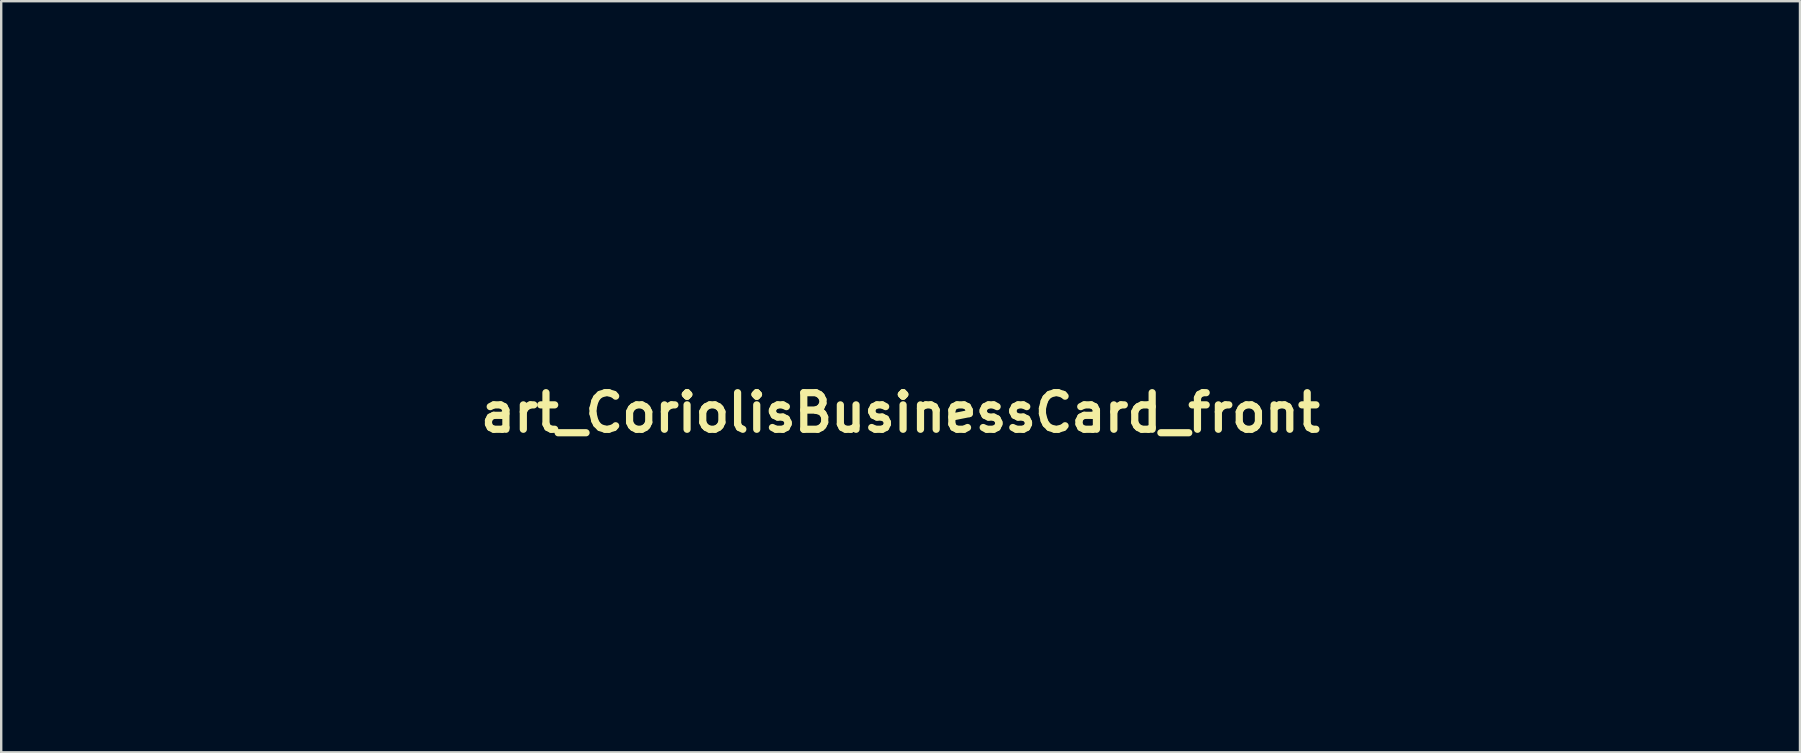
<source format=kicad_pcb>
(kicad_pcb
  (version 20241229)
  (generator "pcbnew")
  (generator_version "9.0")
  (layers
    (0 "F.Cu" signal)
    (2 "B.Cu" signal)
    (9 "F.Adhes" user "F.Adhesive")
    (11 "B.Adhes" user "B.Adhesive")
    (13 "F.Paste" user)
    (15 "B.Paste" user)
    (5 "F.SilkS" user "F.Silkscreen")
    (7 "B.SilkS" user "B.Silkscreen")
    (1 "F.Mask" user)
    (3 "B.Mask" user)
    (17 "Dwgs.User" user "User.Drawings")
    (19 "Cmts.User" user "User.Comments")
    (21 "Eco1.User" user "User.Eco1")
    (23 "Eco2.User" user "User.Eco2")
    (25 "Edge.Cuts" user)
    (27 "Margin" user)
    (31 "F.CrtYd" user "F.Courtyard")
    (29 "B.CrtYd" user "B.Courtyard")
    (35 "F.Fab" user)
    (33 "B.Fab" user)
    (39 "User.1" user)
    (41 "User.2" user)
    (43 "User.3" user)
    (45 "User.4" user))
  (footprint "art_CoriolisBusinessCard_front"
    (layer "F.Cu")
    (at 34.464 14.144)
    (property "Reference" "art_CoriolisBusinessCard_front" (at 0 0 0) (layer "F.SilkS") (effects (font (size 1.524 1.524) (thickness 0.3))))
    (attr through_hole)
    (fp_poly (pts (xy -0.011 1.159) (xy -0.016 1.164) (xy -0.021 1.159) (xy -0.016 1.154) (xy -0.011 1.159)) (stroke (width 0.01) (type solid)) (fill yes) (layer "F.Mask"))
    (fp_poly (pts (xy 10.617 9.372) (xy 10.656 9.395) (xy 10.658 9.397) (xy 10.682 9.43) (xy 10.688 9.466) (xy 10.678 9.51) (xy 10.669 9.53) (xy 10.638 9.578) (xy 10.597 9.617) (xy 10.55 9.645) (xy 10.5 9.661) (xy 10.452 9.662) (xy 10.41 9.648) (xy 10.401 9.642) (xy 10.375 9.609) (xy 10.367 9.569) (xy 10.376 9.523) (xy 10.402 9.475) (xy 10.422 9.449) (xy 10.47 9.406) (xy 10.521 9.378) (xy 10.571 9.366) (xy 10.617 9.372)) (stroke (width 0.01) (type solid)) (fill yes) (layer "F.Mask"))
    (fp_poly (pts (xy 19.295 9.372) (xy 19.334 9.395) (xy 19.337 9.397) (xy 19.36 9.43) (xy 19.366 9.466) (xy 19.356 9.51) (xy 19.347 9.53) (xy 19.317 9.578) (xy 19.276 9.617) (xy 19.228 9.645) (xy 19.178 9.661) (xy 19.131 9.662) (xy 19.089 9.648) (xy 19.079 9.642) (xy 19.054 9.609) (xy 19.046 9.569) (xy 19.054 9.523) (xy 19.08 9.475) (xy 19.1 9.449) (xy 19.149 9.406) (xy 19.2 9.378) (xy 19.249 9.366) (xy 19.295 9.372)) (stroke (width 0.01) (type solid)) (fill yes) (layer "F.Mask"))
    (fp_poly (pts (xy 23.115 10.845) (xy 23.141 10.863) (xy 23.163 10.899) (xy 23.168 10.94) (xy 23.158 10.984) (xy 23.136 11.027) (xy 23.103 11.067) (xy 23.062 11.1) (xy 23.015 11.123) (xy 22.963 11.133) (xy 22.955 11.134) (xy 22.919 11.129) (xy 22.89 11.112) (xy 22.88 11.103) (xy 22.857 11.071) (xy 22.85 11.036) (xy 22.86 10.992) (xy 22.866 10.977) (xy 22.894 10.929) (xy 22.932 10.89) (xy 22.978 10.86) (xy 23.026 10.842) (xy 23.073 10.836) (xy 23.115 10.845)) (stroke (width 0.01) (type solid)) (fill yes) (layer "F.Mask"))
    (fp_poly (pts (xy -9.406 -12.546) (xy -9.334 -12.522) (xy -9.272 -12.481) (xy -9.221 -12.422) (xy -9.2 -12.385) (xy -9.17 -12.324) (xy -9.17 -8.091) (xy -9.195 -8.036) (xy -9.224 -7.988) (xy -9.263 -7.942) (xy -9.307 -7.904) (xy -9.348 -7.88) (xy -9.414 -7.862) (xy -9.486 -7.86) (xy -9.546 -7.869) (xy -9.614 -7.895) (xy -9.667 -7.933) (xy -9.71 -7.986) (xy -9.723 -8.01) (xy -9.758 -8.077) (xy -9.758 -10.201) (xy -9.758 -12.324) (xy -9.733 -12.378) (xy -9.69 -12.447) (xy -9.635 -12.499) (xy -9.569 -12.533) (xy -9.492 -12.549) (xy -9.486 -12.55) (xy -9.406 -12.546)) (stroke (width 0.01) (type solid)) (fill yes) (layer "F.Mask"))
    (fp_poly (pts (xy -14.815 -11.939) (xy -14.737 -11.912) (xy -14.671 -11.867) (xy -14.617 -11.807) (xy -14.578 -11.731) (xy -14.568 -11.7) (xy -14.554 -11.62) (xy -14.559 -11.543) (xy -14.582 -11.472) (xy -14.619 -11.409) (xy -14.669 -11.356) (xy -14.73 -11.314) (xy -14.799 -11.285) (xy -14.875 -11.271) (xy -14.956 -11.274) (xy -15.022 -11.29) (xy -15.076 -11.316) (xy -15.129 -11.357) (xy -15.176 -11.407) (xy -15.21 -11.46) (xy -15.218 -11.479) (xy -15.238 -11.559) (xy -15.239 -11.638) (xy -15.223 -11.714) (xy -15.191 -11.783) (xy -15.146 -11.843) (xy -15.088 -11.892) (xy -15.02 -11.928) (xy -14.943 -11.946) (xy -14.903 -11.949) (xy -14.815 -11.939)) (stroke (width 0.01) (type solid)) (fill yes) (layer "F.Mask"))
    (fp_poly (pts (xy -7.566 -11.939) (xy -7.488 -11.912) (xy -7.421 -11.867) (xy -7.368 -11.807) (xy -7.328 -11.731) (xy -7.318 -11.7) (xy -7.304 -11.62) (xy -7.31 -11.543) (xy -7.332 -11.472) (xy -7.369 -11.409) (xy -7.419 -11.356) (xy -7.48 -11.314) (xy -7.55 -11.285) (xy -7.626 -11.271) (xy -7.706 -11.274) (xy -7.772 -11.29) (xy -7.826 -11.316) (xy -7.879 -11.357) (xy -7.926 -11.407) (xy -7.961 -11.46) (xy -7.969 -11.479) (xy -7.989 -11.559) (xy -7.99 -11.638) (xy -7.973 -11.714) (xy -7.942 -11.783) (xy -7.896 -11.843) (xy -7.838 -11.892) (xy -7.77 -11.928) (xy -7.693 -11.946) (xy -7.653 -11.949) (xy -7.566 -11.939)) (stroke (width 0.01) (type solid)) (fill yes) (layer "F.Mask"))
    (fp_poly (pts (xy 24.424 9.067) (xy 24.455 9.085) (xy 24.478 9.118) (xy 24.486 9.161) (xy 24.481 9.21) (xy 24.463 9.264) (xy 24.435 9.318) (xy 24.398 9.37) (xy 24.354 9.417) (xy 24.304 9.456) (xy 24.252 9.482) (xy 24.198 9.499) (xy 24.16 9.503) (xy 24.138 9.495) (xy 24.134 9.488) (xy 24.133 9.468) (xy 24.148 9.453) (xy 24.181 9.441) (xy 24.213 9.426) (xy 24.246 9.403) (xy 24.257 9.393) (xy 24.293 9.356) (xy 24.259 9.356) (xy 24.219 9.347) (xy 24.191 9.325) (xy 24.176 9.291) (xy 24.173 9.25) (xy 24.184 9.205) (xy 24.208 9.16) (xy 24.229 9.135) (xy 24.277 9.094) (xy 24.328 9.069) (xy 24.378 9.059) (xy 24.424 9.067)) (stroke (width 0.01) (type solid)) (fill yes) (layer "F.Mask"))
    (fp_poly (pts (xy -23.922 9.064) (xy -23.902 9.075) (xy -23.9 9.09) (xy -23.915 9.106) (xy -23.946 9.121) (xy -23.947 9.121) (xy -23.985 9.138) (xy -24.021 9.163) (xy -24.027 9.168) (xy -24.061 9.201) (xy -24.019 9.21) (xy -23.976 9.227) (xy -23.949 9.256) (xy -23.938 9.294) (xy -23.944 9.339) (xy -23.966 9.387) (xy -23.994 9.425) (xy -24.042 9.467) (xy -24.098 9.494) (xy -24.155 9.504) (xy -24.19 9.499) (xy -24.219 9.48) (xy -24.226 9.473) (xy -24.249 9.443) (xy -24.257 9.411) (xy -24.257 9.401) (xy -24.248 9.345) (xy -24.224 9.283) (xy -24.188 9.222) (xy -24.144 9.166) (xy -24.096 9.122) (xy -24.054 9.097) (xy -24.008 9.078) (xy -23.964 9.065) (xy -23.929 9.063) (xy -23.922 9.064)) (stroke (width 0.01) (type solid)) (fill yes) (layer "F.Mask"))
    (fp_poly (pts (xy -24.322 9.06) (xy -24.304 9.072) (xy -24.303 9.075) (xy -24.304 9.098) (xy -24.323 9.116) (xy -24.351 9.126) (xy -24.376 9.136) (xy -24.404 9.153) (xy -24.429 9.173) (xy -24.445 9.191) (xy -24.448 9.198) (xy -24.439 9.205) (xy -24.423 9.207) (xy -24.385 9.217) (xy -24.356 9.242) (xy -24.34 9.278) (xy -24.338 9.323) (xy -24.342 9.341) (xy -24.364 9.391) (xy -24.398 9.434) (xy -24.439 9.468) (xy -24.486 9.492) (xy -24.533 9.504) (xy -24.577 9.502) (xy -24.615 9.485) (xy -24.623 9.478) (xy -24.644 9.442) (xy -24.65 9.396) (xy -24.642 9.343) (xy -24.621 9.286) (xy -24.589 9.229) (xy -24.545 9.174) (xy -24.522 9.152) (xy -24.479 9.117) (xy -24.434 9.089) (xy -24.391 9.07) (xy -24.352 9.06) (xy -24.322 9.06)) (stroke (width 0.01) (type solid)) (fill yes) (layer "F.Mask"))
    (fp_poly (pts (xy -4.646 10.427) (xy -4.629 10.459) (xy -4.631 10.496) (xy -4.649 10.535) (xy -4.664 10.554) (xy -4.677 10.568) (xy -4.689 10.579) (xy -4.701 10.588) (xy -4.717 10.596) (xy -4.737 10.602) (xy -4.763 10.607) (xy -4.798 10.61) (xy -4.843 10.612) (xy -4.9 10.614) (xy -4.971 10.615) (xy -5.058 10.615) (xy -5.162 10.615) (xy -5.274 10.615) (xy -5.392 10.615) (xy -5.492 10.615) (xy -5.573 10.615) (xy -5.639 10.614) (xy -5.691 10.613) (xy -5.731 10.612) (xy -5.761 10.611) (xy -5.782 10.608) (xy -5.796 10.606) (xy -5.805 10.602) (xy -5.811 10.598) (xy -5.816 10.594) (xy -5.833 10.56) (xy -5.832 10.522) (xy -5.814 10.482) (xy -5.779 10.444) (xy -5.757 10.427) (xy -5.722 10.403) (xy -4.668 10.403) (xy -4.646 10.427)) (stroke (width 0.01) (type solid)) (fill yes) (layer "F.Mask"))
    (fp_poly (pts (xy -0.645 10.427) (xy -0.629 10.459) (xy -0.63 10.496) (xy -0.648 10.535) (xy -0.664 10.554) (xy -0.676 10.568) (xy -0.688 10.579) (xy -0.701 10.588) (xy -0.716 10.596) (xy -0.736 10.602) (xy -0.763 10.607) (xy -0.798 10.61) (xy -0.843 10.612) (xy -0.9 10.614) (xy -0.971 10.615) (xy -1.058 10.615) (xy -1.162 10.615) (xy -1.273 10.615) (xy -1.392 10.615) (xy -1.491 10.615) (xy -1.573 10.615) (xy -1.639 10.614) (xy -1.691 10.613) (xy -1.731 10.612) (xy -1.76 10.611) (xy -1.781 10.608) (xy -1.795 10.606) (xy -1.805 10.602) (xy -1.811 10.598) (xy -1.815 10.594) (xy -1.833 10.56) (xy -1.832 10.522) (xy -1.813 10.482) (xy -1.779 10.444) (xy -1.757 10.427) (xy -1.722 10.403) (xy -0.668 10.403) (xy -0.645 10.427)) (stroke (width 0.01) (type solid)) (fill yes) (layer "F.Mask"))
    (fp_poly (pts (xy 24.828 9.064) (xy 24.846 9.076) (xy 24.855 9.085) (xy 24.872 9.104) (xy 24.879 9.123) (xy 24.881 9.149) (xy 24.879 9.175) (xy 24.864 9.248) (xy 24.831 9.32) (xy 24.782 9.385) (xy 24.72 9.44) (xy 24.656 9.478) (xy 24.604 9.498) (xy 24.563 9.503) (xy 24.537 9.493) (xy 24.535 9.492) (xy 24.527 9.474) (xy 24.539 9.456) (xy 24.568 9.442) (xy 24.575 9.44) (xy 24.605 9.428) (xy 24.636 9.41) (xy 24.663 9.39) (xy 24.678 9.372) (xy 24.68 9.365) (xy 24.671 9.358) (xy 24.653 9.356) (xy 24.625 9.347) (xy 24.595 9.325) (xy 24.594 9.323) (xy 24.573 9.3) (xy 24.565 9.278) (xy 24.567 9.249) (xy 24.585 9.19) (xy 24.62 9.139) (xy 24.668 9.098) (xy 24.725 9.07) (xy 24.77 9.062) (xy 24.805 9.06) (xy 24.828 9.064)) (stroke (width 0.01) (type solid)) (fill yes) (layer "F.Mask"))
    (fp_poly (pts (xy 4.606 9.119) (xy 4.62 9.13) (xy 4.633 9.155) (xy 4.639 9.17) (xy 4.65 9.206) (xy 4.664 9.253) (xy 4.677 9.304) (xy 4.681 9.319) (xy 4.693 9.393) (xy 4.701 9.481) (xy 4.704 9.576) (xy 4.701 9.672) (xy 4.694 9.762) (xy 4.684 9.827) (xy 4.638 10.011) (xy 4.57 10.194) (xy 4.482 10.375) (xy 4.375 10.553) (xy 4.248 10.727) (xy 4.102 10.897) (xy 4.084 10.916) (xy 4.011 10.991) (xy 3.95 11.049) (xy 3.899 11.092) (xy 3.857 11.119) (xy 3.823 11.132) (xy 3.797 11.131) (xy 3.78 11.121) (xy 3.769 11.103) (xy 3.77 11.082) (xy 3.783 11.053) (xy 3.809 11.015) (xy 3.848 10.968) (xy 3.974 10.812) (xy 4.09 10.641) (xy 4.196 10.461) (xy 4.287 10.274) (xy 4.363 10.087) (xy 4.408 9.95) (xy 4.45 9.785) (xy 4.479 9.631) (xy 4.494 9.49) (xy 4.495 9.363) (xy 4.488 9.29) (xy 4.483 9.243) (xy 4.481 9.211) (xy 4.484 9.188) (xy 4.49 9.17) (xy 4.492 9.166) (xy 4.519 9.131) (xy 4.556 9.115) (xy 4.585 9.114) (xy 4.606 9.119)) (stroke (width 0.01) (type solid)) (fill yes) (layer "F.Mask"))
    (fp_poly (pts (xy 10.402 9.958) (xy 10.43 9.983) (xy 10.444 10.018) (xy 10.445 10.031) (xy 10.441 10.052) (xy 10.431 10.089) (xy 10.413 10.141) (xy 10.391 10.206) (xy 10.365 10.28) (xy 10.335 10.362) (xy 10.302 10.449) (xy 10.268 10.539) (xy 10.234 10.629) (xy 10.199 10.717) (xy 10.166 10.8) (xy 10.135 10.877) (xy 10.108 10.944) (xy 10.084 11) (xy 10.064 11.042) (xy 10.051 11.067) (xy 10.047 11.072) (xy 10.006 11.106) (xy 9.959 11.127) (xy 9.912 11.134) (xy 9.87 11.126) (xy 9.856 11.118) (xy 9.845 11.109) (xy 9.837 11.1) (xy 9.831 11.088) (xy 9.829 11.072) (xy 9.831 11.051) (xy 9.837 11.021) (xy 9.848 10.982) (xy 9.865 10.933) (xy 9.887 10.871) (xy 9.915 10.794) (xy 9.949 10.701) (xy 9.991 10.591) (xy 10.002 10.561) (xy 10.038 10.465) (xy 10.073 10.374) (xy 10.105 10.29) (xy 10.134 10.216) (xy 10.158 10.153) (xy 10.177 10.104) (xy 10.19 10.07) (xy 10.197 10.054) (xy 10.197 10.054) (xy 10.228 10.014) (xy 10.271 9.98) (xy 10.319 9.957) (xy 10.365 9.948) (xy 10.402 9.958)) (stroke (width 0.01) (type solid)) (fill yes) (layer "F.Mask"))
    (fp_poly (pts (xy 19.08 9.958) (xy 19.108 9.983) (xy 19.123 10.018) (xy 19.124 10.031) (xy 19.12 10.052) (xy 19.109 10.089) (xy 19.092 10.141) (xy 19.07 10.206) (xy 19.043 10.28) (xy 19.013 10.362) (xy 18.981 10.449) (xy 18.947 10.539) (xy 18.912 10.629) (xy 18.878 10.717) (xy 18.845 10.8) (xy 18.814 10.877) (xy 18.786 10.944) (xy 18.762 11) (xy 18.743 11.042) (xy 18.73 11.067) (xy 18.726 11.072) (xy 18.684 11.106) (xy 18.637 11.127) (xy 18.59 11.134) (xy 18.549 11.126) (xy 18.535 11.118) (xy 18.524 11.109) (xy 18.515 11.1) (xy 18.51 11.088) (xy 18.508 11.072) (xy 18.51 11.051) (xy 18.516 11.021) (xy 18.527 10.982) (xy 18.543 10.933) (xy 18.565 10.871) (xy 18.593 10.794) (xy 18.627 10.701) (xy 18.669 10.591) (xy 18.68 10.561) (xy 18.717 10.465) (xy 18.751 10.374) (xy 18.783 10.29) (xy 18.812 10.216) (xy 18.836 10.153) (xy 18.855 10.104) (xy 18.869 10.07) (xy 18.875 10.054) (xy 18.875 10.054) (xy 18.906 10.014) (xy 18.949 9.98) (xy 18.998 9.957) (xy 19.043 9.948) (xy 19.08 9.958)) (stroke (width 0.01) (type solid)) (fill yes) (layer "F.Mask"))
    (fp_poly (pts (xy -11.448 9.121) (xy -11.441 9.128) (xy -11.432 9.147) (xy -11.437 9.172) (xy -11.455 9.204) (xy -11.488 9.247) (xy -11.505 9.266) (xy -11.602 9.382) (xy -11.69 9.503) (xy -11.774 9.634) (xy -11.855 9.778) (xy -11.906 9.88) (xy -11.96 9.992) (xy -12.004 10.093) (xy -12.04 10.189) (xy -12.072 10.287) (xy -12.1 10.391) (xy -12.106 10.416) (xy -12.128 10.51) (xy -12.143 10.59) (xy -12.153 10.663) (xy -12.158 10.737) (xy -12.159 10.817) (xy -12.157 10.902) (xy -12.15 11.079) (xy -12.182 11.106) (xy -12.215 11.126) (xy -12.246 11.134) (xy -12.267 11.131) (xy -12.282 11.119) (xy -12.296 11.093) (xy -12.299 11.087) (xy -12.323 11.024) (xy -12.342 10.961) (xy -12.354 10.894) (xy -12.362 10.817) (xy -12.366 10.726) (xy -12.366 10.673) (xy -12.365 10.58) (xy -12.361 10.502) (xy -12.354 10.432) (xy -12.341 10.365) (xy -12.323 10.294) (xy -12.297 10.213) (xy -12.29 10.192) (xy -12.226 10.024) (xy -12.143 9.859) (xy -12.042 9.693) (xy -11.949 9.562) (xy -11.915 9.519) (xy -11.871 9.467) (xy -11.82 9.41) (xy -11.766 9.351) (xy -11.711 9.293) (xy -11.659 9.24) (xy -11.612 9.194) (xy -11.573 9.159) (xy -11.553 9.142) (xy -11.513 9.12) (xy -11.477 9.113) (xy -11.448 9.121)) (stroke (width 0.01) (type solid)) (fill yes) (layer "F.Mask"))
    (fp_poly (pts (xy -14.824 -10.593) (xy -14.807 -10.588) (xy -14.747 -10.56) (xy -14.693 -10.516) (xy -14.648 -10.461) (xy -14.635 -10.437) (xy -14.61 -10.388) (xy -14.61 -8.08) (xy -14.633 -8.031) (xy -14.666 -7.977) (xy -14.712 -7.929) (xy -14.763 -7.893) (xy -14.792 -7.88) (xy -14.839 -7.87) (xy -14.894 -7.865) (xy -14.947 -7.866) (xy -14.986 -7.873) (xy -15.049 -7.902) (xy -15.108 -7.948) (xy -15.156 -8.005) (xy -15.173 -8.033) (xy -15.176 -8.039) (xy -15.179 -8.048) (xy -15.181 -8.059) (xy -15.183 -8.074) (xy -15.185 -8.094) (xy -15.187 -8.12) (xy -15.188 -8.155) (xy -15.189 -8.198) (xy -15.19 -8.251) (xy -15.191 -8.316) (xy -15.192 -8.393) (xy -15.193 -8.484) (xy -15.193 -8.59) (xy -15.194 -8.712) (xy -15.194 -8.852) (xy -15.195 -9.01) (xy -15.195 -9.188) (xy -15.195 -9.207) (xy -15.196 -9.393) (xy -15.196 -9.559) (xy -15.197 -9.707) (xy -15.197 -9.837) (xy -15.196 -9.951) (xy -15.196 -10.049) (xy -15.195 -10.134) (xy -15.194 -10.206) (xy -15.192 -10.266) (xy -15.189 -10.316) (xy -15.185 -10.357) (xy -15.181 -10.391) (xy -15.176 -10.417) (xy -15.169 -10.438) (xy -15.162 -10.455) (xy -15.154 -10.469) (xy -15.144 -10.481) (xy -15.133 -10.492) (xy -15.12 -10.504) (xy -15.109 -10.515) (xy -15.046 -10.565) (xy -14.978 -10.594) (xy -14.904 -10.604) (xy -14.824 -10.593)) (stroke (width 0.01) (type solid)) (fill yes) (layer "F.Mask"))
    (fp_poly (pts (xy -7.575 -10.593) (xy -7.557 -10.588) (xy -7.498 -10.56) (xy -7.443 -10.516) (xy -7.399 -10.461) (xy -7.385 -10.437) (xy -7.361 -10.388) (xy -7.361 -8.08) (xy -7.383 -8.031) (xy -7.417 -7.977) (xy -7.462 -7.929) (xy -7.513 -7.893) (xy -7.543 -7.88) (xy -7.59 -7.87) (xy -7.644 -7.865) (xy -7.698 -7.866) (xy -7.736 -7.873) (xy -7.799 -7.902) (xy -7.858 -7.948) (xy -7.906 -8.005) (xy -7.923 -8.033) (xy -7.926 -8.039) (xy -7.929 -8.048) (xy -7.931 -8.059) (xy -7.934 -8.074) (xy -7.936 -8.094) (xy -7.937 -8.12) (xy -7.939 -8.155) (xy -7.94 -8.198) (xy -7.941 -8.251) (xy -7.942 -8.316) (xy -7.942 -8.393) (xy -7.943 -8.484) (xy -7.944 -8.59) (xy -7.944 -8.712) (xy -7.945 -8.852) (xy -7.945 -9.01) (xy -7.946 -9.188) (xy -7.946 -9.207) (xy -7.946 -9.393) (xy -7.947 -9.559) (xy -7.947 -9.707) (xy -7.947 -9.837) (xy -7.947 -9.951) (xy -7.946 -10.049) (xy -7.945 -10.134) (xy -7.944 -10.206) (xy -7.942 -10.266) (xy -7.939 -10.316) (xy -7.936 -10.357) (xy -7.931 -10.391) (xy -7.926 -10.417) (xy -7.92 -10.438) (xy -7.913 -10.455) (xy -7.904 -10.469) (xy -7.894 -10.481) (xy -7.883 -10.492) (xy -7.871 -10.504) (xy -7.859 -10.515) (xy -7.796 -10.565) (xy -7.728 -10.594) (xy -7.655 -10.604) (xy -7.575 -10.593)) (stroke (width 0.01) (type solid)) (fill yes) (layer "F.Mask"))
    (fp_poly (pts (xy 4.141 -4.228) (xy 4.17 -4.216) (xy 4.23 -4.174) (xy 4.276 -4.119) (xy 4.303 -4.055) (xy 4.306 -4.043) (xy 4.308 -4.025) (xy 4.309 -3.988) (xy 4.311 -3.932) (xy 4.312 -3.859) (xy 4.313 -3.77) (xy 4.314 -3.667) (xy 4.315 -3.55) (xy 4.316 -3.422) (xy 4.316 -3.284) (xy 4.317 -3.137) (xy 4.318 -2.982) (xy 4.318 -2.82) (xy 4.318 -2.654) (xy 4.319 -2.484) (xy 4.319 -2.311) (xy 4.319 -2.138) (xy 4.319 -1.965) (xy 4.318 -1.794) (xy 4.318 -1.626) (xy 4.318 -1.462) (xy 4.317 -1.305) (xy 4.317 -1.154) (xy 4.316 -1.012) (xy 4.315 -0.88) (xy 4.314 -0.759) (xy 4.313 -0.65) (xy 4.312 -0.556) (xy 4.311 -0.476) (xy 4.31 -0.414) (xy 4.309 -0.369) (xy 4.307 -0.343) (xy 4.306 -0.339) (xy 4.282 -0.273) (xy 4.243 -0.219) (xy 4.191 -0.177) (xy 4.131 -0.15) (xy 4.065 -0.139) (xy 3.997 -0.145) (xy 3.938 -0.165) (xy 3.882 -0.204) (xy 3.837 -0.256) (xy 3.81 -0.316) (xy 3.809 -0.317) (xy 3.808 -0.332) (xy 3.806 -0.366) (xy 3.805 -0.42) (xy 3.804 -0.494) (xy 3.803 -0.587) (xy 3.802 -0.7) (xy 3.802 -0.833) (xy 3.801 -0.986) (xy 3.801 -1.16) (xy 3.801 -1.354) (xy 3.801 -1.569) (xy 3.801 -1.804) (xy 3.801 -2.06) (xy 3.802 -2.213) (xy 3.805 -4.071) (xy 3.837 -4.123) (xy 3.882 -4.178) (xy 3.939 -4.217) (xy 4.004 -4.239) (xy 4.072 -4.243) (xy 4.141 -4.228)) (stroke (width 0.01) (type solid)) (fill yes) (layer "F.Mask"))
    (fp_poly (pts (xy -15.076 9.119) (xy -15.056 9.136) (xy -15.04 9.165) (xy -15.033 9.195) (xy -15.034 9.211) (xy -15.039 9.224) (xy -15.05 9.255) (xy -15.068 9.304) (xy -15.092 9.368) (xy -15.121 9.446) (xy -15.155 9.536) (xy -15.194 9.638) (xy -15.235 9.749) (xy -15.281 9.869) (xy -15.328 9.996) (xy -15.378 10.128) (xy -15.38 10.134) (xy -15.44 10.291) (xy -15.492 10.431) (xy -15.538 10.552) (xy -15.579 10.658) (xy -15.614 10.749) (xy -15.644 10.826) (xy -15.67 10.891) (xy -15.692 10.944) (xy -15.711 10.987) (xy -15.728 11.022) (xy -15.742 11.049) (xy -15.755 11.069) (xy -15.767 11.085) (xy -15.778 11.096) (xy -15.79 11.105) (xy -15.802 11.112) (xy -15.814 11.119) (xy -15.843 11.128) (xy -15.879 11.133) (xy -15.89 11.134) (xy -15.923 11.131) (xy -15.945 11.121) (xy -15.96 11.105) (xy -15.977 11.072) (xy -15.977 11.047) (xy -15.972 11.034) (xy -15.961 11.003) (xy -15.944 10.955) (xy -15.921 10.893) (xy -15.893 10.818) (xy -15.861 10.732) (xy -15.825 10.636) (xy -15.787 10.533) (xy -15.746 10.424) (xy -15.703 10.31) (xy -15.66 10.195) (xy -15.616 10.078) (xy -15.573 9.962) (xy -15.53 9.85) (xy -15.489 9.741) (xy -15.45 9.639) (xy -15.415 9.545) (xy -15.382 9.46) (xy -15.354 9.387) (xy -15.331 9.327) (xy -15.324 9.307) (xy -15.293 9.237) (xy -15.261 9.185) (xy -15.227 9.148) (xy -15.189 9.125) (xy -15.184 9.123) (xy -15.142 9.114) (xy -15.1 9.114) (xy -15.076 9.119)) (stroke (width 0.01) (type solid)) (fill yes) (layer "F.Mask"))
    (fp_poly (pts (xy 0.407 9.119) (xy 0.427 9.136) (xy 0.443 9.165) (xy 0.451 9.195) (xy 0.449 9.211) (xy 0.444 9.224) (xy 0.433 9.255) (xy 0.415 9.304) (xy 0.391 9.368) (xy 0.362 9.446) (xy 0.328 9.536) (xy 0.29 9.638) (xy 0.248 9.749) (xy 0.203 9.869) (xy 0.155 9.996) (xy 0.105 10.128) (xy 0.103 10.134) (xy 0.044 10.291) (xy -0.009 10.431) (xy -0.055 10.552) (xy -0.095 10.658) (xy -0.13 10.749) (xy -0.16 10.826) (xy -0.186 10.891) (xy -0.209 10.944) (xy -0.228 10.987) (xy -0.244 11.022) (xy -0.259 11.049) (xy -0.272 11.069) (xy -0.284 11.085) (xy -0.295 11.096) (xy -0.306 11.105) (xy -0.319 11.112) (xy -0.33 11.119) (xy -0.359 11.128) (xy -0.396 11.133) (xy -0.406 11.134) (xy -0.44 11.131) (xy -0.461 11.121) (xy -0.476 11.105) (xy -0.493 11.072) (xy -0.493 11.047) (xy -0.489 11.034) (xy -0.478 11.003) (xy -0.46 10.955) (xy -0.437 10.893) (xy -0.41 10.818) (xy -0.378 10.732) (xy -0.342 10.636) (xy -0.303 10.533) (xy -0.262 10.424) (xy -0.22 10.31) (xy -0.176 10.195) (xy -0.133 10.078) (xy -0.089 9.962) (xy -0.047 9.85) (xy -0.006 9.741) (xy 0.033 9.639) (xy 0.069 9.545) (xy 0.101 9.46) (xy 0.129 9.387) (xy 0.152 9.327) (xy 0.16 9.307) (xy 0.191 9.237) (xy 0.222 9.185) (xy 0.256 9.148) (xy 0.295 9.125) (xy 0.3 9.123) (xy 0.341 9.114) (xy 0.384 9.114) (xy 0.407 9.119)) (stroke (width 0.01) (type solid)) (fill yes) (layer "F.Mask"))
    (fp_poly (pts (xy 13.932 9.119) (xy 13.953 9.136) (xy 13.969 9.165) (xy 13.976 9.195) (xy 13.975 9.211) (xy 13.97 9.224) (xy 13.958 9.255) (xy 13.94 9.304) (xy 13.916 9.368) (xy 13.887 9.446) (xy 13.853 9.536) (xy 13.815 9.638) (xy 13.773 9.749) (xy 13.728 9.869) (xy 13.681 9.996) (xy 13.631 10.128) (xy 13.629 10.134) (xy 13.569 10.291) (xy 13.517 10.431) (xy 13.471 10.552) (xy 13.43 10.658) (xy 13.395 10.749) (xy 13.365 10.826) (xy 13.339 10.891) (xy 13.317 10.944) (xy 13.298 10.987) (xy 13.281 11.022) (xy 13.267 11.049) (xy 13.254 11.069) (xy 13.242 11.085) (xy 13.231 11.096) (xy 13.219 11.105) (xy 13.207 11.112) (xy 13.195 11.119) (xy 13.166 11.128) (xy 13.13 11.133) (xy 13.119 11.134) (xy 13.086 11.131) (xy 13.064 11.121) (xy 13.049 11.105) (xy 13.032 11.072) (xy 13.032 11.047) (xy 13.037 11.034) (xy 13.048 11.003) (xy 13.065 10.955) (xy 13.088 10.893) (xy 13.116 10.818) (xy 13.148 10.732) (xy 13.184 10.636) (xy 13.222 10.533) (xy 13.263 10.424) (xy 13.306 10.31) (xy 13.349 10.195) (xy 13.393 10.078) (xy 13.436 9.962) (xy 13.479 9.85) (xy 13.52 9.741) (xy 13.559 9.639) (xy 13.594 9.545) (xy 13.626 9.46) (xy 13.654 9.387) (xy 13.678 9.327) (xy 13.685 9.307) (xy 13.716 9.237) (xy 13.748 9.185) (xy 13.782 9.148) (xy 13.82 9.125) (xy 13.825 9.123) (xy 13.867 9.114) (xy 13.909 9.114) (xy 13.932 9.119)) (stroke (width 0.01) (type solid)) (fill yes) (layer "F.Mask"))
    (fp_poly (pts (xy -14.649 9.978) (xy -14.64 9.999) (xy -14.643 10.016) (xy -14.653 10.026) (xy -14.678 10.046) (xy -14.716 10.076) (xy -14.765 10.113) (xy -14.824 10.157) (xy -14.89 10.205) (xy -14.952 10.251) (xy -15.023 10.302) (xy -15.088 10.349) (xy -15.146 10.391) (xy -15.195 10.426) (xy -15.232 10.454) (xy -15.256 10.471) (xy -15.264 10.477) (xy -15.261 10.488) (xy -15.248 10.514) (xy -15.227 10.553) (xy -15.198 10.602) (xy -15.164 10.66) (xy -15.134 10.709) (xy -15.096 10.771) (xy -15.062 10.829) (xy -15.033 10.878) (xy -15.011 10.917) (xy -14.998 10.942) (xy -14.995 10.951) (xy -14.995 10.99) (xy -15.007 11.023) (xy -15.033 11.057) (xy -15.036 11.061) (xy -15.079 11.099) (xy -15.126 11.124) (xy -15.172 11.134) (xy -15.213 11.129) (xy -15.238 11.115) (xy -15.249 11.101) (xy -15.27 11.072) (xy -15.298 11.03) (xy -15.331 10.978) (xy -15.367 10.919) (xy -15.388 10.885) (xy -15.429 10.817) (xy -15.46 10.765) (xy -15.483 10.726) (xy -15.498 10.696) (xy -15.508 10.674) (xy -15.512 10.657) (xy -15.513 10.642) (xy -15.512 10.626) (xy -15.506 10.594) (xy -15.491 10.569) (xy -15.465 10.54) (xy -15.461 10.536) (xy -15.438 10.517) (xy -15.403 10.489) (xy -15.356 10.453) (xy -15.299 10.411) (xy -15.236 10.364) (xy -15.167 10.314) (xy -15.095 10.262) (xy -15.023 10.21) (xy -14.952 10.159) (xy -14.885 10.112) (xy -14.823 10.068) (xy -14.768 10.031) (xy -14.724 10.001) (xy -14.692 9.981) (xy -14.673 9.97) (xy -14.671 9.97) (xy -14.649 9.978)) (stroke (width 0.01) (type solid)) (fill yes) (layer "F.Mask"))
    (fp_poly (pts (xy 10.218 -3.94) (xy 10.282 -3.916) (xy 10.338 -3.877) (xy 10.381 -3.825) (xy 10.409 -3.762) (xy 10.413 -3.746) (xy 10.416 -3.722) (xy 10.418 -3.676) (xy 10.42 -3.609) (xy 10.422 -3.522) (xy 10.423 -3.416) (xy 10.424 -3.289) (xy 10.425 -3.142) (xy 10.425 -3.079) (xy 10.425 -2.466) (xy 10.984 -2.466) (xy 11.006 -2.438) (xy 11.025 -2.399) (xy 11.024 -2.36) (xy 11.004 -2.325) (xy 11.002 -2.323) (xy 10.976 -2.297) (xy 10.425 -2.297) (xy 10.425 -1.732) (xy 10.425 -1.6) (xy 10.425 -1.488) (xy 10.426 -1.393) (xy 10.427 -1.314) (xy 10.428 -1.249) (xy 10.43 -1.195) (xy 10.432 -1.153) (xy 10.435 -1.118) (xy 10.438 -1.09) (xy 10.44 -1.076) (xy 10.473 -0.934) (xy 10.52 -0.8) (xy 10.579 -0.677) (xy 10.649 -0.567) (xy 10.729 -0.474) (xy 10.746 -0.458) (xy 10.827 -0.394) (xy 10.915 -0.347) (xy 11.006 -0.317) (xy 11.097 -0.307) (xy 11.097 -0.307) (xy 11.139 -0.299) (xy 11.167 -0.274) (xy 11.18 -0.236) (xy 11.181 -0.222) (xy 11.177 -0.186) (xy 11.163 -0.162) (xy 11.137 -0.147) (xy 11.095 -0.14) (xy 11.045 -0.138) (xy 10.992 -0.141) (xy 10.93 -0.148) (xy 10.872 -0.157) (xy 10.864 -0.159) (xy 10.711 -0.202) (xy 10.567 -0.263) (xy 10.434 -0.341) (xy 10.312 -0.436) (xy 10.203 -0.545) (xy 10.108 -0.667) (xy 10.029 -0.802) (xy 9.967 -0.949) (xy 9.94 -1.034) (xy 9.911 -1.138) (xy 9.908 -2.442) (xy 9.906 -3.747) (xy 9.928 -3.8) (xy 9.958 -3.85) (xy 9.999 -3.894) (xy 10.046 -3.926) (xy 10.075 -3.937) (xy 10.148 -3.948) (xy 10.218 -3.94)) (stroke (width 0.01) (type solid)) (fill yes) (layer "F.Mask"))
    (fp_poly (pts (xy 26.569 -3.94) (xy 26.633 -3.916) (xy 26.689 -3.877) (xy 26.732 -3.825) (xy 26.76 -3.762) (xy 26.764 -3.746) (xy 26.767 -3.722) (xy 26.77 -3.676) (xy 26.772 -3.609) (xy 26.773 -3.522) (xy 26.775 -3.416) (xy 26.775 -3.289) (xy 26.776 -3.142) (xy 26.776 -3.079) (xy 26.776 -2.466) (xy 27.335 -2.466) (xy 27.357 -2.438) (xy 27.376 -2.399) (xy 27.376 -2.36) (xy 27.355 -2.325) (xy 27.353 -2.323) (xy 27.327 -2.297) (xy 26.776 -2.297) (xy 26.776 -1.732) (xy 26.776 -1.6) (xy 26.776 -1.488) (xy 26.777 -1.393) (xy 26.778 -1.314) (xy 26.779 -1.249) (xy 26.781 -1.195) (xy 26.783 -1.153) (xy 26.786 -1.118) (xy 26.789 -1.09) (xy 26.792 -1.076) (xy 26.824 -0.934) (xy 26.871 -0.8) (xy 26.93 -0.677) (xy 27 -0.567) (xy 27.081 -0.474) (xy 27.097 -0.458) (xy 27.178 -0.394) (xy 27.266 -0.347) (xy 27.357 -0.317) (xy 27.448 -0.307) (xy 27.448 -0.307) (xy 27.49 -0.299) (xy 27.518 -0.274) (xy 27.531 -0.236) (xy 27.532 -0.222) (xy 27.528 -0.186) (xy 27.514 -0.162) (xy 27.488 -0.147) (xy 27.446 -0.14) (xy 27.396 -0.138) (xy 27.343 -0.141) (xy 27.282 -0.148) (xy 27.224 -0.157) (xy 27.215 -0.159) (xy 27.062 -0.202) (xy 26.918 -0.263) (xy 26.785 -0.341) (xy 26.663 -0.436) (xy 26.554 -0.545) (xy 26.459 -0.667) (xy 26.38 -0.802) (xy 26.318 -0.949) (xy 26.291 -1.034) (xy 26.263 -1.138) (xy 26.26 -2.442) (xy 26.257 -3.747) (xy 26.28 -3.8) (xy 26.309 -3.85) (xy 26.351 -3.894) (xy 26.398 -3.926) (xy 26.426 -3.937) (xy 26.499 -3.948) (xy 26.569 -3.94)) (stroke (width 0.01) (type solid)) (fill yes) (layer "F.Mask"))
    (fp_poly (pts (xy -7.752 9.957) (xy -7.725 9.979) (xy -7.706 10.008) (xy -7.702 10.023) (xy -7.7 10.051) (xy -7.636 10.021) (xy -7.541 9.984) (xy -7.443 9.96) (xy -7.348 9.95) (xy -7.262 9.954) (xy -7.258 9.955) (xy -7.226 9.965) (xy -7.214 9.981) (xy -7.221 10.005) (xy -7.228 10.013) (xy -7.239 10.025) (xy -7.255 10.032) (xy -7.279 10.036) (xy -7.318 10.038) (xy -7.336 10.038) (xy -7.384 10.039) (xy -7.42 10.044) (xy -7.452 10.053) (xy -7.49 10.07) (xy -7.495 10.073) (xy -7.561 10.113) (xy -7.631 10.17) (xy -7.697 10.236) (xy -7.756 10.309) (xy -7.772 10.333) (xy -7.796 10.369) (xy -7.815 10.4) (xy -7.832 10.43) (xy -7.849 10.461) (xy -7.865 10.498) (xy -7.884 10.542) (xy -7.905 10.596) (xy -7.931 10.664) (xy -7.963 10.748) (xy -7.969 10.763) (xy -7.996 10.835) (xy -8.023 10.902) (xy -8.047 10.96) (xy -8.067 11.008) (xy -8.083 11.041) (xy -8.092 11.056) (xy -8.127 11.09) (xy -8.17 11.115) (xy -8.217 11.129) (xy -8.26 11.13) (xy -8.294 11.118) (xy -8.305 11.109) (xy -8.314 11.1) (xy -8.319 11.089) (xy -8.321 11.073) (xy -8.32 11.052) (xy -8.314 11.023) (xy -8.304 10.986) (xy -8.288 10.937) (xy -8.267 10.877) (xy -8.24 10.802) (xy -8.206 10.712) (xy -8.166 10.604) (xy -8.142 10.54) (xy -8.098 10.425) (xy -8.061 10.327) (xy -8.03 10.246) (xy -8.004 10.18) (xy -7.982 10.128) (xy -7.965 10.087) (xy -7.951 10.056) (xy -7.939 10.033) (xy -7.929 10.018) (xy -7.92 10.007) (xy -7.919 10.006) (xy -7.877 9.976) (xy -7.826 9.955) (xy -7.781 9.948) (xy -7.752 9.957)) (stroke (width 0.01) (type solid)) (fill yes) (layer "F.Mask"))
    (fp_poly (pts (xy -2.461 9.957) (xy -2.434 9.979) (xy -2.415 10.008) (xy -2.411 10.023) (xy -2.409 10.051) (xy -2.345 10.021) (xy -2.249 9.984) (xy -2.152 9.96) (xy -2.057 9.95) (xy -1.97 9.954) (xy -1.966 9.955) (xy -1.934 9.965) (xy -1.922 9.981) (xy -1.93 10.005) (xy -1.936 10.013) (xy -1.948 10.025) (xy -1.963 10.032) (xy -1.988 10.036) (xy -2.026 10.038) (xy -2.044 10.038) (xy -2.092 10.039) (xy -2.128 10.044) (xy -2.16 10.053) (xy -2.198 10.07) (xy -2.203 10.073) (xy -2.27 10.113) (xy -2.339 10.17) (xy -2.405 10.236) (xy -2.464 10.309) (xy -2.481 10.333) (xy -2.504 10.369) (xy -2.523 10.4) (xy -2.541 10.43) (xy -2.557 10.461) (xy -2.574 10.498) (xy -2.592 10.542) (xy -2.614 10.596) (xy -2.64 10.664) (xy -2.671 10.748) (xy -2.677 10.763) (xy -2.705 10.835) (xy -2.731 10.902) (xy -2.755 10.96) (xy -2.776 11.008) (xy -2.791 11.041) (xy -2.8 11.056) (xy -2.835 11.09) (xy -2.879 11.115) (xy -2.925 11.129) (xy -2.968 11.13) (xy -3.002 11.118) (xy -3.013 11.109) (xy -3.022 11.1) (xy -3.028 11.089) (xy -3.03 11.073) (xy -3.028 11.052) (xy -3.022 11.023) (xy -3.012 10.986) (xy -2.996 10.937) (xy -2.975 10.877) (xy -2.948 10.802) (xy -2.915 10.712) (xy -2.874 10.604) (xy -2.85 10.54) (xy -2.806 10.425) (xy -2.769 10.327) (xy -2.738 10.246) (xy -2.712 10.18) (xy -2.691 10.128) (xy -2.673 10.087) (xy -2.659 10.056) (xy -2.647 10.033) (xy -2.637 10.018) (xy -2.628 10.007) (xy -2.627 10.006) (xy -2.585 9.976) (xy -2.535 9.955) (xy -2.489 9.948) (xy -2.461 9.957)) (stroke (width 0.01) (type solid)) (fill yes) (layer "F.Mask"))
    (fp_poly (pts (xy 11.45 9.956) (xy 11.536 9.98) (xy 11.612 10.021) (xy 11.625 10.03) (xy 11.657 10.057) (xy 11.685 10.083) (xy 11.698 10.098) (xy 11.712 10.131) (xy 11.709 10.163) (xy 11.689 10.186) (xy 11.677 10.192) (xy 11.66 10.197) (xy 11.646 10.193) (xy 11.628 10.179) (xy 11.601 10.152) (xy 11.6 10.151) (xy 11.548 10.104) (xy 11.493 10.071) (xy 11.426 10.05) (xy 11.385 10.042) (xy 11.339 10.036) (xy 11.304 10.036) (xy 11.271 10.041) (xy 11.249 10.047) (xy 11.173 10.079) (xy 11.097 10.129) (xy 11.022 10.194) (xy 10.951 10.272) (xy 10.886 10.359) (xy 10.831 10.454) (xy 10.787 10.554) (xy 10.782 10.569) (xy 10.76 10.645) (xy 10.747 10.725) (xy 10.742 10.803) (xy 10.746 10.872) (xy 10.753 10.908) (xy 10.777 10.961) (xy 10.813 11.007) (xy 10.858 11.039) (xy 10.903 11.054) (xy 10.973 11.056) (xy 11.054 11.044) (xy 11.141 11.017) (xy 11.232 10.979) (xy 11.31 10.936) (xy 11.358 10.91) (xy 11.392 10.898) (xy 11.412 10.901) (xy 11.419 10.918) (xy 11.419 10.921) (xy 11.415 10.942) (xy 11.398 10.963) (xy 11.367 10.989) (xy 11.342 11.006) (xy 11.251 11.059) (xy 11.152 11.099) (xy 11.05 11.127) (xy 10.949 11.142) (xy 10.853 11.143) (xy 10.766 11.128) (xy 10.751 11.124) (xy 10.667 11.088) (xy 10.6 11.039) (xy 10.548 10.977) (xy 10.511 10.9) (xy 10.505 10.88) (xy 10.49 10.793) (xy 10.492 10.699) (xy 10.512 10.6) (xy 10.548 10.501) (xy 10.599 10.403) (xy 10.63 10.357) (xy 10.678 10.297) (xy 10.74 10.233) (xy 10.808 10.17) (xy 10.878 10.114) (xy 10.941 10.072) (xy 11.045 10.018) (xy 11.15 9.979) (xy 11.255 9.956) (xy 11.355 9.948) (xy 11.45 9.956)) (stroke (width 0.01) (type solid)) (fill yes) (layer "F.Mask"))
    (fp_poly (pts (xy 20.128 9.956) (xy 20.215 9.98) (xy 20.29 10.021) (xy 20.303 10.03) (xy 20.335 10.057) (xy 20.363 10.083) (xy 20.376 10.098) (xy 20.391 10.131) (xy 20.387 10.163) (xy 20.367 10.186) (xy 20.355 10.192) (xy 20.339 10.197) (xy 20.324 10.193) (xy 20.306 10.179) (xy 20.28 10.152) (xy 20.279 10.151) (xy 20.227 10.104) (xy 20.171 10.071) (xy 20.105 10.05) (xy 20.063 10.042) (xy 20.018 10.036) (xy 19.983 10.036) (xy 19.949 10.041) (xy 19.927 10.047) (xy 19.851 10.079) (xy 19.775 10.129) (xy 19.7 10.194) (xy 19.629 10.272) (xy 19.565 10.359) (xy 19.509 10.454) (xy 19.465 10.554) (xy 19.46 10.569) (xy 19.439 10.645) (xy 19.425 10.725) (xy 19.42 10.803) (xy 19.424 10.872) (xy 19.432 10.908) (xy 19.455 10.961) (xy 19.492 11.007) (xy 19.537 11.039) (xy 19.581 11.054) (xy 19.652 11.056) (xy 19.732 11.044) (xy 19.82 11.017) (xy 19.91 10.979) (xy 19.988 10.936) (xy 20.037 10.91) (xy 20.07 10.898) (xy 20.09 10.901) (xy 20.098 10.918) (xy 20.098 10.921) (xy 20.093 10.942) (xy 20.076 10.963) (xy 20.045 10.989) (xy 20.02 11.006) (xy 19.929 11.059) (xy 19.83 11.099) (xy 19.728 11.127) (xy 19.627 11.142) (xy 19.531 11.143) (xy 19.444 11.128) (xy 19.429 11.124) (xy 19.345 11.088) (xy 19.278 11.039) (xy 19.226 10.977) (xy 19.19 10.9) (xy 19.183 10.88) (xy 19.168 10.793) (xy 19.17 10.699) (xy 19.19 10.6) (xy 19.226 10.501) (xy 19.277 10.403) (xy 19.308 10.357) (xy 19.357 10.297) (xy 19.418 10.233) (xy 19.486 10.17) (xy 19.556 10.114) (xy 19.619 10.072) (xy 19.723 10.018) (xy 19.829 9.979) (xy 19.933 9.956) (xy 20.034 9.948) (xy 20.128 9.956)) (stroke (width 0.01) (type solid)) (fill yes) (layer "F.Mask"))
    (fp_poly (pts (xy 18.566 9.957) (xy 18.57 9.963) (xy 18.569 9.982) (xy 18.559 10.008) (xy 18.559 10.008) (xy 18.547 10.028) (xy 18.523 10.062) (xy 18.49 10.109) (xy 18.448 10.166) (xy 18.399 10.232) (xy 18.345 10.306) (xy 18.286 10.385) (xy 18.224 10.468) (xy 18.16 10.552) (xy 18.097 10.637) (xy 18.034 10.72) (xy 17.973 10.8) (xy 17.916 10.874) (xy 17.864 10.941) (xy 17.818 11) (xy 17.781 11.047) (xy 17.752 11.083) (xy 17.733 11.104) (xy 17.728 11.11) (xy 17.688 11.127) (xy 17.643 11.134) (xy 17.602 11.128) (xy 17.582 11.118) (xy 17.565 11.097) (xy 17.554 11.068) (xy 17.553 11.05) (xy 17.553 11.014) (xy 17.552 10.961) (xy 17.553 10.894) (xy 17.553 10.815) (xy 17.554 10.726) (xy 17.555 10.631) (xy 17.556 10.562) (xy 17.558 10.449) (xy 17.56 10.356) (xy 17.561 10.28) (xy 17.563 10.219) (xy 17.565 10.171) (xy 17.567 10.134) (xy 17.569 10.107) (xy 17.572 10.088) (xy 17.576 10.073) (xy 17.58 10.063) (xy 17.585 10.055) (xy 17.622 10.008) (xy 17.668 9.973) (xy 17.72 9.953) (xy 17.771 9.95) (xy 17.785 9.952) (xy 17.797 9.956) (xy 17.808 9.962) (xy 17.817 9.972) (xy 17.823 9.988) (xy 17.828 10.012) (xy 17.832 10.045) (xy 17.834 10.09) (xy 17.835 10.148) (xy 17.835 10.221) (xy 17.834 10.311) (xy 17.833 10.42) (xy 17.833 10.44) (xy 17.832 10.533) (xy 17.831 10.619) (xy 17.83 10.695) (xy 17.829 10.76) (xy 17.829 10.812) (xy 17.829 10.848) (xy 17.829 10.865) (xy 17.829 10.867) (xy 17.835 10.859) (xy 17.853 10.836) (xy 17.881 10.799) (xy 17.918 10.75) (xy 17.962 10.69) (xy 18.014 10.62) (xy 18.071 10.544) (xy 18.132 10.461) (xy 18.153 10.433) (xy 18.217 10.347) (xy 18.277 10.267) (xy 18.333 10.192) (xy 18.382 10.126) (xy 18.425 10.069) (xy 18.459 10.024) (xy 18.484 9.991) (xy 18.498 9.974) (xy 18.499 9.972) (xy 18.524 9.954) (xy 18.549 9.949) (xy 18.566 9.957)) (stroke (width 0.01) (type solid)) (fill yes) (layer "F.Mask"))
    (fp_poly (pts (xy -16.517 -10.603) (xy -16.442 -10.598) (xy -16.376 -10.589) (xy -16.322 -10.575) (xy -16.283 -10.558) (xy -16.269 -10.546) (xy -16.249 -10.508) (xy -16.247 -10.466) (xy -16.263 -10.427) (xy -16.269 -10.42) (xy -16.283 -10.406) (xy -16.298 -10.397) (xy -16.32 -10.393) (xy -16.351 -10.392) (xy -16.396 -10.394) (xy -16.452 -10.398) (xy -16.571 -10.399) (xy -16.681 -10.382) (xy -16.782 -10.346) (xy -16.876 -10.29) (xy -16.958 -10.22) (xy -17.052 -10.113) (xy -17.132 -9.989) (xy -17.2 -9.848) (xy -17.255 -9.691) (xy -17.297 -9.517) (xy -17.299 -9.504) (xy -17.303 -9.481) (xy -17.307 -9.455) (xy -17.31 -9.425) (xy -17.312 -9.389) (xy -17.314 -9.345) (xy -17.316 -9.292) (xy -17.318 -9.227) (xy -17.319 -9.15) (xy -17.321 -9.057) (xy -17.322 -8.948) (xy -17.323 -8.82) (xy -17.324 -8.747) (xy -17.33 -8.091) (xy -17.36 -8.031) (xy -17.403 -7.964) (xy -17.459 -7.914) (xy -17.528 -7.882) (xy -17.607 -7.867) (xy -17.611 -7.867) (xy -17.67 -7.868) (xy -17.718 -7.877) (xy -17.721 -7.879) (xy -17.755 -7.894) (xy -17.786 -7.911) (xy -17.79 -7.914) (xy -17.819 -7.942) (xy -17.85 -7.983) (xy -17.878 -8.03) (xy -17.897 -8.073) (xy -17.899 -8.079) (xy -17.901 -8.09) (xy -17.903 -8.111) (xy -17.905 -8.141) (xy -17.906 -8.182) (xy -17.908 -8.234) (xy -17.909 -8.3) (xy -17.91 -8.379) (xy -17.911 -8.473) (xy -17.911 -8.582) (xy -17.912 -8.708) (xy -17.912 -8.853) (xy -17.912 -9.016) (xy -17.912 -9.199) (xy -17.912 -9.26) (xy -17.912 -10.398) (xy -17.883 -10.448) (xy -17.836 -10.51) (xy -17.777 -10.554) (xy -17.706 -10.582) (xy -17.622 -10.594) (xy -17.603 -10.594) (xy -17.528 -10.584) (xy -17.461 -10.555) (xy -17.404 -10.508) (xy -17.358 -10.444) (xy -17.343 -10.414) (xy -17.331 -10.386) (xy -17.321 -10.367) (xy -17.319 -10.363) (xy -17.309 -10.366) (xy -17.288 -10.379) (xy -17.27 -10.39) (xy -17.181 -10.444) (xy -17.077 -10.494) (xy -16.965 -10.536) (xy -16.852 -10.57) (xy -16.76 -10.589) (xy -16.679 -10.599) (xy -16.597 -10.604) (xy -16.517 -10.603)) (stroke (width 0.01) (type solid)) (fill yes) (layer "F.Mask"))
    (fp_poly (pts (xy -8.714 9.954) (xy -8.671 9.957) (xy -8.637 9.961) (xy -8.608 9.968) (xy -8.582 9.978) (xy -8.506 10.02) (xy -8.443 10.078) (xy -8.394 10.151) (xy -8.39 10.158) (xy -8.375 10.191) (xy -8.364 10.219) (xy -8.359 10.247) (xy -8.356 10.282) (xy -8.356 10.331) (xy -8.356 10.34) (xy -8.357 10.396) (xy -8.36 10.44) (xy -8.368 10.477) (xy -8.38 10.516) (xy -8.384 10.528) (xy -8.436 10.642) (xy -8.507 10.751) (xy -8.592 10.851) (xy -8.691 10.941) (xy -8.799 11.017) (xy -8.914 11.078) (xy -9.034 11.121) (xy -9.061 11.128) (xy -9.13 11.139) (xy -9.205 11.143) (xy -9.279 11.14) (xy -9.345 11.13) (xy -9.368 11.124) (xy -9.452 11.087) (xy -9.521 11.036) (xy -9.574 10.972) (xy -9.61 10.896) (xy -9.628 10.807) (xy -9.629 10.797) (xy -9.377 10.797) (xy -9.374 10.865) (xy -9.366 10.905) (xy -9.347 10.95) (xy -9.318 10.993) (xy -9.284 11.027) (xy -9.249 11.048) (xy -9.246 11.049) (xy -9.193 11.056) (xy -9.131 11.048) (xy -9.065 11.028) (xy -9.042 11.017) (xy -8.972 10.974) (xy -8.901 10.914) (xy -8.832 10.842) (xy -8.768 10.76) (xy -8.712 10.673) (xy -8.668 10.586) (xy -8.632 10.487) (xy -8.612 10.395) (xy -8.606 10.304) (xy -8.607 10.276) (xy -8.615 10.202) (xy -8.633 10.144) (xy -8.662 10.098) (xy -8.689 10.072) (xy -8.736 10.045) (xy -8.791 10.036) (xy -8.851 10.043) (xy -8.915 10.065) (xy -8.981 10.101) (xy -9.048 10.15) (xy -9.113 10.209) (xy -9.175 10.279) (xy -9.231 10.357) (xy -9.282 10.442) (xy -9.323 10.532) (xy -9.337 10.569) (xy -9.358 10.643) (xy -9.371 10.721) (xy -9.377 10.797) (xy -9.629 10.797) (xy -9.631 10.755) (xy -9.62 10.648) (xy -9.589 10.542) (xy -9.538 10.436) (xy -9.468 10.333) (xy -9.379 10.233) (xy -9.353 10.207) (xy -9.239 10.113) (xy -9.118 10.039) (xy -8.999 9.987) (xy -8.957 9.973) (xy -8.923 9.964) (xy -8.889 9.958) (xy -8.85 9.955) (xy -8.798 9.954) (xy -8.774 9.954) (xy -8.714 9.954)) (stroke (width 0.01) (type solid)) (fill yes) (layer "F.Mask"))
    (fp_poly (pts (xy -3.433 9.954) (xy -3.39 9.957) (xy -3.356 9.961) (xy -3.327 9.968) (xy -3.3 9.978) (xy -3.224 10.02) (xy -3.161 10.078) (xy -3.112 10.151) (xy -3.109 10.158) (xy -3.093 10.191) (xy -3.083 10.219) (xy -3.078 10.247) (xy -3.075 10.282) (xy -3.075 10.331) (xy -3.075 10.34) (xy -3.076 10.396) (xy -3.079 10.44) (xy -3.086 10.477) (xy -3.099 10.516) (xy -3.103 10.528) (xy -3.155 10.642) (xy -3.225 10.751) (xy -3.311 10.851) (xy -3.41 10.941) (xy -3.518 11.017) (xy -3.633 11.078) (xy -3.753 11.121) (xy -3.78 11.128) (xy -3.848 11.139) (xy -3.924 11.143) (xy -3.998 11.14) (xy -4.063 11.13) (xy -4.087 11.124) (xy -4.171 11.087) (xy -4.24 11.036) (xy -4.293 10.972) (xy -4.329 10.896) (xy -4.347 10.807) (xy -4.348 10.797) (xy -4.096 10.797) (xy -4.093 10.865) (xy -4.085 10.905) (xy -4.066 10.95) (xy -4.037 10.993) (xy -4.002 11.027) (xy -3.968 11.048) (xy -3.965 11.049) (xy -3.912 11.056) (xy -3.85 11.048) (xy -3.784 11.028) (xy -3.761 11.017) (xy -3.691 10.974) (xy -3.62 10.914) (xy -3.551 10.842) (xy -3.486 10.76) (xy -3.431 10.673) (xy -3.387 10.586) (xy -3.351 10.487) (xy -3.331 10.395) (xy -3.325 10.304) (xy -3.326 10.276) (xy -3.334 10.202) (xy -3.352 10.144) (xy -3.381 10.098) (xy -3.407 10.072) (xy -3.455 10.045) (xy -3.51 10.036) (xy -3.57 10.043) (xy -3.634 10.065) (xy -3.7 10.101) (xy -3.767 10.15) (xy -3.832 10.209) (xy -3.894 10.279) (xy -3.95 10.357) (xy -4.001 10.442) (xy -4.042 10.532) (xy -4.056 10.569) (xy -4.077 10.643) (xy -4.09 10.721) (xy -4.096 10.797) (xy -4.348 10.797) (xy -4.35 10.755) (xy -4.339 10.648) (xy -4.308 10.542) (xy -4.257 10.436) (xy -4.187 10.333) (xy -4.098 10.233) (xy -4.072 10.207) (xy -3.958 10.113) (xy -3.836 10.039) (xy -3.718 9.987) (xy -3.676 9.973) (xy -3.642 9.964) (xy -3.608 9.958) (xy -3.569 9.955) (xy -3.517 9.954) (xy -3.493 9.954) (xy -3.433 9.954)) (stroke (width 0.01) (type solid)) (fill yes) (layer "F.Mask"))
    (fp_poly (pts (xy 13.007 -2.527) (xy 13.079 -2.52) (xy 13.132 -2.508) (xy 13.163 -2.491) (xy 13.168 -2.486) (xy 13.184 -2.453) (xy 13.185 -2.414) (xy 13.173 -2.379) (xy 13.165 -2.37) (xy 13.154 -2.36) (xy 13.141 -2.354) (xy 13.122 -2.351) (xy 13.092 -2.351) (xy 13.047 -2.353) (xy 13.024 -2.355) (xy 12.916 -2.356) (xy 12.822 -2.345) (xy 12.739 -2.319) (xy 12.664 -2.279) (xy 12.591 -2.223) (xy 12.575 -2.208) (xy 12.49 -2.114) (xy 12.417 -2.005) (xy 12.356 -1.881) (xy 12.306 -1.739) (xy 12.274 -1.617) (xy 12.269 -1.594) (xy 12.265 -1.572) (xy 12.262 -1.547) (xy 12.259 -1.518) (xy 12.257 -1.483) (xy 12.255 -1.44) (xy 12.253 -1.387) (xy 12.251 -1.323) (xy 12.25 -1.244) (xy 12.249 -1.15) (xy 12.247 -1.039) (xy 12.246 -0.926) (xy 12.24 -0.333) (xy 12.213 -0.28) (xy 12.173 -0.224) (xy 12.12 -0.18) (xy 12.058 -0.151) (xy 11.992 -0.138) (xy 11.926 -0.142) (xy 11.879 -0.158) (xy 11.827 -0.192) (xy 11.783 -0.243) (xy 11.751 -0.306) (xy 11.743 -0.332) (xy 11.74 -0.344) (xy 11.737 -0.36) (xy 11.735 -0.379) (xy 11.733 -0.403) (xy 11.731 -0.435) (xy 11.73 -0.474) (xy 11.729 -0.522) (xy 11.728 -0.581) (xy 11.728 -0.652) (xy 11.727 -0.736) (xy 11.727 -0.835) (xy 11.727 -0.951) (xy 11.728 -1.083) (xy 11.728 -1.234) (xy 11.728 -1.376) (xy 11.729 -1.544) (xy 11.729 -1.693) (xy 11.73 -1.824) (xy 11.73 -1.937) (xy 11.731 -2.034) (xy 11.732 -2.116) (xy 11.734 -2.186) (xy 11.735 -2.243) (xy 11.738 -2.29) (xy 11.741 -2.327) (xy 11.745 -2.357) (xy 11.749 -2.38) (xy 11.755 -2.397) (xy 11.762 -2.41) (xy 11.769 -2.421) (xy 11.778 -2.43) (xy 11.788 -2.44) (xy 11.8 -2.45) (xy 11.802 -2.452) (xy 11.853 -2.488) (xy 11.914 -2.511) (xy 11.98 -2.522) (xy 12.045 -2.518) (xy 12.102 -2.5) (xy 12.104 -2.5) (xy 12.145 -2.471) (xy 12.187 -2.429) (xy 12.221 -2.382) (xy 12.236 -2.353) (xy 12.25 -2.32) (xy 12.34 -2.372) (xy 12.481 -2.442) (xy 12.627 -2.492) (xy 12.776 -2.521) (xy 12.913 -2.529) (xy 13.007 -2.527)) (stroke (width 0.01) (type solid)) (fill yes) (layer "F.Mask"))
    (fp_poly (pts (xy 2.371 9.951) (xy 2.453 9.957) (xy 2.519 9.969) (xy 2.571 9.987) (xy 2.615 10.013) (xy 2.622 10.018) (xy 2.64 10.034) (xy 2.644 10.047) (xy 2.634 10.065) (xy 2.632 10.069) (xy 2.617 10.086) (xy 2.599 10.094) (xy 2.575 10.092) (xy 2.539 10.079) (xy 2.502 10.062) (xy 2.466 10.046) (xy 2.436 10.036) (xy 2.406 10.03) (xy 2.368 10.028) (xy 2.323 10.028) (xy 2.259 10.03) (xy 2.209 10.038) (xy 2.165 10.054) (xy 2.12 10.081) (xy 2.087 10.105) (xy 2.053 10.141) (xy 2.024 10.188) (xy 2.005 10.238) (xy 2 10.275) (xy 2.005 10.311) (xy 2.022 10.344) (xy 2.052 10.374) (xy 2.098 10.404) (xy 2.161 10.434) (xy 2.224 10.46) (xy 2.289 10.486) (xy 2.337 10.51) (xy 2.371 10.532) (xy 2.397 10.557) (xy 2.416 10.586) (xy 2.42 10.593) (xy 2.442 10.657) (xy 2.446 10.726) (xy 2.433 10.799) (xy 2.402 10.871) (xy 2.356 10.938) (xy 2.342 10.955) (xy 2.279 11.009) (xy 2.201 11.058) (xy 2.111 11.097) (xy 2.048 11.117) (xy 2.001 11.127) (xy 1.943 11.134) (xy 1.879 11.138) (xy 1.818 11.14) (xy 1.764 11.138) (xy 1.729 11.134) (xy 1.645 11.107) (xy 1.572 11.064) (xy 1.519 11.017) (xy 1.486 10.981) (xy 1.468 10.955) (xy 1.463 10.935) (xy 1.469 10.919) (xy 1.48 10.908) (xy 1.497 10.895) (xy 1.513 10.893) (xy 1.532 10.901) (xy 1.559 10.923) (xy 1.586 10.947) (xy 1.642 10.995) (xy 1.696 11.028) (xy 1.755 11.05) (xy 1.8 11.06) (xy 1.892 11.067) (xy 1.977 11.055) (xy 2.054 11.024) (xy 2.117 10.979) (xy 2.162 10.927) (xy 2.191 10.871) (xy 2.201 10.814) (xy 2.197 10.782) (xy 2.182 10.752) (xy 2.155 10.723) (xy 2.113 10.694) (xy 2.056 10.663) (xy 1.98 10.63) (xy 1.945 10.615) (xy 1.875 10.583) (xy 1.822 10.55) (xy 1.785 10.515) (xy 1.758 10.475) (xy 1.757 10.473) (xy 1.74 10.413) (xy 1.74 10.349) (xy 1.758 10.282) (xy 1.79 10.215) (xy 1.837 10.151) (xy 1.895 10.092) (xy 1.965 10.043) (xy 1.99 10.028) (xy 2.093 9.985) (xy 2.204 9.959) (xy 2.326 9.95) (xy 2.371 9.951)) (stroke (width 0.01) (type solid)) (fill yes) (layer "F.Mask"))
    (fp_poly (pts (xy 3.524 9.951) (xy 3.607 9.957) (xy 3.672 9.969) (xy 3.725 9.987) (xy 3.768 10.013) (xy 3.775 10.018) (xy 3.794 10.034) (xy 3.797 10.047) (xy 3.788 10.065) (xy 3.785 10.069) (xy 3.771 10.086) (xy 3.753 10.094) (xy 3.728 10.092) (xy 3.693 10.079) (xy 3.655 10.062) (xy 3.619 10.046) (xy 3.59 10.036) (xy 3.56 10.03) (xy 3.521 10.028) (xy 3.477 10.028) (xy 3.413 10.03) (xy 3.363 10.038) (xy 3.319 10.054) (xy 3.274 10.081) (xy 3.24 10.105) (xy 3.206 10.141) (xy 3.178 10.188) (xy 3.159 10.238) (xy 3.154 10.275) (xy 3.159 10.311) (xy 3.176 10.344) (xy 3.206 10.374) (xy 3.251 10.404) (xy 3.314 10.434) (xy 3.378 10.46) (xy 3.442 10.486) (xy 3.49 10.51) (xy 3.525 10.532) (xy 3.55 10.557) (xy 3.57 10.586) (xy 3.574 10.593) (xy 3.596 10.657) (xy 3.6 10.726) (xy 3.586 10.799) (xy 3.556 10.871) (xy 3.509 10.938) (xy 3.495 10.955) (xy 3.433 11.009) (xy 3.354 11.058) (xy 3.265 11.097) (xy 3.201 11.117) (xy 3.155 11.127) (xy 3.096 11.134) (xy 3.033 11.138) (xy 2.971 11.14) (xy 2.918 11.138) (xy 2.882 11.134) (xy 2.798 11.107) (xy 2.726 11.064) (xy 2.673 11.017) (xy 2.64 10.981) (xy 2.621 10.955) (xy 2.616 10.935) (xy 2.623 10.919) (xy 2.633 10.908) (xy 2.65 10.895) (xy 2.666 10.893) (xy 2.686 10.901) (xy 2.713 10.923) (xy 2.739 10.947) (xy 2.796 10.995) (xy 2.849 11.028) (xy 2.908 11.05) (xy 2.953 11.06) (xy 3.046 11.067) (xy 3.131 11.055) (xy 3.208 11.024) (xy 3.271 10.979) (xy 3.316 10.927) (xy 3.345 10.871) (xy 3.355 10.814) (xy 3.35 10.782) (xy 3.335 10.752) (xy 3.308 10.723) (xy 3.267 10.694) (xy 3.209 10.663) (xy 3.134 10.63) (xy 3.099 10.615) (xy 3.028 10.583) (xy 2.976 10.55) (xy 2.938 10.515) (xy 2.912 10.475) (xy 2.911 10.473) (xy 2.893 10.413) (xy 2.894 10.349) (xy 2.911 10.282) (xy 2.944 10.215) (xy 2.99 10.151) (xy 3.049 10.092) (xy 3.118 10.043) (xy 3.144 10.028) (xy 3.247 9.985) (xy 3.358 9.959) (xy 3.479 9.95) (xy 3.524 9.951)) (stroke (width 0.01) (type solid)) (fill yes) (layer "F.Mask"))
    (fp_poly (pts (xy 7.893 9.962) (xy 7.925 9.976) (xy 7.946 10.002) (xy 7.952 10.034) (xy 7.948 10.053) (xy 7.938 10.089) (xy 7.922 10.138) (xy 7.9 10.2) (xy 7.875 10.269) (xy 7.847 10.345) (xy 7.837 10.372) (xy 7.8 10.47) (xy 7.77 10.552) (xy 7.746 10.618) (xy 7.728 10.673) (xy 7.714 10.718) (xy 7.705 10.755) (xy 7.699 10.788) (xy 7.696 10.819) (xy 7.694 10.851) (xy 7.694 10.865) (xy 7.7 10.936) (xy 7.719 10.991) (xy 7.751 11.029) (xy 7.786 11.048) (xy 7.833 11.056) (xy 7.892 11.052) (xy 7.957 11.038) (xy 8.023 11.014) (xy 8.046 11.003) (xy 8.112 10.97) (xy 8.283 10.518) (xy 8.318 10.424) (xy 8.353 10.335) (xy 8.385 10.254) (xy 8.413 10.182) (xy 8.438 10.122) (xy 8.457 10.075) (xy 8.471 10.045) (xy 8.477 10.034) (xy 8.51 9.999) (xy 8.552 9.975) (xy 8.597 9.961) (xy 8.64 9.961) (xy 8.676 9.974) (xy 8.687 9.983) (xy 8.704 10.01) (xy 8.71 10.037) (xy 8.706 10.051) (xy 8.696 10.083) (xy 8.68 10.13) (xy 8.659 10.19) (xy 8.634 10.26) (xy 8.605 10.338) (xy 8.575 10.422) (xy 8.543 10.509) (xy 8.51 10.597) (xy 8.477 10.683) (xy 8.446 10.766) (xy 8.417 10.843) (xy 8.39 10.911) (xy 8.368 10.969) (xy 8.35 11.013) (xy 8.338 11.042) (xy 8.334 11.049) (xy 8.303 11.089) (xy 8.257 11.119) (xy 8.205 11.136) (xy 8.179 11.138) (xy 8.145 11.137) (xy 8.124 11.13) (xy 8.106 11.114) (xy 8.102 11.109) (xy 8.078 11.079) (xy 8 11.107) (xy 7.94 11.125) (xy 7.872 11.136) (xy 7.802 11.142) (xy 7.738 11.141) (xy 7.687 11.133) (xy 7.678 11.13) (xy 7.619 11.106) (xy 7.572 11.077) (xy 7.534 11.042) (xy 7.484 10.976) (xy 7.455 10.901) (xy 7.445 10.82) (xy 7.451 10.75) (xy 7.459 10.717) (xy 7.474 10.669) (xy 7.494 10.609) (xy 7.518 10.541) (xy 7.545 10.466) (xy 7.574 10.389) (xy 7.604 10.312) (xy 7.633 10.238) (xy 7.661 10.171) (xy 7.686 10.112) (xy 7.707 10.066) (xy 7.723 10.035) (xy 7.731 10.024) (xy 7.769 9.99) (xy 7.811 9.969) (xy 7.854 9.959) (xy 7.893 9.962)) (stroke (width 0.01) (type solid)) (fill yes) (layer "F.Mask"))
    (fp_poly (pts (xy 9.546 9.951) (xy 9.629 9.957) (xy 9.694 9.969) (xy 9.747 9.987) (xy 9.79 10.013) (xy 9.797 10.018) (xy 9.816 10.034) (xy 9.819 10.047) (xy 9.81 10.065) (xy 9.807 10.069) (xy 9.792 10.086) (xy 9.775 10.094) (xy 9.75 10.092) (xy 9.715 10.079) (xy 9.677 10.062) (xy 9.641 10.046) (xy 9.612 10.036) (xy 9.581 10.03) (xy 9.543 10.028) (xy 9.499 10.028) (xy 9.435 10.03) (xy 9.385 10.038) (xy 9.341 10.054) (xy 9.296 10.081) (xy 9.262 10.105) (xy 9.228 10.141) (xy 9.2 10.188) (xy 9.181 10.238) (xy 9.176 10.275) (xy 9.181 10.311) (xy 9.198 10.344) (xy 9.228 10.374) (xy 9.273 10.404) (xy 9.336 10.434) (xy 9.4 10.46) (xy 9.464 10.486) (xy 9.512 10.51) (xy 9.547 10.532) (xy 9.572 10.557) (xy 9.592 10.586) (xy 9.596 10.593) (xy 9.618 10.657) (xy 9.622 10.726) (xy 9.608 10.799) (xy 9.578 10.871) (xy 9.531 10.938) (xy 9.517 10.955) (xy 9.455 11.009) (xy 9.376 11.058) (xy 9.287 11.097) (xy 9.223 11.117) (xy 9.177 11.127) (xy 9.118 11.134) (xy 9.055 11.138) (xy 8.993 11.14) (xy 8.94 11.138) (xy 8.904 11.134) (xy 8.82 11.107) (xy 8.748 11.064) (xy 8.695 11.017) (xy 8.662 10.981) (xy 8.643 10.955) (xy 8.638 10.935) (xy 8.645 10.919) (xy 8.655 10.908) (xy 8.672 10.895) (xy 8.688 10.893) (xy 8.708 10.901) (xy 8.735 10.923) (xy 8.761 10.947) (xy 8.817 10.995) (xy 8.871 11.028) (xy 8.93 11.05) (xy 8.975 11.06) (xy 9.068 11.067) (xy 9.153 11.055) (xy 9.23 11.024) (xy 9.292 10.979) (xy 9.338 10.927) (xy 9.366 10.871) (xy 9.377 10.814) (xy 9.372 10.782) (xy 9.357 10.752) (xy 9.33 10.723) (xy 9.289 10.694) (xy 9.231 10.663) (xy 9.156 10.63) (xy 9.121 10.615) (xy 9.05 10.583) (xy 8.998 10.55) (xy 8.96 10.515) (xy 8.934 10.475) (xy 8.932 10.473) (xy 8.915 10.413) (xy 8.916 10.349) (xy 8.933 10.282) (xy 8.966 10.215) (xy 9.012 10.151) (xy 9.071 10.092) (xy 9.14 10.043) (xy 9.166 10.028) (xy 9.269 9.985) (xy 9.38 9.959) (xy 9.501 9.95) (xy 9.546 9.951)) (stroke (width 0.01) (type solid)) (fill yes) (layer "F.Mask"))
    (fp_poly (pts (xy 22.585 9.951) (xy 22.667 9.957) (xy 22.733 9.969) (xy 22.786 9.987) (xy 22.829 10.013) (xy 22.836 10.018) (xy 22.854 10.034) (xy 22.858 10.047) (xy 22.848 10.065) (xy 22.846 10.069) (xy 22.831 10.086) (xy 22.813 10.094) (xy 22.789 10.092) (xy 22.753 10.079) (xy 22.716 10.062) (xy 22.68 10.046) (xy 22.65 10.036) (xy 22.62 10.03) (xy 22.582 10.028) (xy 22.537 10.028) (xy 22.473 10.03) (xy 22.423 10.038) (xy 22.379 10.054) (xy 22.334 10.081) (xy 22.301 10.105) (xy 22.267 10.141) (xy 22.238 10.188) (xy 22.22 10.238) (xy 22.214 10.275) (xy 22.22 10.311) (xy 22.236 10.344) (xy 22.266 10.374) (xy 22.312 10.404) (xy 22.375 10.434) (xy 22.438 10.46) (xy 22.503 10.486) (xy 22.551 10.51) (xy 22.586 10.532) (xy 22.611 10.557) (xy 22.631 10.586) (xy 22.634 10.593) (xy 22.656 10.657) (xy 22.66 10.726) (xy 22.647 10.799) (xy 22.616 10.871) (xy 22.57 10.938) (xy 22.556 10.955) (xy 22.493 11.009) (xy 22.415 11.058) (xy 22.326 11.097) (xy 22.262 11.117) (xy 22.215 11.127) (xy 22.157 11.134) (xy 22.094 11.138) (xy 22.032 11.14) (xy 21.978 11.138) (xy 21.943 11.134) (xy 21.859 11.107) (xy 21.786 11.064) (xy 21.733 11.017) (xy 21.7 10.981) (xy 21.682 10.955) (xy 21.677 10.935) (xy 21.683 10.919) (xy 21.694 10.908) (xy 21.711 10.895) (xy 21.727 10.893) (xy 21.747 10.901) (xy 21.773 10.923) (xy 21.8 10.947) (xy 21.856 10.995) (xy 21.91 11.028) (xy 21.969 11.05) (xy 22.014 11.06) (xy 22.106 11.067) (xy 22.191 11.055) (xy 22.268 11.024) (xy 22.331 10.979) (xy 22.376 10.927) (xy 22.405 10.871) (xy 22.415 10.814) (xy 22.411 10.782) (xy 22.396 10.752) (xy 22.369 10.723) (xy 22.327 10.694) (xy 22.27 10.663) (xy 22.194 10.63) (xy 22.159 10.615) (xy 22.089 10.583) (xy 22.037 10.55) (xy 21.999 10.515) (xy 21.972 10.475) (xy 21.971 10.473) (xy 21.954 10.413) (xy 21.954 10.349) (xy 21.972 10.282) (xy 22.004 10.215) (xy 22.051 10.151) (xy 22.109 10.092) (xy 22.179 10.043) (xy 22.204 10.028) (xy 22.307 9.985) (xy 22.418 9.959) (xy 22.54 9.95) (xy 22.585 9.951)) (stroke (width 0.01) (type solid)) (fill yes) (layer "F.Mask"))
    (fp_poly (pts (xy -20.631 9.954) (xy -20.588 9.957) (xy -20.554 9.961) (xy -20.525 9.968) (xy -20.498 9.978) (xy -20.429 10.015) (xy -20.368 10.067) (xy -20.318 10.129) (xy -20.302 10.158) (xy -20.289 10.186) (xy -20.281 10.211) (xy -20.276 10.238) (xy -20.273 10.274) (xy -20.273 10.323) (xy -20.273 10.34) (xy -20.274 10.396) (xy -20.276 10.437) (xy -20.281 10.47) (xy -20.29 10.502) (xy -20.304 10.539) (xy -20.305 10.541) (xy -20.336 10.62) (xy -21.22 10.626) (xy -21.22 10.601) (xy -21.212 10.574) (xy -21.2 10.559) (xy -21.193 10.553) (xy -21.181 10.549) (xy -21.162 10.546) (xy -21.134 10.544) (xy -21.095 10.543) (xy -21.042 10.542) (xy -20.973 10.541) (xy -20.886 10.541) (xy -20.873 10.541) (xy -20.564 10.541) (xy -20.547 10.485) (xy -20.534 10.431) (xy -20.526 10.367) (xy -20.523 10.301) (xy -20.525 10.238) (xy -20.532 10.187) (xy -20.536 10.172) (xy -20.564 10.117) (xy -20.604 10.074) (xy -20.654 10.046) (xy -20.683 10.038) (xy -20.748 10.039) (xy -20.816 10.058) (xy -20.886 10.093) (xy -20.957 10.143) (xy -21.025 10.205) (xy -21.09 10.277) (xy -21.149 10.358) (xy -21.2 10.446) (xy -21.242 10.537) (xy -21.273 10.632) (xy -21.284 10.676) (xy -21.291 10.739) (xy -21.292 10.807) (xy -21.286 10.87) (xy -21.274 10.924) (xy -21.264 10.95) (xy -21.229 11.001) (xy -21.186 11.035) (xy -21.131 11.054) (xy -21.064 11.056) (xy -21.013 11.05) (xy -20.946 11.035) (xy -20.883 11.014) (xy -20.817 10.984) (xy -20.741 10.944) (xy -20.688 10.916) (xy -20.651 10.901) (xy -20.627 10.899) (xy -20.617 10.91) (xy -20.616 10.917) (xy -20.62 10.938) (xy -20.632 10.958) (xy -20.657 10.979) (xy -20.696 11.006) (xy -20.705 11.011) (xy -20.808 11.067) (xy -20.915 11.108) (xy -21.021 11.134) (xy -21.123 11.145) (xy -21.219 11.139) (xy -21.285 11.124) (xy -21.369 11.087) (xy -21.438 11.036) (xy -21.491 10.972) (xy -21.526 10.896) (xy -21.545 10.807) (xy -21.548 10.755) (xy -21.537 10.648) (xy -21.506 10.542) (xy -21.455 10.436) (xy -21.385 10.333) (xy -21.296 10.233) (xy -21.27 10.207) (xy -21.156 10.113) (xy -21.034 10.039) (xy -20.916 9.987) (xy -20.874 9.973) (xy -20.84 9.964) (xy -20.806 9.958) (xy -20.767 9.955) (xy -20.715 9.954) (xy -20.69 9.954) (xy -20.631 9.954)) (stroke (width 0.01) (type solid)) (fill yes) (layer "F.Mask"))
    (fp_poly (pts (xy 21.311 9.954) (xy 21.354 9.957) (xy 21.388 9.961) (xy 21.416 9.968) (xy 21.444 9.978) (xy 21.512 10.015) (xy 21.574 10.067) (xy 21.623 10.129) (xy 21.64 10.158) (xy 21.653 10.186) (xy 21.661 10.211) (xy 21.666 10.238) (xy 21.668 10.274) (xy 21.669 10.323) (xy 21.669 10.34) (xy 21.668 10.396) (xy 21.666 10.437) (xy 21.661 10.47) (xy 21.652 10.502) (xy 21.638 10.539) (xy 21.637 10.541) (xy 21.605 10.62) (xy 20.722 10.626) (xy 20.722 10.601) (xy 20.73 10.574) (xy 20.742 10.559) (xy 20.749 10.553) (xy 20.761 10.549) (xy 20.78 10.546) (xy 20.807 10.544) (xy 20.847 10.543) (xy 20.899 10.542) (xy 20.968 10.541) (xy 21.056 10.541) (xy 21.069 10.541) (xy 21.378 10.541) (xy 21.395 10.485) (xy 21.408 10.431) (xy 21.416 10.367) (xy 21.419 10.301) (xy 21.417 10.238) (xy 21.409 10.187) (xy 21.405 10.172) (xy 21.378 10.117) (xy 21.337 10.074) (xy 21.288 10.046) (xy 21.258 10.038) (xy 21.194 10.039) (xy 21.126 10.058) (xy 21.055 10.093) (xy 20.985 10.143) (xy 20.917 10.205) (xy 20.852 10.277) (xy 20.793 10.358) (xy 20.741 10.446) (xy 20.699 10.537) (xy 20.668 10.632) (xy 20.658 10.676) (xy 20.65 10.739) (xy 20.65 10.807) (xy 20.655 10.87) (xy 20.667 10.924) (xy 20.678 10.95) (xy 20.712 11.001) (xy 20.756 11.035) (xy 20.81 11.054) (xy 20.877 11.056) (xy 20.929 11.05) (xy 20.996 11.035) (xy 21.059 11.014) (xy 21.125 10.984) (xy 21.201 10.944) (xy 21.254 10.916) (xy 21.291 10.901) (xy 21.314 10.899) (xy 21.325 10.91) (xy 21.325 10.917) (xy 21.322 10.938) (xy 21.31 10.958) (xy 21.285 10.979) (xy 21.245 11.006) (xy 21.237 11.011) (xy 21.134 11.067) (xy 21.027 11.108) (xy 20.921 11.134) (xy 20.818 11.145) (xy 20.722 11.139) (xy 20.657 11.124) (xy 20.573 11.087) (xy 20.504 11.036) (xy 20.451 10.972) (xy 20.415 10.896) (xy 20.397 10.807) (xy 20.394 10.755) (xy 20.405 10.648) (xy 20.436 10.542) (xy 20.486 10.436) (xy 20.557 10.333) (xy 20.646 10.233) (xy 20.672 10.207) (xy 20.786 10.113) (xy 20.907 10.039) (xy 21.026 9.987) (xy 21.068 9.973) (xy 21.102 9.964) (xy 21.136 9.958) (xy 21.175 9.955) (xy 21.227 9.954) (xy 21.251 9.954) (xy 21.311 9.954)) (stroke (width 0.01) (type solid)) (fill yes) (layer "F.Mask"))
    (fp_poly (pts (xy -13.752 9.954) (xy -13.708 9.957) (xy -13.675 9.961) (xy -13.646 9.968) (xy -13.619 9.978) (xy -13.55 10.015) (xy -13.488 10.067) (xy -13.439 10.129) (xy -13.423 10.158) (xy -13.41 10.186) (xy -13.401 10.211) (xy -13.396 10.238) (xy -13.394 10.274) (xy -13.394 10.323) (xy -13.394 10.34) (xy -13.394 10.396) (xy -13.397 10.437) (xy -13.402 10.47) (xy -13.411 10.502) (xy -13.425 10.539) (xy -13.426 10.541) (xy -13.457 10.62) (xy -13.899 10.623) (xy -14.34 10.626) (xy -14.34 10.601) (xy -14.333 10.574) (xy -14.321 10.559) (xy -14.313 10.553) (xy -14.301 10.549) (xy -14.283 10.546) (xy -14.255 10.544) (xy -14.216 10.543) (xy -14.163 10.542) (xy -14.094 10.541) (xy -14.007 10.541) (xy -13.993 10.541) (xy -13.685 10.541) (xy -13.667 10.485) (xy -13.655 10.431) (xy -13.647 10.367) (xy -13.644 10.301) (xy -13.646 10.238) (xy -13.653 10.187) (xy -13.657 10.172) (xy -13.685 10.117) (xy -13.725 10.074) (xy -13.775 10.046) (xy -13.804 10.038) (xy -13.869 10.039) (xy -13.937 10.058) (xy -14.007 10.093) (xy -14.077 10.143) (xy -14.146 10.205) (xy -14.21 10.277) (xy -14.269 10.358) (xy -14.321 10.446) (xy -14.363 10.537) (xy -14.394 10.632) (xy -14.404 10.676) (xy -14.412 10.739) (xy -14.413 10.807) (xy -14.407 10.87) (xy -14.395 10.924) (xy -14.385 10.95) (xy -14.35 11.001) (xy -14.307 11.035) (xy -14.252 11.054) (xy -14.185 11.056) (xy -14.134 11.05) (xy -14.067 11.035) (xy -14.004 11.014) (xy -13.937 10.984) (xy -13.862 10.944) (xy -13.809 10.916) (xy -13.771 10.901) (xy -13.748 10.899) (xy -13.738 10.91) (xy -13.737 10.917) (xy -13.741 10.938) (xy -13.753 10.958) (xy -13.777 10.979) (xy -13.817 11.006) (xy -13.826 11.011) (xy -13.929 11.067) (xy -14.035 11.108) (xy -14.141 11.134) (xy -14.244 11.145) (xy -14.34 11.139) (xy -14.406 11.124) (xy -14.49 11.087) (xy -14.559 11.036) (xy -14.611 10.972) (xy -14.647 10.896) (xy -14.666 10.807) (xy -14.668 10.755) (xy -14.658 10.648) (xy -14.627 10.542) (xy -14.576 10.436) (xy -14.506 10.333) (xy -14.417 10.233) (xy -14.391 10.207) (xy -14.277 10.113) (xy -14.155 10.039) (xy -14.037 9.987) (xy -13.995 9.973) (xy -13.961 9.964) (xy -13.927 9.958) (xy -13.887 9.955) (xy -13.836 9.954) (xy -13.811 9.954) (xy -13.752 9.954)) (stroke (width 0.01) (type solid)) (fill yes) (layer "F.Mask"))
    (fp_poly (pts (xy -6.45 9.954) (xy -6.406 9.957) (xy -6.372 9.961) (xy -6.344 9.968) (xy -6.316 9.978) (xy -6.248 10.015) (xy -6.186 10.067) (xy -6.137 10.129) (xy -6.12 10.158) (xy -6.107 10.186) (xy -6.099 10.211) (xy -6.094 10.238) (xy -6.092 10.274) (xy -6.091 10.323) (xy -6.091 10.34) (xy -6.092 10.396) (xy -6.094 10.437) (xy -6.099 10.47) (xy -6.108 10.502) (xy -6.122 10.539) (xy -6.123 10.541) (xy -6.155 10.62) (xy -6.596 10.623) (xy -7.038 10.626) (xy -7.038 10.601) (xy -7.03 10.574) (xy -7.019 10.559) (xy -7.011 10.553) (xy -6.999 10.549) (xy -6.98 10.546) (xy -6.953 10.544) (xy -6.914 10.543) (xy -6.861 10.542) (xy -6.792 10.541) (xy -6.704 10.541) (xy -6.691 10.541) (xy -6.383 10.541) (xy -6.365 10.485) (xy -6.352 10.431) (xy -6.344 10.367) (xy -6.341 10.301) (xy -6.343 10.238) (xy -6.351 10.187) (xy -6.355 10.172) (xy -6.382 10.117) (xy -6.423 10.074) (xy -6.472 10.046) (xy -6.502 10.038) (xy -6.566 10.039) (xy -6.634 10.058) (xy -6.705 10.093) (xy -6.775 10.143) (xy -6.843 10.205) (xy -6.908 10.277) (xy -6.967 10.358) (xy -7.019 10.446) (xy -7.061 10.537) (xy -7.092 10.632) (xy -7.102 10.676) (xy -7.11 10.739) (xy -7.111 10.807) (xy -7.105 10.87) (xy -7.093 10.924) (xy -7.082 10.95) (xy -7.048 11.001) (xy -7.004 11.035) (xy -6.95 11.054) (xy -6.883 11.056) (xy -6.831 11.05) (xy -6.765 11.035) (xy -6.701 11.014) (xy -6.635 10.984) (xy -6.559 10.944) (xy -6.506 10.916) (xy -6.469 10.901) (xy -6.446 10.899) (xy -6.435 10.91) (xy -6.435 10.917) (xy -6.438 10.938) (xy -6.45 10.958) (xy -6.475 10.979) (xy -6.515 11.006) (xy -6.523 11.011) (xy -6.627 11.067) (xy -6.733 11.108) (xy -6.839 11.134) (xy -6.942 11.145) (xy -7.038 11.139) (xy -7.103 11.124) (xy -7.188 11.087) (xy -7.256 11.036) (xy -7.309 10.972) (xy -7.345 10.896) (xy -7.363 10.807) (xy -7.366 10.755) (xy -7.356 10.648) (xy -7.325 10.542) (xy -7.274 10.436) (xy -7.203 10.333) (xy -7.114 10.233) (xy -7.088 10.207) (xy -6.975 10.113) (xy -6.853 10.039) (xy -6.734 9.987) (xy -6.693 9.973) (xy -6.658 9.964) (xy -6.624 9.958) (xy -6.585 9.955) (xy -6.533 9.954) (xy -6.509 9.954) (xy -6.45 9.954)) (stroke (width 0.01) (type solid)) (fill yes) (layer "F.Mask"))
    (fp_poly (pts (xy 1.096 9.954) (xy 1.14 9.957) (xy 1.173 9.961) (xy 1.202 9.968) (xy 1.23 9.978) (xy 1.298 10.015) (xy 1.36 10.067) (xy 1.409 10.129) (xy 1.426 10.158) (xy 1.439 10.186) (xy 1.447 10.211) (xy 1.452 10.238) (xy 1.454 10.274) (xy 1.455 10.323) (xy 1.455 10.34) (xy 1.454 10.396) (xy 1.452 10.437) (xy 1.446 10.47) (xy 1.437 10.502) (xy 1.424 10.539) (xy 1.423 10.541) (xy 1.391 10.62) (xy 0.95 10.623) (xy 0.508 10.626) (xy 0.508 10.601) (xy 0.516 10.574) (xy 0.527 10.559) (xy 0.535 10.553) (xy 0.547 10.549) (xy 0.566 10.546) (xy 0.593 10.544) (xy 0.632 10.543) (xy 0.685 10.542) (xy 0.754 10.541) (xy 0.842 10.541) (xy 0.855 10.541) (xy 1.163 10.541) (xy 1.181 10.485) (xy 1.194 10.431) (xy 1.202 10.367) (xy 1.205 10.301) (xy 1.203 10.238) (xy 1.195 10.187) (xy 1.191 10.172) (xy 1.164 10.117) (xy 1.123 10.074) (xy 1.074 10.046) (xy 1.044 10.038) (xy 0.98 10.039) (xy 0.912 10.058) (xy 0.841 10.093) (xy 0.771 10.143) (xy 0.703 10.205) (xy 0.638 10.277) (xy 0.579 10.358) (xy 0.527 10.446) (xy 0.485 10.537) (xy 0.454 10.632) (xy 0.444 10.676) (xy 0.436 10.739) (xy 0.435 10.807) (xy 0.441 10.87) (xy 0.453 10.924) (xy 0.463 10.95) (xy 0.498 11.001) (xy 0.542 11.035) (xy 0.596 11.054) (xy 0.663 11.056) (xy 0.715 11.05) (xy 0.781 11.035) (xy 0.845 11.014) (xy 0.911 10.984) (xy 0.987 10.944) (xy 1.039 10.916) (xy 1.077 10.901) (xy 1.1 10.899) (xy 1.111 10.91) (xy 1.111 10.917) (xy 1.108 10.938) (xy 1.095 10.958) (xy 1.071 10.979) (xy 1.031 11.006) (xy 1.023 11.011) (xy 0.919 11.067) (xy 0.813 11.108) (xy 0.707 11.134) (xy 0.604 11.145) (xy 0.508 11.139) (xy 0.443 11.124) (xy 0.358 11.087) (xy 0.29 11.036) (xy 0.237 10.972) (xy 0.201 10.896) (xy 0.183 10.807) (xy 0.18 10.755) (xy 0.19 10.648) (xy 0.221 10.542) (xy 0.272 10.436) (xy 0.343 10.333) (xy 0.432 10.233) (xy 0.458 10.207) (xy 0.571 10.113) (xy 0.693 10.039) (xy 0.812 9.987) (xy 0.853 9.973) (xy 0.888 9.964) (xy 0.922 9.958) (xy 0.961 9.955) (xy 1.013 9.954) (xy 1.037 9.954) (xy 1.096 9.954)) (stroke (width 0.01) (type solid)) (fill yes) (layer "F.Mask"))
    (fp_poly (pts (xy 16.855 9.954) (xy 16.899 9.957) (xy 16.932 9.961) (xy 16.961 9.968) (xy 16.988 9.978) (xy 17.057 10.015) (xy 17.119 10.067) (xy 17.168 10.129) (xy 17.184 10.158) (xy 17.197 10.186) (xy 17.206 10.211) (xy 17.211 10.238) (xy 17.213 10.274) (xy 17.213 10.323) (xy 17.213 10.34) (xy 17.213 10.396) (xy 17.21 10.437) (xy 17.205 10.47) (xy 17.196 10.502) (xy 17.182 10.539) (xy 17.181 10.541) (xy 17.15 10.62) (xy 16.708 10.623) (xy 16.267 10.626) (xy 16.267 10.601) (xy 16.274 10.574) (xy 16.286 10.559) (xy 16.294 10.553) (xy 16.306 10.549) (xy 16.324 10.546) (xy 16.352 10.544) (xy 16.391 10.543) (xy 16.444 10.542) (xy 16.513 10.541) (xy 16.6 10.541) (xy 16.614 10.541) (xy 16.922 10.541) (xy 16.94 10.485) (xy 16.952 10.431) (xy 16.96 10.367) (xy 16.963 10.301) (xy 16.961 10.238) (xy 16.954 10.187) (xy 16.95 10.172) (xy 16.922 10.117) (xy 16.882 10.074) (xy 16.832 10.046) (xy 16.803 10.038) (xy 16.738 10.039) (xy 16.67 10.058) (xy 16.6 10.093) (xy 16.53 10.143) (xy 16.461 10.205) (xy 16.397 10.277) (xy 16.338 10.358) (xy 16.286 10.446) (xy 16.244 10.537) (xy 16.213 10.632) (xy 16.203 10.676) (xy 16.195 10.739) (xy 16.194 10.807) (xy 16.2 10.87) (xy 16.212 10.924) (xy 16.222 10.95) (xy 16.257 11.001) (xy 16.3 11.035) (xy 16.355 11.054) (xy 16.422 11.056) (xy 16.473 11.05) (xy 16.54 11.035) (xy 16.603 11.014) (xy 16.67 10.984) (xy 16.745 10.944) (xy 16.798 10.916) (xy 16.836 10.901) (xy 16.859 10.899) (xy 16.869 10.91) (xy 16.87 10.917) (xy 16.866 10.938) (xy 16.854 10.958) (xy 16.83 10.979) (xy 16.79 11.006) (xy 16.781 11.011) (xy 16.678 11.067) (xy 16.572 11.108) (xy 16.466 11.134) (xy 16.363 11.145) (xy 16.267 11.139) (xy 16.201 11.124) (xy 16.117 11.087) (xy 16.048 11.036) (xy 15.996 10.972) (xy 15.96 10.896) (xy 15.941 10.807) (xy 15.938 10.755) (xy 15.949 10.648) (xy 15.98 10.542) (xy 16.031 10.436) (xy 16.101 10.333) (xy 16.19 10.233) (xy 16.216 10.207) (xy 16.33 10.113) (xy 16.452 10.039) (xy 16.57 9.987) (xy 16.612 9.973) (xy 16.646 9.964) (xy 16.68 9.958) (xy 16.72 9.955) (xy 16.771 9.954) (xy 16.796 9.954) (xy 16.855 9.954)) (stroke (width 0.01) (type solid)) (fill yes) (layer "F.Mask"))
    (fp_poly (pts (xy -16.36 9.955) (xy -16.276 9.976) (xy -16.202 10.014) (xy -16.196 10.018) (xy -16.145 10.054) (xy -16.108 10.018) (xy -16.068 9.985) (xy -16.033 9.965) (xy -15.995 9.958) (xy -15.98 9.957) (xy -15.941 9.961) (xy -15.916 9.978) (xy -15.897 10.01) (xy -15.896 10.011) (xy -15.894 10.02) (xy -15.893 10.031) (xy -15.895 10.047) (xy -15.9 10.068) (xy -15.909 10.098) (xy -15.922 10.138) (xy -15.941 10.189) (xy -15.965 10.255) (xy -15.995 10.336) (xy -16.032 10.434) (xy -16.039 10.453) (xy -16.074 10.545) (xy -16.108 10.634) (xy -16.139 10.718) (xy -16.168 10.794) (xy -16.192 10.859) (xy -16.211 10.91) (xy -16.224 10.945) (xy -16.227 10.952) (xy -16.262 11.028) (xy -16.304 11.084) (xy -16.353 11.119) (xy -16.409 11.136) (xy -16.428 11.137) (xy -16.462 11.131) (xy -16.491 11.116) (xy -16.508 11.097) (xy -16.51 11.087) (xy -16.514 11.066) (xy -16.528 11.058) (xy -16.553 11.062) (xy -16.59 11.076) (xy -16.686 11.111) (xy -16.786 11.134) (xy -16.883 11.144) (xy -16.975 11.14) (xy -17.051 11.124) (xy -17.135 11.088) (xy -17.203 11.039) (xy -17.254 10.977) (xy -17.291 10.9) (xy -17.298 10.88) (xy -17.313 10.793) (xy -17.312 10.772) (xy -17.059 10.772) (xy -17.059 10.835) (xy -17.053 10.889) (xy -17.048 10.913) (xy -17.029 10.954) (xy -17 10.995) (xy -16.966 11.028) (xy -16.932 11.048) (xy -16.93 11.048) (xy -16.892 11.054) (xy -16.84 11.054) (xy -16.782 11.048) (xy -16.723 11.037) (xy -16.686 11.027) (xy -16.643 11.011) (xy -16.592 10.989) (xy -16.548 10.967) (xy -16.474 10.927) (xy -16.334 10.557) (xy -16.302 10.473) (xy -16.273 10.395) (xy -16.247 10.325) (xy -16.225 10.265) (xy -16.208 10.218) (xy -16.197 10.187) (xy -16.193 10.172) (xy -16.193 10.172) (xy -16.201 10.153) (xy -16.224 10.129) (xy -16.257 10.103) (xy -16.295 10.08) (xy -16.33 10.063) (xy -16.406 10.044) (xy -16.468 10.04) (xy -16.514 10.04) (xy -16.548 10.045) (xy -16.582 10.056) (xy -16.618 10.073) (xy -16.698 10.123) (xy -16.777 10.19) (xy -16.851 10.271) (xy -16.917 10.363) (xy -16.974 10.461) (xy -17.019 10.564) (xy -17.044 10.649) (xy -17.054 10.707) (xy -17.059 10.772) (xy -17.312 10.772) (xy -17.31 10.699) (xy -17.291 10.6) (xy -17.255 10.501) (xy -17.203 10.403) (xy -17.173 10.357) (xy -17.124 10.297) (xy -17.063 10.233) (xy -16.994 10.17) (xy -16.925 10.114) (xy -16.862 10.072) (xy -16.76 10.019) (xy -16.656 9.98) (xy -16.553 9.957) (xy -16.454 9.948) (xy -16.36 9.955)) (stroke (width 0.01) (type solid)) (fill yes) (layer "F.Mask"))
    (fp_poly (pts (xy 12.649 9.955) (xy 12.733 9.976) (xy 12.807 10.014) (xy 12.813 10.018) (xy 12.863 10.054) (xy 12.901 10.018) (xy 12.94 9.985) (xy 12.976 9.965) (xy 13.013 9.958) (xy 13.029 9.957) (xy 13.068 9.961) (xy 13.093 9.978) (xy 13.112 10.01) (xy 13.112 10.011) (xy 13.115 10.02) (xy 13.116 10.031) (xy 13.114 10.047) (xy 13.109 10.068) (xy 13.1 10.098) (xy 13.087 10.138) (xy 13.068 10.189) (xy 13.044 10.255) (xy 13.014 10.336) (xy 12.977 10.434) (xy 12.97 10.453) (xy 12.935 10.545) (xy 12.901 10.634) (xy 12.87 10.718) (xy 12.841 10.794) (xy 12.817 10.859) (xy 12.798 10.91) (xy 12.785 10.945) (xy 12.782 10.952) (xy 12.747 11.028) (xy 12.705 11.084) (xy 12.656 11.119) (xy 12.6 11.136) (xy 12.581 11.137) (xy 12.547 11.131) (xy 12.518 11.116) (xy 12.501 11.097) (xy 12.499 11.087) (xy 12.495 11.066) (xy 12.481 11.058) (xy 12.456 11.062) (xy 12.419 11.076) (xy 12.323 11.111) (xy 12.223 11.134) (xy 12.125 11.144) (xy 12.034 11.14) (xy 11.957 11.124) (xy 11.874 11.088) (xy 11.806 11.039) (xy 11.755 10.977) (xy 11.718 10.9) (xy 11.711 10.88) (xy 11.696 10.793) (xy 11.697 10.772) (xy 11.95 10.772) (xy 11.95 10.835) (xy 11.955 10.889) (xy 11.961 10.913) (xy 11.98 10.954) (xy 12.009 10.995) (xy 12.043 11.028) (xy 12.077 11.048) (xy 12.079 11.048) (xy 12.117 11.054) (xy 12.169 11.054) (xy 12.227 11.048) (xy 12.286 11.037) (xy 12.323 11.027) (xy 12.366 11.011) (xy 12.417 10.989) (xy 12.461 10.967) (xy 12.535 10.927) (xy 12.675 10.557) (xy 12.707 10.473) (xy 12.736 10.395) (xy 12.762 10.325) (xy 12.784 10.265) (xy 12.801 10.218) (xy 12.812 10.187) (xy 12.816 10.172) (xy 12.816 10.172) (xy 12.808 10.153) (xy 12.785 10.129) (xy 12.752 10.103) (xy 12.714 10.08) (xy 12.679 10.063) (xy 12.603 10.044) (xy 12.541 10.04) (xy 12.495 10.04) (xy 12.461 10.045) (xy 12.427 10.056) (xy 12.391 10.073) (xy 12.311 10.123) (xy 12.232 10.19) (xy 12.158 10.271) (xy 12.092 10.363) (xy 12.035 10.461) (xy 11.99 10.564) (xy 11.965 10.649) (xy 11.955 10.707) (xy 11.95 10.772) (xy 11.697 10.772) (xy 11.699 10.699) (xy 11.718 10.6) (xy 11.754 10.501) (xy 11.806 10.403) (xy 11.836 10.357) (xy 11.885 10.297) (xy 11.946 10.233) (xy 12.015 10.17) (xy 12.084 10.114) (xy 12.147 10.072) (xy 12.249 10.019) (xy 12.353 9.98) (xy 12.456 9.957) (xy 12.555 9.948) (xy 12.649 9.955)) (stroke (width 0.01) (type solid)) (fill yes) (layer "F.Mask"))
    (fp_poly (pts (xy 16.152 9.116) (xy 16.184 9.133) (xy 16.205 9.163) (xy 16.208 9.174) (xy 16.208 9.184) (xy 16.204 9.201) (xy 16.197 9.226) (xy 16.186 9.262) (xy 16.17 9.308) (xy 16.15 9.366) (xy 16.124 9.437) (xy 16.093 9.522) (xy 16.056 9.622) (xy 16.013 9.738) (xy 15.963 9.872) (xy 15.906 10.023) (xy 15.869 10.118) (xy 15.819 10.252) (xy 15.77 10.38) (xy 15.724 10.502) (xy 15.68 10.615) (xy 15.64 10.719) (xy 15.604 10.812) (xy 15.573 10.892) (xy 15.547 10.958) (xy 15.526 11.01) (xy 15.512 11.044) (xy 15.504 11.06) (xy 15.504 11.061) (xy 15.473 11.09) (xy 15.43 11.114) (xy 15.383 11.13) (xy 15.353 11.134) (xy 15.318 11.127) (xy 15.288 11.109) (xy 15.267 11.085) (xy 15.261 11.065) (xy 15.261 11.055) (xy 15.257 11.051) (xy 15.246 11.053) (xy 15.223 11.062) (xy 15.191 11.077) (xy 15.095 11.111) (xy 14.996 11.134) (xy 14.899 11.144) (xy 14.807 11.14) (xy 14.73 11.124) (xy 14.646 11.088) (xy 14.579 11.039) (xy 14.527 10.977) (xy 14.491 10.9) (xy 14.484 10.88) (xy 14.475 10.827) (xy 14.723 10.827) (xy 14.727 10.881) (xy 14.732 10.905) (xy 14.751 10.95) (xy 14.78 10.993) (xy 14.815 11.027) (xy 14.849 11.048) (xy 14.852 11.048) (xy 14.89 11.054) (xy 14.941 11.054) (xy 15 11.048) (xy 15.058 11.037) (xy 15.096 11.027) (xy 15.139 11.011) (xy 15.19 10.989) (xy 15.234 10.967) (xy 15.308 10.927) (xy 15.448 10.557) (xy 15.48 10.473) (xy 15.509 10.395) (xy 15.535 10.325) (xy 15.557 10.265) (xy 15.574 10.218) (xy 15.585 10.187) (xy 15.589 10.172) (xy 15.589 10.172) (xy 15.58 10.153) (xy 15.558 10.129) (xy 15.525 10.103) (xy 15.487 10.079) (xy 15.452 10.063) (xy 15.375 10.044) (xy 15.314 10.04) (xy 15.251 10.043) (xy 15.193 10.058) (xy 15.136 10.086) (xy 15.077 10.128) (xy 15.012 10.187) (xy 14.991 10.207) (xy 14.899 10.312) (xy 14.826 10.423) (xy 14.771 10.539) (xy 14.737 10.657) (xy 14.724 10.76) (xy 14.723 10.827) (xy 14.475 10.827) (xy 14.469 10.793) (xy 14.471 10.699) (xy 14.491 10.6) (xy 14.527 10.501) (xy 14.578 10.403) (xy 14.609 10.357) (xy 14.658 10.297) (xy 14.719 10.233) (xy 14.787 10.17) (xy 14.857 10.114) (xy 14.92 10.072) (xy 15.021 10.019) (xy 15.125 9.981) (xy 15.228 9.958) (xy 15.327 9.948) (xy 15.422 9.954) (xy 15.507 9.975) (xy 15.582 10.011) (xy 15.596 10.021) (xy 15.638 10.051) (xy 15.796 9.632) (xy 15.84 9.518) (xy 15.877 9.422) (xy 15.908 9.344) (xy 15.933 9.282) (xy 15.954 9.236) (xy 15.97 9.202) (xy 15.982 9.182) (xy 15.986 9.177) (xy 16.025 9.143) (xy 16.068 9.121) (xy 16.112 9.112) (xy 16.152 9.116)) (stroke (width 0.01) (type solid)) (fill yes) (layer "F.Mask"))
    (fp_poly (pts (xy -20.251 -10.609) (xy -20.176 -10.606) (xy -20.112 -10.6) (xy -20.054 -10.591) (xy -19.995 -10.577) (xy -19.93 -10.559) (xy -19.902 -10.55) (xy -19.747 -10.489) (xy -19.601 -10.41) (xy -19.467 -10.315) (xy -19.344 -10.205) (xy -19.236 -10.083) (xy -19.143 -9.948) (xy -19.066 -9.804) (xy -19.006 -9.65) (xy -18.966 -9.49) (xy -18.96 -9.458) (xy -18.954 -9.406) (xy -18.948 -9.343) (xy -18.945 -9.276) (xy -18.944 -9.229) (xy -18.951 -9.077) (xy -18.972 -8.937) (xy -19.008 -8.802) (xy -19.061 -8.666) (xy -19.088 -8.61) (xy -19.171 -8.464) (xy -19.271 -8.331) (xy -19.386 -8.211) (xy -19.515 -8.105) (xy -19.656 -8.015) (xy -19.809 -7.942) (xy -19.971 -7.886) (xy -20.041 -7.868) (xy -20.083 -7.861) (xy -20.14 -7.856) (xy -20.208 -7.851) (xy -20.282 -7.848) (xy -20.356 -7.847) (xy -20.425 -7.847) (xy -20.485 -7.848) (xy -20.529 -7.852) (xy -20.533 -7.853) (xy -20.7 -7.89) (xy -20.859 -7.945) (xy -21.009 -8.018) (xy -21.149 -8.108) (xy -21.277 -8.213) (xy -21.392 -8.333) (xy -21.491 -8.465) (xy -21.574 -8.61) (xy -21.58 -8.623) (xy -21.628 -8.731) (xy -21.664 -8.833) (xy -21.689 -8.936) (xy -21.704 -9.045) (xy -21.711 -9.165) (xy -21.712 -9.229) (xy -21.116 -9.229) (xy -21.108 -9.051) (xy -21.083 -8.883) (xy -21.043 -8.725) (xy -20.987 -8.578) (xy -20.916 -8.444) (xy -20.831 -8.324) (xy -20.747 -8.233) (xy -20.654 -8.157) (xy -20.558 -8.101) (xy -20.459 -8.064) (xy -20.358 -8.048) (xy -20.257 -8.051) (xy -20.156 -8.076) (xy -20.145 -8.08) (xy -20.043 -8.13) (xy -19.947 -8.198) (xy -19.86 -8.284) (xy -19.781 -8.386) (xy -19.712 -8.502) (xy -19.653 -8.632) (xy -19.605 -8.773) (xy -19.57 -8.924) (xy -19.547 -9.084) (xy -19.542 -9.144) (xy -19.54 -9.296) (xy -19.554 -9.451) (xy -19.584 -9.606) (xy -19.627 -9.757) (xy -19.684 -9.898) (xy -19.752 -10.027) (xy -19.777 -10.066) (xy -19.858 -10.171) (xy -19.945 -10.257) (xy -20.037 -10.324) (xy -20.133 -10.372) (xy -20.232 -10.401) (xy -20.332 -10.41) (xy -20.432 -10.399) (xy -20.532 -10.368) (xy -20.629 -10.317) (xy -20.724 -10.245) (xy -20.747 -10.224) (xy -20.844 -10.117) (xy -20.927 -9.995) (xy -20.995 -9.86) (xy -21.049 -9.712) (xy -21.088 -9.552) (xy -21.11 -9.384) (xy -21.116 -9.229) (xy -21.712 -9.229) (xy -21.711 -9.319) (xy -21.707 -9.394) (xy -21.7 -9.46) (xy -21.69 -9.521) (xy -21.674 -9.584) (xy -21.653 -9.654) (xy -21.652 -9.655) (xy -21.59 -9.814) (xy -21.51 -9.962) (xy -21.414 -10.098) (xy -21.302 -10.22) (xy -21.177 -10.329) (xy -21.038 -10.423) (xy -20.887 -10.5) (xy -20.726 -10.56) (xy -20.651 -10.58) (xy -20.607 -10.591) (xy -20.57 -10.598) (xy -20.532 -10.604) (xy -20.491 -10.607) (xy -20.44 -10.609) (xy -20.375 -10.609) (xy -20.341 -10.609) (xy -20.251 -10.609)) (stroke (width 0.01) (type solid)) (fill yes) (layer "F.Mask"))
    (fp_poly (pts (xy -12.081 -10.609) (xy -12.006 -10.606) (xy -11.942 -10.6) (xy -11.883 -10.591) (xy -11.824 -10.577) (xy -11.76 -10.559) (xy -11.732 -10.55) (xy -11.576 -10.489) (xy -11.431 -10.41) (xy -11.296 -10.315) (xy -11.174 -10.205) (xy -11.066 -10.083) (xy -10.972 -9.948) (xy -10.895 -9.804) (xy -10.836 -9.65) (xy -10.795 -9.49) (xy -10.79 -9.458) (xy -10.783 -9.406) (xy -10.778 -9.343) (xy -10.775 -9.276) (xy -10.774 -9.229) (xy -10.781 -9.077) (xy -10.801 -8.937) (xy -10.838 -8.802) (xy -10.891 -8.666) (xy -10.918 -8.61) (xy -11.001 -8.464) (xy -11.101 -8.331) (xy -11.216 -8.211) (xy -11.345 -8.105) (xy -11.486 -8.015) (xy -11.638 -7.942) (xy -11.8 -7.886) (xy -11.871 -7.868) (xy -11.912 -7.861) (xy -11.97 -7.856) (xy -12.038 -7.851) (xy -12.111 -7.848) (xy -12.185 -7.847) (xy -12.255 -7.847) (xy -12.314 -7.848) (xy -12.359 -7.852) (xy -12.363 -7.853) (xy -12.529 -7.89) (xy -12.688 -7.945) (xy -12.839 -8.018) (xy -12.979 -8.108) (xy -13.107 -8.213) (xy -13.221 -8.333) (xy -13.321 -8.465) (xy -13.404 -8.61) (xy -13.41 -8.623) (xy -13.458 -8.731) (xy -13.493 -8.833) (xy -13.518 -8.936) (xy -13.534 -9.045) (xy -13.541 -9.165) (xy -13.541 -9.229) (xy -12.946 -9.229) (xy -12.938 -9.051) (xy -12.913 -8.883) (xy -12.872 -8.725) (xy -12.816 -8.578) (xy -12.746 -8.444) (xy -12.66 -8.324) (xy -12.576 -8.233) (xy -12.484 -8.157) (xy -12.388 -8.101) (xy -12.289 -8.064) (xy -12.188 -8.048) (xy -12.087 -8.051) (xy -11.986 -8.076) (xy -11.975 -8.08) (xy -11.872 -8.13) (xy -11.777 -8.198) (xy -11.689 -8.284) (xy -11.611 -8.386) (xy -11.542 -8.502) (xy -11.483 -8.632) (xy -11.435 -8.773) (xy -11.399 -8.924) (xy -11.376 -9.084) (xy -11.371 -9.144) (xy -11.37 -9.296) (xy -11.384 -9.451) (xy -11.414 -9.606) (xy -11.457 -9.757) (xy -11.513 -9.898) (xy -11.582 -10.027) (xy -11.607 -10.066) (xy -11.688 -10.171) (xy -11.775 -10.257) (xy -11.867 -10.324) (xy -11.963 -10.372) (xy -12.061 -10.401) (xy -12.161 -10.41) (xy -12.262 -10.399) (xy -12.361 -10.368) (xy -12.459 -10.317) (xy -12.553 -10.245) (xy -12.576 -10.224) (xy -12.673 -10.117) (xy -12.756 -9.995) (xy -12.825 -9.86) (xy -12.879 -9.712) (xy -12.917 -9.552) (xy -12.94 -9.384) (xy -12.946 -9.229) (xy -13.541 -9.229) (xy -13.54 -9.319) (xy -13.537 -9.394) (xy -13.53 -9.46) (xy -13.519 -9.521) (xy -13.504 -9.584) (xy -13.482 -9.654) (xy -13.482 -9.655) (xy -13.42 -9.814) (xy -13.34 -9.962) (xy -13.244 -10.098) (xy -13.132 -10.22) (xy -13.006 -10.329) (xy -12.868 -10.423) (xy -12.717 -10.5) (xy -12.555 -10.56) (xy -12.481 -10.58) (xy -12.437 -10.591) (xy -12.399 -10.598) (xy -12.362 -10.604) (xy -12.32 -10.607) (xy -12.27 -10.609) (xy -12.205 -10.609) (xy -12.171 -10.609) (xy -12.081 -10.609)) (stroke (width 0.01) (type solid)) (fill yes) (layer "F.Mask"))
    (fp_poly (pts (xy 6.066 -2.521) (xy 6.142 -2.515) (xy 6.209 -2.504) (xy 6.272 -2.487) (xy 6.338 -2.462) (xy 6.386 -2.441) (xy 6.497 -2.381) (xy 6.603 -2.306) (xy 6.701 -2.221) (xy 6.785 -2.128) (xy 6.851 -2.034) (xy 6.89 -1.96) (xy 6.926 -1.875) (xy 6.957 -1.787) (xy 6.979 -1.704) (xy 6.984 -1.672) (xy 6.987 -1.646) (xy 6.989 -1.601) (xy 6.991 -1.536) (xy 6.992 -1.455) (xy 6.994 -1.358) (xy 6.995 -1.246) (xy 6.995 -1.121) (xy 6.995 -0.984) (xy 6.995 -0.968) (xy 6.995 -0.333) (xy 6.97 -0.28) (xy 6.941 -0.23) (xy 6.905 -0.193) (xy 6.856 -0.163) (xy 6.847 -0.16) (xy 6.797 -0.144) (xy 6.739 -0.138) (xy 6.682 -0.142) (xy 6.643 -0.152) (xy 6.59 -0.184) (xy 6.543 -0.229) (xy 6.507 -0.283) (xy 6.507 -0.284) (xy 6.482 -0.333) (xy 6.471 -1.73) (xy 6.442 -1.835) (xy 6.413 -1.925) (xy 6.376 -2.015) (xy 6.333 -2.099) (xy 6.287 -2.171) (xy 6.271 -2.193) (xy 6.215 -2.251) (xy 6.152 -2.299) (xy 6.086 -2.334) (xy 6.036 -2.35) (xy 5.952 -2.358) (xy 5.858 -2.351) (xy 5.758 -2.33) (xy 5.658 -2.296) (xy 5.561 -2.25) (xy 5.511 -2.221) (xy 5.461 -2.189) (xy 5.461 -1.27) (xy 5.461 -1.105) (xy 5.461 -0.96) (xy 5.461 -0.834) (xy 5.46 -0.724) (xy 5.46 -0.631) (xy 5.459 -0.551) (xy 5.458 -0.484) (xy 5.456 -0.429) (xy 5.453 -0.384) (xy 5.45 -0.348) (xy 5.446 -0.32) (xy 5.441 -0.297) (xy 5.436 -0.279) (xy 5.429 -0.264) (xy 5.421 -0.252) (xy 5.413 -0.239) (xy 5.403 -0.226) (xy 5.401 -0.224) (xy 5.359 -0.185) (xy 5.302 -0.157) (xy 5.238 -0.141) (xy 5.171 -0.14) (xy 5.112 -0.151) (xy 5.085 -0.165) (xy 5.051 -0.189) (xy 5.026 -0.211) (xy 5.012 -0.224) (xy 5 -0.236) (xy 4.989 -0.248) (xy 4.98 -0.261) (xy 4.972 -0.277) (xy 4.965 -0.297) (xy 4.96 -0.322) (xy 4.955 -0.354) (xy 4.951 -0.393) (xy 4.948 -0.442) (xy 4.946 -0.502) (xy 4.945 -0.573) (xy 4.944 -0.658) (xy 4.943 -0.757) (xy 4.943 -0.872) (xy 4.942 -1.004) (xy 4.942 -1.155) (xy 4.942 -1.325) (xy 4.942 -1.334) (xy 4.942 -1.503) (xy 4.942 -1.653) (xy 4.943 -1.784) (xy 4.943 -1.898) (xy 4.944 -1.996) (xy 4.945 -2.08) (xy 4.946 -2.15) (xy 4.948 -2.209) (xy 4.95 -2.257) (xy 4.953 -2.296) (xy 4.957 -2.327) (xy 4.961 -2.352) (xy 4.966 -2.371) (xy 4.972 -2.387) (xy 4.979 -2.4) (xy 4.987 -2.412) (xy 4.996 -2.424) (xy 4.999 -2.428) (xy 5.046 -2.472) (xy 5.103 -2.502) (xy 5.167 -2.517) (xy 5.234 -2.517) (xy 5.298 -2.502) (xy 5.357 -2.473) (xy 5.397 -2.437) (xy 5.44 -2.389) (xy 5.533 -2.432) (xy 5.612 -2.467) (xy 5.683 -2.492) (xy 5.753 -2.508) (xy 5.826 -2.518) (xy 5.911 -2.523) (xy 5.974 -2.523) (xy 6.066 -2.521)) (stroke (width 0.01) (type solid)) (fill yes) (layer "F.Mask"))
    (fp_poly (pts (xy 24.682 -2.521) (xy 24.758 -2.515) (xy 24.825 -2.504) (xy 24.888 -2.487) (xy 24.954 -2.462) (xy 25.002 -2.441) (xy 25.113 -2.381) (xy 25.219 -2.306) (xy 25.317 -2.221) (xy 25.401 -2.128) (xy 25.468 -2.034) (xy 25.506 -1.96) (xy 25.542 -1.875) (xy 25.573 -1.787) (xy 25.595 -1.704) (xy 25.601 -1.672) (xy 25.603 -1.646) (xy 25.605 -1.601) (xy 25.607 -1.536) (xy 25.608 -1.455) (xy 25.61 -1.358) (xy 25.611 -1.246) (xy 25.611 -1.121) (xy 25.611 -0.984) (xy 25.611 -0.968) (xy 25.611 -0.333) (xy 25.587 -0.28) (xy 25.557 -0.23) (xy 25.521 -0.193) (xy 25.472 -0.163) (xy 25.463 -0.16) (xy 25.413 -0.144) (xy 25.355 -0.138) (xy 25.298 -0.142) (xy 25.259 -0.152) (xy 25.206 -0.184) (xy 25.159 -0.229) (xy 25.123 -0.283) (xy 25.123 -0.284) (xy 25.098 -0.333) (xy 25.087 -1.73) (xy 25.058 -1.835) (xy 25.029 -1.925) (xy 24.992 -2.015) (xy 24.949 -2.099) (xy 24.903 -2.171) (xy 24.887 -2.193) (xy 24.831 -2.251) (xy 24.768 -2.299) (xy 24.702 -2.334) (xy 24.652 -2.35) (xy 24.568 -2.358) (xy 24.474 -2.351) (xy 24.374 -2.33) (xy 24.274 -2.296) (xy 24.177 -2.25) (xy 24.127 -2.221) (xy 24.077 -2.189) (xy 24.077 -1.27) (xy 24.077 -1.105) (xy 24.077 -0.96) (xy 24.077 -0.834) (xy 24.077 -0.724) (xy 24.076 -0.631) (xy 24.075 -0.551) (xy 24.074 -0.484) (xy 24.072 -0.429) (xy 24.069 -0.384) (xy 24.066 -0.348) (xy 24.062 -0.32) (xy 24.057 -0.297) (xy 24.052 -0.279) (xy 24.045 -0.264) (xy 24.038 -0.252) (xy 24.029 -0.239) (xy 24.019 -0.226) (xy 24.017 -0.224) (xy 23.975 -0.185) (xy 23.919 -0.157) (xy 23.854 -0.141) (xy 23.787 -0.14) (xy 23.728 -0.151) (xy 23.701 -0.165) (xy 23.667 -0.189) (xy 23.642 -0.211) (xy 23.628 -0.224) (xy 23.616 -0.236) (xy 23.605 -0.248) (xy 23.596 -0.261) (xy 23.588 -0.277) (xy 23.581 -0.297) (xy 23.576 -0.322) (xy 23.571 -0.354) (xy 23.567 -0.393) (xy 23.565 -0.442) (xy 23.562 -0.502) (xy 23.561 -0.573) (xy 23.56 -0.658) (xy 23.559 -0.757) (xy 23.559 -0.872) (xy 23.558 -1.004) (xy 23.558 -1.155) (xy 23.558 -1.325) (xy 23.558 -1.334) (xy 23.559 -1.503) (xy 23.559 -1.653) (xy 23.559 -1.784) (xy 23.559 -1.898) (xy 23.56 -1.996) (xy 23.561 -2.08) (xy 23.562 -2.15) (xy 23.564 -2.209) (xy 23.566 -2.257) (xy 23.569 -2.296) (xy 23.573 -2.327) (xy 23.577 -2.352) (xy 23.582 -2.371) (xy 23.588 -2.387) (xy 23.595 -2.4) (xy 23.603 -2.412) (xy 23.612 -2.424) (xy 23.616 -2.428) (xy 23.662 -2.472) (xy 23.719 -2.502) (xy 23.783 -2.517) (xy 23.85 -2.517) (xy 23.914 -2.502) (xy 23.973 -2.473) (xy 24.014 -2.437) (xy 24.056 -2.389) (xy 24.149 -2.432) (xy 24.228 -2.467) (xy 24.299 -2.492) (xy 24.369 -2.508) (xy 24.443 -2.518) (xy 24.527 -2.523) (xy 24.59 -2.523) (xy 24.682 -2.521)) (stroke (width 0.01) (type solid)) (fill yes) (layer "F.Mask"))
    (fp_poly (pts (xy 21.934 -2.54) (xy 22.087 -2.511) (xy 22.232 -2.463) (xy 22.369 -2.397) (xy 22.496 -2.316) (xy 22.611 -2.219) (xy 22.714 -2.108) (xy 22.803 -1.985) (xy 22.876 -1.849) (xy 22.933 -1.703) (xy 22.971 -1.555) (xy 22.977 -1.507) (xy 22.983 -1.448) (xy 22.986 -1.383) (xy 22.987 -1.318) (xy 22.986 -1.26) (xy 22.983 -1.214) (xy 22.98 -1.197) (xy 22.974 -1.164) (xy 22.097 -1.164) (xy 21.94 -1.164) (xy 21.803 -1.164) (xy 21.685 -1.164) (xy 21.584 -1.165) (xy 21.498 -1.165) (xy 21.427 -1.165) (xy 21.368 -1.166) (xy 21.321 -1.167) (xy 21.284 -1.168) (xy 21.257 -1.17) (xy 21.236 -1.172) (xy 21.221 -1.174) (xy 21.212 -1.177) (xy 21.205 -1.18) (xy 21.2 -1.183) (xy 21.198 -1.185) (xy 21.181 -1.218) (xy 21.177 -1.249) (xy 21.185 -1.292) (xy 21.198 -1.312) (xy 21.203 -1.317) (xy 21.21 -1.321) (xy 21.219 -1.324) (xy 21.233 -1.326) (xy 21.254 -1.328) (xy 21.282 -1.33) (xy 21.32 -1.331) (xy 21.37 -1.332) (xy 21.432 -1.333) (xy 21.509 -1.333) (xy 21.603 -1.333) (xy 21.714 -1.333) (xy 21.844 -1.333) (xy 22.471 -1.333) (xy 22.463 -1.431) (xy 22.446 -1.578) (xy 22.415 -1.718) (xy 22.373 -1.848) (xy 22.32 -1.967) (xy 22.258 -2.074) (xy 22.186 -2.167) (xy 22.107 -2.246) (xy 22.021 -2.307) (xy 21.929 -2.351) (xy 21.853 -2.372) (xy 21.76 -2.378) (xy 21.669 -2.365) (xy 21.58 -2.333) (xy 21.494 -2.283) (xy 21.413 -2.216) (xy 21.338 -2.135) (xy 21.271 -2.039) (xy 21.212 -1.93) (xy 21.162 -1.809) (xy 21.129 -1.698) (xy 21.101 -1.554) (xy 21.087 -1.408) (xy 21.088 -1.263) (xy 21.102 -1.121) (xy 21.129 -0.984) (xy 21.169 -0.853) (xy 21.22 -0.731) (xy 21.282 -0.62) (xy 21.355 -0.522) (xy 21.438 -0.438) (xy 21.529 -0.372) (xy 21.559 -0.355) (xy 21.631 -0.324) (xy 21.707 -0.305) (xy 21.79 -0.299) (xy 21.886 -0.305) (xy 21.896 -0.306) (xy 22.036 -0.332) (xy 22.171 -0.377) (xy 22.3 -0.443) (xy 22.425 -0.528) (xy 22.48 -0.573) (xy 22.516 -0.602) (xy 22.543 -0.618) (xy 22.568 -0.624) (xy 22.578 -0.624) (xy 22.619 -0.616) (xy 22.646 -0.595) (xy 22.658 -0.563) (xy 22.656 -0.525) (xy 22.636 -0.485) (xy 22.625 -0.469) (xy 22.571 -0.418) (xy 22.501 -0.364) (xy 22.42 -0.311) (xy 22.33 -0.262) (xy 22.238 -0.218) (xy 22.147 -0.183) (xy 22.082 -0.163) (xy 22.034 -0.151) (xy 21.99 -0.143) (xy 21.943 -0.138) (xy 21.887 -0.134) (xy 21.817 -0.132) (xy 21.807 -0.131) (xy 21.708 -0.131) (xy 21.628 -0.134) (xy 21.568 -0.141) (xy 21.562 -0.142) (xy 21.406 -0.182) (xy 21.259 -0.241) (xy 21.121 -0.318) (xy 20.994 -0.411) (xy 20.88 -0.52) (xy 20.783 -0.64) (xy 20.702 -0.773) (xy 20.639 -0.913) (xy 20.595 -1.057) (xy 20.57 -1.204) (xy 20.563 -1.353) (xy 20.573 -1.5) (xy 20.602 -1.645) (xy 20.647 -1.786) (xy 20.71 -1.921) (xy 20.789 -2.048) (xy 20.885 -2.165) (xy 20.997 -2.27) (xy 21.038 -2.302) (xy 21.175 -2.392) (xy 21.316 -2.462) (xy 21.464 -2.512) (xy 21.619 -2.541) (xy 21.775 -2.551) (xy 21.934 -2.54)) (stroke (width 0.01) (type solid)) (fill yes) (layer "F.Mask"))
    (fp_poly (pts (xy -24.389 -12.625) (xy -24.222 -12.614) (xy -24.057 -12.594) (xy -23.9 -12.565) (xy -23.826 -12.547) (xy -23.648 -12.491) (xy -23.469 -12.417) (xy -23.294 -12.329) (xy -23.125 -12.229) (xy -22.968 -12.118) (xy -22.826 -12) (xy -22.803 -11.978) (xy -22.767 -11.943) (xy -22.744 -11.919) (xy -22.73 -11.9) (xy -22.724 -11.882) (xy -22.722 -11.862) (xy -22.722 -11.85) (xy -22.73 -11.802) (xy -22.752 -11.768) (xy -22.788 -11.75) (xy -22.817 -11.748) (xy -22.838 -11.749) (xy -22.857 -11.755) (xy -22.879 -11.769) (xy -22.908 -11.792) (xy -22.942 -11.822) (xy -23.115 -11.966) (xy -23.296 -12.091) (xy -23.484 -12.195) (xy -23.68 -12.28) (xy -23.884 -12.346) (xy -24.096 -12.392) (xy -24.147 -12.4) (xy -24.242 -12.41) (xy -24.344 -12.417) (xy -24.45 -12.419) (xy -24.553 -12.416) (xy -24.647 -12.41) (xy -24.728 -12.399) (xy -24.75 -12.395) (xy -24.885 -12.361) (xy -25.007 -12.319) (xy -25.12 -12.269) (xy -25.289 -12.172) (xy -25.448 -12.058) (xy -25.595 -11.928) (xy -25.73 -11.783) (xy -25.851 -11.622) (xy -25.959 -11.449) (xy -26.053 -11.263) (xy -26.131 -11.065) (xy -26.194 -10.857) (xy -26.241 -10.639) (xy -26.259 -10.52) (xy -26.263 -10.477) (xy -26.267 -10.418) (xy -26.269 -10.349) (xy -26.271 -10.275) (xy -26.272 -10.202) (xy -26.271 -10.129) (xy -26.269 -10.054) (xy -26.267 -9.985) (xy -26.263 -9.927) (xy -26.259 -9.885) (xy -26.221 -9.662) (xy -26.166 -9.449) (xy -26.096 -9.246) (xy -26.01 -9.054) (xy -25.909 -8.874) (xy -25.794 -8.707) (xy -25.665 -8.555) (xy -25.523 -8.417) (xy -25.369 -8.295) (xy -25.203 -8.19) (xy -25.126 -8.15) (xy -24.969 -8.082) (xy -24.805 -8.033) (xy -24.635 -8.004) (xy -24.456 -7.993) (xy -24.268 -8) (xy -24.05 -8.029) (xy -23.843 -8.076) (xy -23.644 -8.142) (xy -23.455 -8.227) (xy -23.274 -8.331) (xy -23.101 -8.455) (xy -22.944 -8.59) (xy -22.906 -8.625) (xy -22.878 -8.647) (xy -22.857 -8.66) (xy -22.839 -8.666) (xy -22.818 -8.668) (xy -22.817 -8.668) (xy -22.773 -8.66) (xy -22.742 -8.636) (xy -22.725 -8.597) (xy -22.722 -8.566) (xy -22.724 -8.537) (xy -22.73 -8.516) (xy -22.746 -8.494) (xy -22.773 -8.467) (xy -22.947 -8.314) (xy -23.132 -8.178) (xy -23.327 -8.062) (xy -23.53 -7.964) (xy -23.743 -7.886) (xy -23.964 -7.827) (xy -24.077 -7.805) (xy -24.126 -7.798) (xy -24.192 -7.793) (xy -24.27 -7.788) (xy -24.355 -7.785) (xy -24.444 -7.783) (xy -24.53 -7.783) (xy -24.61 -7.783) (xy -24.679 -7.786) (xy -24.733 -7.79) (xy -24.739 -7.79) (xy -24.962 -7.828) (xy -25.179 -7.885) (xy -25.387 -7.961) (xy -25.587 -8.055) (xy -25.777 -8.166) (xy -25.955 -8.294) (xy -26.122 -8.438) (xy -26.275 -8.598) (xy -26.414 -8.771) (xy -26.539 -8.959) (xy -26.632 -9.129) (xy -26.713 -9.308) (xy -26.777 -9.483) (xy -26.824 -9.659) (xy -26.857 -9.841) (xy -26.875 -10.033) (xy -26.879 -10.124) (xy -26.878 -10.32) (xy -26.865 -10.503) (xy -26.838 -10.68) (xy -26.796 -10.854) (xy -26.76 -10.973) (xy -26.679 -11.182) (xy -26.581 -11.381) (xy -26.466 -11.568) (xy -26.335 -11.742) (xy -26.19 -11.904) (xy -26.031 -12.051) (xy -25.86 -12.184) (xy -25.677 -12.301) (xy -25.484 -12.402) (xy -25.281 -12.485) (xy -25.07 -12.55) (xy -24.851 -12.596) (xy -24.703 -12.616) (xy -24.551 -12.626) (xy -24.389 -12.625)) (stroke (width 0.01) (type solid)) (fill yes) (layer "F.Mask"))
    (fp_poly (pts (xy 8.62 -2.536) (xy 8.738 -2.523) (xy 8.848 -2.499) (xy 8.955 -2.464) (xy 9.063 -2.419) (xy 9.111 -2.394) (xy 9.141 -2.373) (xy 9.158 -2.35) (xy 9.165 -2.324) (xy 9.165 -2.313) (xy 9.156 -2.283) (xy 9.134 -2.255) (xy 9.105 -2.237) (xy 9.087 -2.233) (xy 9.067 -2.238) (xy 9.033 -2.25) (xy 8.991 -2.267) (xy 8.962 -2.28) (xy 8.866 -2.323) (xy 8.777 -2.354) (xy 8.689 -2.374) (xy 8.594 -2.385) (xy 8.523 -2.389) (xy 8.46 -2.391) (xy 8.414 -2.391) (xy 8.378 -2.389) (xy 8.347 -2.384) (xy 8.316 -2.377) (xy 8.301 -2.372) (xy 8.252 -2.355) (xy 8.212 -2.337) (xy 8.176 -2.312) (xy 8.136 -2.278) (xy 8.109 -2.252) (xy 8.065 -2.205) (xy 8.036 -2.162) (xy 8.02 -2.114) (xy 8.013 -2.057) (xy 8.012 -2.021) (xy 8.014 -1.95) (xy 8.024 -1.895) (xy 8.044 -1.847) (xy 8.076 -1.801) (xy 8.122 -1.751) (xy 8.167 -1.709) (xy 8.218 -1.672) (xy 8.278 -1.637) (xy 8.348 -1.604) (xy 8.432 -1.57) (xy 8.532 -1.534) (xy 8.585 -1.517) (xy 8.651 -1.495) (xy 8.716 -1.474) (xy 8.775 -1.453) (xy 8.823 -1.436) (xy 8.848 -1.426) (xy 8.962 -1.371) (xy 9.062 -1.299) (xy 9.148 -1.212) (xy 9.219 -1.111) (xy 9.274 -0.995) (xy 9.285 -0.966) (xy 9.311 -0.864) (xy 9.319 -0.76) (xy 9.31 -0.659) (xy 9.284 -0.564) (xy 9.242 -0.479) (xy 9.238 -0.473) (xy 9.18 -0.402) (xy 9.104 -0.336) (xy 9.013 -0.276) (xy 8.91 -0.224) (xy 8.797 -0.182) (xy 8.678 -0.15) (xy 8.64 -0.143) (xy 8.591 -0.136) (xy 8.531 -0.13) (xy 8.465 -0.125) (xy 8.399 -0.122) (xy 8.34 -0.121) (xy 8.293 -0.121) (xy 8.276 -0.123) (xy 8.143 -0.142) (xy 8.025 -0.169) (xy 7.916 -0.206) (xy 7.811 -0.255) (xy 7.706 -0.318) (xy 7.6 -0.392) (xy 7.537 -0.441) (xy 7.491 -0.483) (xy 7.463 -0.518) (xy 7.45 -0.548) (xy 7.452 -0.574) (xy 7.468 -0.599) (xy 7.472 -0.603) (xy 7.498 -0.621) (xy 7.527 -0.625) (xy 7.563 -0.614) (xy 7.607 -0.588) (xy 7.648 -0.558) (xy 7.731 -0.495) (xy 7.805 -0.444) (xy 7.874 -0.403) (xy 7.943 -0.369) (xy 8.019 -0.339) (xy 8.029 -0.335) (xy 8.126 -0.307) (xy 8.23 -0.286) (xy 8.337 -0.275) (xy 8.439 -0.273) (xy 8.531 -0.281) (xy 8.557 -0.285) (xy 8.633 -0.309) (xy 8.705 -0.346) (xy 8.768 -0.394) (xy 8.82 -0.449) (xy 8.855 -0.508) (xy 8.863 -0.532) (xy 8.874 -0.586) (xy 8.879 -0.649) (xy 8.877 -0.711) (xy 8.869 -0.766) (xy 8.863 -0.784) (xy 8.838 -0.837) (xy 8.8 -0.887) (xy 8.748 -0.935) (xy 8.681 -0.981) (xy 8.597 -1.027) (xy 8.496 -1.074) (xy 8.376 -1.121) (xy 8.297 -1.149) (xy 8.186 -1.188) (xy 8.093 -1.223) (xy 8.015 -1.255) (xy 7.949 -1.286) (xy 7.892 -1.317) (xy 7.842 -1.349) (xy 7.796 -1.384) (xy 7.752 -1.424) (xy 7.725 -1.45) (xy 7.652 -1.532) (xy 7.6 -1.616) (xy 7.566 -1.705) (xy 7.549 -1.802) (xy 7.546 -1.863) (xy 7.556 -1.977) (xy 7.583 -2.082) (xy 7.63 -2.178) (xy 7.696 -2.266) (xy 7.72 -2.29) (xy 7.811 -2.367) (xy 7.917 -2.43) (xy 8.038 -2.478) (xy 8.174 -2.513) (xy 8.326 -2.533) (xy 8.489 -2.54) (xy 8.62 -2.536)) (stroke (width 0.01) (type solid)) (fill yes) (layer "F.Mask"))
    (fp_poly (pts (xy 28.993 -2.536) (xy 29.111 -2.523) (xy 29.221 -2.499) (xy 29.328 -2.464) (xy 29.436 -2.419) (xy 29.484 -2.394) (xy 29.514 -2.373) (xy 29.531 -2.35) (xy 29.538 -2.324) (xy 29.538 -2.313) (xy 29.529 -2.283) (xy 29.507 -2.255) (xy 29.478 -2.237) (xy 29.46 -2.233) (xy 29.44 -2.238) (xy 29.406 -2.25) (xy 29.364 -2.267) (xy 29.335 -2.28) (xy 29.239 -2.323) (xy 29.15 -2.354) (xy 29.062 -2.374) (xy 28.967 -2.385) (xy 28.896 -2.389) (xy 28.833 -2.391) (xy 28.787 -2.391) (xy 28.75 -2.389) (xy 28.72 -2.384) (xy 28.689 -2.377) (xy 28.674 -2.372) (xy 28.625 -2.355) (xy 28.585 -2.337) (xy 28.549 -2.312) (xy 28.509 -2.278) (xy 28.482 -2.252) (xy 28.438 -2.205) (xy 28.409 -2.162) (xy 28.393 -2.114) (xy 28.386 -2.057) (xy 28.385 -2.021) (xy 28.387 -1.95) (xy 28.397 -1.895) (xy 28.417 -1.847) (xy 28.449 -1.801) (xy 28.495 -1.751) (xy 28.54 -1.709) (xy 28.591 -1.672) (xy 28.651 -1.637) (xy 28.721 -1.604) (xy 28.805 -1.57) (xy 28.905 -1.534) (xy 28.958 -1.517) (xy 29.024 -1.495) (xy 29.089 -1.474) (xy 29.148 -1.453) (xy 29.196 -1.436) (xy 29.221 -1.426) (xy 29.335 -1.371) (xy 29.435 -1.299) (xy 29.521 -1.212) (xy 29.591 -1.111) (xy 29.647 -0.995) (xy 29.658 -0.966) (xy 29.684 -0.864) (xy 29.692 -0.76) (xy 29.683 -0.659) (xy 29.657 -0.564) (xy 29.615 -0.479) (xy 29.611 -0.473) (xy 29.553 -0.402) (xy 29.477 -0.336) (xy 29.386 -0.276) (xy 29.283 -0.224) (xy 29.17 -0.182) (xy 29.051 -0.15) (xy 29.013 -0.143) (xy 28.964 -0.136) (xy 28.904 -0.13) (xy 28.838 -0.125) (xy 28.772 -0.122) (xy 28.713 -0.121) (xy 28.666 -0.121) (xy 28.649 -0.123) (xy 28.516 -0.142) (xy 28.398 -0.169) (xy 28.289 -0.206) (xy 28.184 -0.255) (xy 28.078 -0.318) (xy 27.973 -0.392) (xy 27.91 -0.441) (xy 27.864 -0.483) (xy 27.836 -0.518) (xy 27.823 -0.548) (xy 27.825 -0.574) (xy 27.841 -0.599) (xy 27.845 -0.603) (xy 27.871 -0.621) (xy 27.9 -0.625) (xy 27.936 -0.614) (xy 27.98 -0.588) (xy 28.021 -0.558) (xy 28.104 -0.495) (xy 28.177 -0.444) (xy 28.247 -0.403) (xy 28.316 -0.369) (xy 28.391 -0.339) (xy 28.402 -0.335) (xy 28.499 -0.307) (xy 28.603 -0.286) (xy 28.71 -0.275) (xy 28.812 -0.273) (xy 28.904 -0.281) (xy 28.93 -0.285) (xy 29.006 -0.309) (xy 29.078 -0.346) (xy 29.141 -0.394) (xy 29.192 -0.449) (xy 29.228 -0.508) (xy 29.236 -0.532) (xy 29.247 -0.586) (xy 29.252 -0.649) (xy 29.25 -0.711) (xy 29.242 -0.766) (xy 29.236 -0.784) (xy 29.211 -0.837) (xy 29.173 -0.887) (xy 29.121 -0.935) (xy 29.054 -0.981) (xy 28.97 -1.027) (xy 28.869 -1.074) (xy 28.748 -1.121) (xy 28.67 -1.149) (xy 28.559 -1.188) (xy 28.466 -1.223) (xy 28.388 -1.255) (xy 28.322 -1.286) (xy 28.265 -1.317) (xy 28.215 -1.349) (xy 28.169 -1.384) (xy 28.125 -1.424) (xy 28.098 -1.45) (xy 28.025 -1.532) (xy 27.973 -1.616) (xy 27.939 -1.705) (xy 27.922 -1.802) (xy 27.919 -1.863) (xy 27.928 -1.977) (xy 27.956 -2.082) (xy 28.003 -2.178) (xy 28.069 -2.266) (xy 28.093 -2.29) (xy 28.184 -2.367) (xy 28.29 -2.43) (xy 28.411 -2.478) (xy 28.547 -2.513) (xy 28.699 -2.533) (xy 28.862 -2.54) (xy 28.993 -2.536)) (stroke (width 0.01) (type solid)) (fill yes) (layer "F.Mask"))
    (fp_poly (pts (xy 14.094 -2.516) (xy 14.155 -2.487) (xy 14.209 -2.442) (xy 14.252 -2.382) (xy 14.252 -2.381) (xy 14.256 -2.373) (xy 14.259 -2.362) (xy 14.262 -2.348) (xy 14.265 -2.329) (xy 14.267 -2.303) (xy 14.269 -2.269) (xy 14.27 -2.224) (xy 14.272 -2.168) (xy 14.273 -2.099) (xy 14.274 -2.015) (xy 14.275 -1.915) (xy 14.276 -1.797) (xy 14.278 -1.659) (xy 14.278 -1.656) (xy 14.279 -1.518) (xy 14.28 -1.398) (xy 14.281 -1.297) (xy 14.283 -1.211) (xy 14.284 -1.14) (xy 14.285 -1.081) (xy 14.287 -1.033) (xy 14.289 -0.994) (xy 14.292 -0.962) (xy 14.294 -0.935) (xy 14.298 -0.913) (xy 14.301 -0.892) (xy 14.306 -0.873) (xy 14.34 -0.749) (xy 14.385 -0.637) (xy 14.439 -0.538) (xy 14.501 -0.454) (xy 14.569 -0.387) (xy 14.642 -0.338) (xy 14.646 -0.337) (xy 14.67 -0.326) (xy 14.694 -0.319) (xy 14.723 -0.315) (xy 14.764 -0.313) (xy 14.819 -0.312) (xy 14.822 -0.312) (xy 14.929 -0.318) (xy 15.023 -0.335) (xy 15.113 -0.366) (xy 15.203 -0.413) (xy 15.243 -0.438) (xy 15.293 -0.471) (xy 15.293 -1.371) (xy 15.293 -1.537) (xy 15.293 -1.684) (xy 15.293 -1.812) (xy 15.294 -1.924) (xy 15.295 -2.019) (xy 15.296 -2.1) (xy 15.297 -2.169) (xy 15.3 -2.225) (xy 15.303 -2.272) (xy 15.306 -2.309) (xy 15.311 -2.339) (xy 15.316 -2.363) (xy 15.322 -2.382) (xy 15.329 -2.398) (xy 15.338 -2.411) (xy 15.347 -2.424) (xy 15.355 -2.434) (xy 15.406 -2.481) (xy 15.466 -2.511) (xy 15.531 -2.525) (xy 15.598 -2.521) (xy 15.662 -2.501) (xy 15.72 -2.463) (xy 15.738 -2.446) (xy 15.768 -2.409) (xy 15.791 -2.371) (xy 15.798 -2.353) (xy 15.801 -2.335) (xy 15.803 -2.298) (xy 15.805 -2.243) (xy 15.806 -2.173) (xy 15.808 -2.089) (xy 15.809 -1.993) (xy 15.81 -1.886) (xy 15.811 -1.772) (xy 15.812 -1.651) (xy 15.812 -1.526) (xy 15.812 -1.397) (xy 15.812 -1.268) (xy 15.812 -1.14) (xy 15.812 -1.014) (xy 15.811 -0.893) (xy 15.811 -0.778) (xy 15.81 -0.671) (xy 15.809 -0.575) (xy 15.807 -0.49) (xy 15.806 -0.419) (xy 15.804 -0.364) (xy 15.802 -0.326) (xy 15.8 -0.307) (xy 15.799 -0.306) (xy 15.768 -0.244) (xy 15.72 -0.196) (xy 15.658 -0.162) (xy 15.604 -0.146) (xy 15.529 -0.142) (xy 15.46 -0.157) (xy 15.398 -0.193) (xy 15.364 -0.223) (xy 15.337 -0.251) (xy 15.32 -0.265) (xy 15.307 -0.268) (xy 15.294 -0.263) (xy 15.29 -0.26) (xy 15.256 -0.241) (xy 15.207 -0.22) (xy 15.15 -0.198) (xy 15.089 -0.178) (xy 15.032 -0.161) (xy 15.028 -0.16) (xy 14.961 -0.147) (xy 14.884 -0.137) (xy 14.804 -0.132) (xy 14.728 -0.132) (xy 14.663 -0.137) (xy 14.654 -0.138) (xy 14.516 -0.17) (xy 14.381 -0.22) (xy 14.254 -0.287) (xy 14.137 -0.369) (xy 14.033 -0.464) (xy 13.992 -0.51) (xy 13.917 -0.615) (xy 13.854 -0.734) (xy 13.806 -0.86) (xy 13.775 -0.989) (xy 13.769 -1.028) (xy 13.767 -1.058) (xy 13.765 -1.106) (xy 13.763 -1.172) (xy 13.761 -1.254) (xy 13.76 -1.349) (xy 13.759 -1.456) (xy 13.759 -1.572) (xy 13.758 -1.697) (xy 13.758 -1.704) (xy 13.758 -1.84) (xy 13.759 -1.956) (xy 13.759 -2.054) (xy 13.76 -2.137) (xy 13.762 -2.205) (xy 13.765 -2.26) (xy 13.768 -2.305) (xy 13.774 -2.34) (xy 13.78 -2.368) (xy 13.788 -2.39) (xy 13.798 -2.408) (xy 13.81 -2.424) (xy 13.824 -2.439) (xy 13.839 -2.452) (xy 13.897 -2.496) (xy 13.962 -2.52) (xy 14.028 -2.527) (xy 14.094 -2.516)) (stroke (width 0.01) (type solid)) (fill yes) (layer "F.Mask"))
    (fp_poly (pts (xy -5.054 -10.611) (xy -4.911 -10.6) (xy -4.782 -10.579) (xy -4.661 -10.546) (xy -4.544 -10.501) (xy -4.475 -10.469) (xy -4.43 -10.445) (xy -4.4 -10.428) (xy -4.382 -10.413) (xy -4.371 -10.398) (xy -4.367 -10.384) (xy -4.364 -10.341) (xy -4.38 -10.302) (xy -4.41 -10.274) (xy -4.428 -10.266) (xy -4.448 -10.261) (xy -4.467 -10.261) (xy -4.491 -10.269) (xy -4.525 -10.285) (xy -4.537 -10.291) (xy -4.674 -10.353) (xy -4.805 -10.398) (xy -4.936 -10.427) (xy -5.071 -10.442) (xy -5.086 -10.443) (xy -5.196 -10.443) (xy -5.291 -10.434) (xy -5.374 -10.413) (xy -5.448 -10.38) (xy -5.516 -10.334) (xy -5.567 -10.289) (xy -5.61 -10.245) (xy -5.64 -10.208) (xy -5.66 -10.175) (xy -5.671 -10.138) (xy -5.677 -10.092) (xy -5.678 -10.032) (xy -5.678 -10.017) (xy -5.678 -9.962) (xy -5.676 -9.923) (xy -5.672 -9.894) (xy -5.665 -9.869) (xy -5.654 -9.842) (xy -5.643 -9.819) (xy -5.614 -9.769) (xy -5.579 -9.723) (xy -5.534 -9.68) (xy -5.479 -9.639) (xy -5.413 -9.598) (xy -5.332 -9.558) (xy -5.237 -9.518) (xy -5.125 -9.475) (xy -4.995 -9.43) (xy -4.911 -9.403) (xy -4.845 -9.381) (xy -4.774 -9.355) (xy -4.708 -9.328) (xy -4.653 -9.303) (xy -4.646 -9.301) (xy -4.598 -9.276) (xy -4.56 -9.254) (xy -4.526 -9.231) (xy -4.491 -9.201) (xy -4.45 -9.161) (xy -4.434 -9.145) (xy -4.39 -9.1) (xy -4.357 -9.062) (xy -4.331 -9.028) (xy -4.308 -8.99) (xy -4.283 -8.943) (xy -4.278 -8.932) (xy -4.241 -8.851) (xy -4.215 -8.78) (xy -4.198 -8.714) (xy -4.189 -8.646) (xy -4.187 -8.578) (xy -4.191 -8.488) (xy -4.206 -8.41) (xy -4.232 -8.335) (xy -4.258 -8.282) (xy -4.313 -8.2) (xy -4.386 -8.124) (xy -4.476 -8.056) (xy -4.579 -7.996) (xy -4.695 -7.945) (xy -4.821 -7.904) (xy -4.955 -7.873) (xy -5.095 -7.852) (xy -5.239 -7.844) (xy -5.385 -7.848) (xy -5.452 -7.854) (xy -5.588 -7.877) (xy -5.719 -7.913) (xy -5.846 -7.964) (xy -5.973 -8.032) (xy -6.104 -8.118) (xy -6.156 -8.156) (xy -6.214 -8.2) (xy -6.256 -8.236) (xy -6.286 -8.264) (xy -6.305 -8.288) (xy -6.315 -8.31) (xy -6.318 -8.332) (xy -6.318 -8.337) (xy -6.315 -8.37) (xy -6.301 -8.393) (xy -6.29 -8.402) (xy -6.269 -8.417) (xy -6.248 -8.423) (xy -6.224 -8.421) (xy -6.194 -8.408) (xy -6.156 -8.385) (xy -6.106 -8.35) (xy -6.073 -8.326) (xy -5.998 -8.271) (xy -5.935 -8.226) (xy -5.879 -8.191) (xy -5.827 -8.161) (xy -5.775 -8.135) (xy -5.721 -8.112) (xy -5.569 -8.06) (xy -5.412 -8.029) (xy -5.255 -8.018) (xy -5.15 -8.021) (xy -5.062 -8.031) (xy -4.986 -8.051) (xy -4.919 -8.08) (xy -4.858 -8.12) (xy -4.815 -8.156) (xy -4.757 -8.221) (xy -4.717 -8.292) (xy -4.693 -8.373) (xy -4.689 -8.396) (xy -4.684 -8.473) (xy -4.69 -8.545) (xy -4.71 -8.611) (xy -4.743 -8.672) (xy -4.792 -8.731) (xy -4.856 -8.786) (xy -4.936 -8.84) (xy -5.035 -8.893) (xy -5.152 -8.945) (xy -5.289 -8.998) (xy -5.387 -9.033) (xy -5.511 -9.077) (xy -5.616 -9.118) (xy -5.707 -9.156) (xy -5.784 -9.194) (xy -5.851 -9.232) (xy -5.91 -9.273) (xy -5.964 -9.317) (xy -6.015 -9.365) (xy -6.029 -9.38) (xy -6.104 -9.471) (xy -6.158 -9.569) (xy -6.193 -9.673) (xy -6.209 -9.787) (xy -6.21 -9.879) (xy -6.196 -9.994) (xy -6.168 -10.096) (xy -6.124 -10.188) (xy -6.062 -10.275) (xy -6.006 -10.335) (xy -5.914 -10.412) (xy -5.806 -10.476) (xy -5.683 -10.529) (xy -5.546 -10.57) (xy -5.398 -10.597) (xy -5.239 -10.611) (xy -5.071 -10.612) (xy -5.054 -10.611)) (stroke (width 0.01) (type solid)) (fill yes) (layer "F.Mask"))
    (fp_poly (pts (xy -18.478 9.957) (xy -18.45 9.964) (xy -18.391 9.989) (xy -18.337 10.025) (xy -18.295 10.067) (xy -18.286 10.079) (xy -18.264 10.113) (xy -18.195 10.069) (xy -18.102 10.016) (xy -18.006 9.978) (xy -17.911 9.956) (xy -17.82 9.949) (xy -17.734 9.957) (xy -17.656 9.981) (xy -17.588 10.021) (xy -17.565 10.041) (xy -17.525 10.086) (xy -17.499 10.131) (xy -17.483 10.184) (xy -17.476 10.252) (xy -17.475 10.257) (xy -17.474 10.284) (xy -17.474 10.308) (xy -17.475 10.331) (xy -17.478 10.356) (xy -17.485 10.384) (xy -17.494 10.419) (xy -17.508 10.462) (xy -17.527 10.515) (xy -17.552 10.581) (xy -17.582 10.662) (xy -17.62 10.761) (xy -17.62 10.763) (xy -17.653 10.848) (xy -17.679 10.915) (xy -17.7 10.967) (xy -17.718 11.006) (xy -17.732 11.035) (xy -17.745 11.056) (xy -17.756 11.071) (xy -17.763 11.077) (xy -17.805 11.107) (xy -17.851 11.125) (xy -17.895 11.129) (xy -17.933 11.119) (xy -17.953 11.104) (xy -17.962 11.091) (xy -17.969 11.078) (xy -17.972 11.063) (xy -17.971 11.042) (xy -17.965 11.013) (xy -17.954 10.976) (xy -17.938 10.926) (xy -17.915 10.863) (xy -17.885 10.784) (xy -17.861 10.719) (xy -17.822 10.615) (xy -17.79 10.528) (xy -17.765 10.457) (xy -17.747 10.397) (xy -17.733 10.348) (xy -17.724 10.307) (xy -17.719 10.271) (xy -17.717 10.237) (xy -17.719 10.205) (xy -17.719 10.198) (xy -17.731 10.132) (xy -17.754 10.084) (xy -17.789 10.052) (xy -17.838 10.037) (xy -17.898 10.038) (xy -17.98 10.053) (xy -18.06 10.082) (xy -18.092 10.097) (xy -18.135 10.119) (xy -18.309 10.579) (xy -18.35 10.688) (xy -18.385 10.779) (xy -18.413 10.853) (xy -18.437 10.913) (xy -18.456 10.96) (xy -18.472 10.996) (xy -18.485 11.023) (xy -18.496 11.043) (xy -18.506 11.058) (xy -18.516 11.069) (xy -18.522 11.075) (xy -18.566 11.106) (xy -18.61 11.124) (xy -18.653 11.13) (xy -18.69 11.122) (xy -18.717 11.102) (xy -18.731 11.071) (xy -18.733 11.055) (xy -18.729 11.038) (xy -18.719 11.003) (xy -18.702 10.954) (xy -18.681 10.892) (xy -18.656 10.822) (xy -18.628 10.745) (xy -18.611 10.699) (xy -18.572 10.595) (xy -18.541 10.507) (xy -18.516 10.434) (xy -18.497 10.374) (xy -18.485 10.324) (xy -18.477 10.281) (xy -18.474 10.244) (xy -18.474 10.21) (xy -18.478 10.177) (xy -18.479 10.175) (xy -18.496 10.113) (xy -18.526 10.069) (xy -18.564 10.043) (xy -18.602 10.036) (xy -18.652 10.038) (xy -18.71 10.048) (xy -18.77 10.065) (xy -18.826 10.088) (xy -18.827 10.089) (xy -18.895 10.123) (xy -19.065 10.573) (xy -19.101 10.666) (xy -19.134 10.754) (xy -19.165 10.834) (xy -19.192 10.905) (xy -19.215 10.964) (xy -19.233 11.008) (xy -19.245 11.037) (xy -19.249 11.047) (xy -19.266 11.067) (xy -19.294 11.09) (xy -19.312 11.103) (xy -19.364 11.127) (xy -19.411 11.134) (xy -19.451 11.121) (xy -19.469 11.108) (xy -19.486 11.083) (xy -19.494 11.059) (xy -19.494 11.058) (xy -19.491 11.043) (xy -19.48 11.011) (xy -19.464 10.963) (xy -19.442 10.901) (xy -19.415 10.828) (xy -19.384 10.744) (xy -19.35 10.653) (xy -19.314 10.556) (xy -19.307 10.539) (xy -19.263 10.421) (xy -19.225 10.322) (xy -19.193 10.239) (xy -19.166 10.171) (xy -19.143 10.116) (xy -19.123 10.073) (xy -19.106 10.04) (xy -19.09 10.015) (xy -19.075 9.997) (xy -19.06 9.984) (xy -19.045 9.974) (xy -19.028 9.965) (xy -19.021 9.963) (xy -18.97 9.949) (xy -18.927 9.954) (xy -18.896 9.974) (xy -18.879 9.995) (xy -18.87 10.01) (xy -18.87 10.011) (xy -18.862 10.013) (xy -18.84 10.007) (xy -18.824 10.001) (xy -18.739 9.971) (xy -18.649 9.953) (xy -18.56 9.949) (xy -18.478 9.957)) (stroke (width 0.01) (type solid)) (fill yes) (layer "F.Mask"))
    (fp_poly (pts (xy -10.795 9.957) (xy -10.767 9.964) (xy -10.708 9.989) (xy -10.654 10.025) (xy -10.611 10.067) (xy -10.603 10.079) (xy -10.58 10.113) (xy -10.512 10.069) (xy -10.418 10.016) (xy -10.323 9.978) (xy -10.228 9.956) (xy -10.136 9.949) (xy -10.05 9.957) (xy -9.972 9.981) (xy -9.905 10.021) (xy -9.881 10.041) (xy -9.842 10.086) (xy -9.815 10.131) (xy -9.8 10.184) (xy -9.792 10.252) (xy -9.792 10.257) (xy -9.79 10.284) (xy -9.79 10.308) (xy -9.791 10.331) (xy -9.795 10.356) (xy -9.801 10.384) (xy -9.811 10.419) (xy -9.825 10.462) (xy -9.844 10.515) (xy -9.868 10.581) (xy -9.899 10.662) (xy -9.936 10.761) (xy -9.937 10.763) (xy -9.969 10.848) (xy -9.996 10.915) (xy -10.017 10.967) (xy -10.034 11.006) (xy -10.048 11.035) (xy -10.061 11.056) (xy -10.073 11.071) (xy -10.08 11.077) (xy -10.122 11.107) (xy -10.168 11.125) (xy -10.212 11.129) (xy -10.25 11.119) (xy -10.269 11.104) (xy -10.279 11.091) (xy -10.285 11.078) (xy -10.288 11.063) (xy -10.287 11.042) (xy -10.282 11.013) (xy -10.271 10.976) (xy -10.254 10.926) (xy -10.231 10.863) (xy -10.202 10.784) (xy -10.177 10.719) (xy -10.138 10.615) (xy -10.107 10.528) (xy -10.082 10.457) (xy -10.063 10.397) (xy -10.049 10.348) (xy -10.04 10.307) (xy -10.035 10.271) (xy -10.034 10.237) (xy -10.035 10.205) (xy -10.036 10.198) (xy -10.047 10.132) (xy -10.07 10.084) (xy -10.106 10.052) (xy -10.155 10.037) (xy -10.215 10.038) (xy -10.296 10.053) (xy -10.377 10.082) (xy -10.408 10.097) (xy -10.452 10.119) (xy -10.625 10.579) (xy -10.667 10.688) (xy -10.701 10.779) (xy -10.73 10.853) (xy -10.753 10.913) (xy -10.773 10.96) (xy -10.788 10.996) (xy -10.801 11.023) (xy -10.813 11.043) (xy -10.823 11.058) (xy -10.832 11.069) (xy -10.838 11.075) (xy -10.882 11.106) (xy -10.927 11.124) (xy -10.97 11.13) (xy -11.006 11.122) (xy -11.033 11.102) (xy -11.048 11.071) (xy -11.049 11.055) (xy -11.045 11.038) (xy -11.035 11.003) (xy -11.019 10.954) (xy -10.998 10.892) (xy -10.973 10.822) (xy -10.945 10.745) (xy -10.928 10.699) (xy -10.889 10.595) (xy -10.857 10.507) (xy -10.832 10.434) (xy -10.814 10.374) (xy -10.801 10.324) (xy -10.793 10.281) (xy -10.79 10.244) (xy -10.791 10.21) (xy -10.795 10.177) (xy -10.795 10.175) (xy -10.813 10.113) (xy -10.842 10.069) (xy -10.88 10.043) (xy -10.918 10.036) (xy -10.969 10.038) (xy -11.027 10.048) (xy -11.086 10.065) (xy -11.142 10.088) (xy -11.144 10.089) (xy -11.212 10.123) (xy -11.382 10.573) (xy -11.417 10.666) (xy -11.451 10.754) (xy -11.481 10.834) (xy -11.509 10.905) (xy -11.532 10.964) (xy -11.549 11.008) (xy -11.561 11.037) (xy -11.566 11.047) (xy -11.583 11.067) (xy -11.61 11.09) (xy -11.629 11.103) (xy -11.681 11.127) (xy -11.728 11.134) (xy -11.768 11.121) (xy -11.785 11.108) (xy -11.803 11.083) (xy -11.811 11.059) (xy -11.811 11.058) (xy -11.807 11.043) (xy -11.797 11.011) (xy -11.78 10.963) (xy -11.758 10.901) (xy -11.732 10.828) (xy -11.701 10.744) (xy -11.667 10.653) (xy -11.631 10.556) (xy -11.624 10.539) (xy -11.579 10.421) (xy -11.541 10.322) (xy -11.509 10.239) (xy -11.482 10.171) (xy -11.459 10.116) (xy -11.439 10.073) (xy -11.422 10.04) (xy -11.406 10.015) (xy -11.392 9.997) (xy -11.377 9.984) (xy -11.361 9.974) (xy -11.344 9.965) (xy -11.338 9.963) (xy -11.287 9.949) (xy -11.243 9.954) (xy -11.213 9.974) (xy -11.195 9.995) (xy -11.187 10.01) (xy -11.187 10.011) (xy -11.178 10.013) (xy -11.156 10.007) (xy -11.141 10.001) (xy -11.055 9.971) (xy -10.965 9.953) (xy -10.876 9.949) (xy -10.795 9.957)) (stroke (width 0.01) (type solid)) (fill yes) (layer "F.Mask"))
    (fp_poly (pts (xy 6.287 9.957) (xy 6.315 9.964) (xy 6.374 9.989) (xy 6.428 10.025) (xy 6.47 10.067) (xy 6.479 10.079) (xy 6.501 10.113) (xy 6.57 10.069) (xy 6.663 10.016) (xy 6.759 9.978) (xy 6.854 9.956) (xy 6.945 9.949) (xy 7.031 9.957) (xy 7.109 9.981) (xy 7.177 10.021) (xy 7.2 10.041) (xy 7.24 10.086) (xy 7.266 10.131) (xy 7.282 10.184) (xy 7.289 10.252) (xy 7.29 10.257) (xy 7.291 10.284) (xy 7.291 10.308) (xy 7.29 10.331) (xy 7.287 10.356) (xy 7.28 10.384) (xy 7.271 10.419) (xy 7.257 10.462) (xy 7.238 10.515) (xy 7.213 10.581) (xy 7.183 10.662) (xy 7.145 10.761) (xy 7.145 10.763) (xy 7.112 10.848) (xy 7.086 10.915) (xy 7.065 10.967) (xy 7.047 11.006) (xy 7.033 11.035) (xy 7.02 11.056) (xy 7.009 11.071) (xy 7.002 11.077) (xy 6.96 11.107) (xy 6.914 11.125) (xy 6.87 11.129) (xy 6.832 11.119) (xy 6.812 11.104) (xy 6.803 11.091) (xy 6.796 11.078) (xy 6.793 11.063) (xy 6.794 11.042) (xy 6.8 11.013) (xy 6.811 10.976) (xy 6.827 10.926) (xy 6.85 10.863) (xy 6.88 10.784) (xy 6.904 10.719) (xy 6.943 10.615) (xy 6.975 10.528) (xy 7 10.457) (xy 7.018 10.397) (xy 7.032 10.348) (xy 7.041 10.307) (xy 7.046 10.271) (xy 7.048 10.237) (xy 7.046 10.205) (xy 7.046 10.198) (xy 7.034 10.132) (xy 7.011 10.084) (xy 6.976 10.052) (xy 6.927 10.037) (xy 6.867 10.038) (xy 6.785 10.053) (xy 6.705 10.082) (xy 6.673 10.097) (xy 6.63 10.119) (xy 6.456 10.579) (xy 6.415 10.688) (xy 6.38 10.779) (xy 6.352 10.853) (xy 6.328 10.913) (xy 6.309 10.96) (xy 6.293 10.996) (xy 6.28 11.023) (xy 6.269 11.043) (xy 6.259 11.058) (xy 6.249 11.069) (xy 6.243 11.075) (xy 6.199 11.106) (xy 6.155 11.124) (xy 6.112 11.13) (xy 6.075 11.122) (xy 6.048 11.102) (xy 6.034 11.071) (xy 6.032 11.055) (xy 6.036 11.038) (xy 6.046 11.003) (xy 6.063 10.954) (xy 6.084 10.892) (xy 6.109 10.822) (xy 6.137 10.745) (xy 6.154 10.699) (xy 6.193 10.595) (xy 6.224 10.507) (xy 6.249 10.434) (xy 6.268 10.374) (xy 6.28 10.324) (xy 6.288 10.281) (xy 6.291 10.244) (xy 6.291 10.21) (xy 6.287 10.177) (xy 6.286 10.175) (xy 6.269 10.113) (xy 6.239 10.069) (xy 6.201 10.043) (xy 6.163 10.036) (xy 6.113 10.038) (xy 6.055 10.048) (xy 5.995 10.065) (xy 5.939 10.088) (xy 5.938 10.089) (xy 5.87 10.123) (xy 5.7 10.573) (xy 5.664 10.666) (xy 5.631 10.754) (xy 5.6 10.834) (xy 5.573 10.905) (xy 5.55 10.964) (xy 5.532 11.008) (xy 5.52 11.037) (xy 5.516 11.047) (xy 5.499 11.067) (xy 5.471 11.09) (xy 5.453 11.103) (xy 5.401 11.127) (xy 5.354 11.134) (xy 5.314 11.121) (xy 5.296 11.108) (xy 5.279 11.083) (xy 5.271 11.059) (xy 5.271 11.058) (xy 5.274 11.043) (xy 5.285 11.011) (xy 5.301 10.963) (xy 5.323 10.901) (xy 5.35 10.828) (xy 5.381 10.744) (xy 5.415 10.653) (xy 5.451 10.556) (xy 5.458 10.539) (xy 5.502 10.421) (xy 5.54 10.322) (xy 5.572 10.239) (xy 5.599 10.171) (xy 5.622 10.116) (xy 5.642 10.073) (xy 5.659 10.04) (xy 5.675 10.015) (xy 5.69 9.997) (xy 5.705 9.984) (xy 5.72 9.974) (xy 5.737 9.965) (xy 5.744 9.963) (xy 5.795 9.949) (xy 5.838 9.954) (xy 5.869 9.974) (xy 5.886 9.995) (xy 5.895 10.01) (xy 5.895 10.011) (xy 5.903 10.013) (xy 5.925 10.007) (xy 5.941 10.001) (xy 6.026 9.971) (xy 6.116 9.953) (xy 6.205 9.949) (xy 6.287 9.957)) (stroke (width 0.01) (type solid)) (fill yes) (layer "F.Mask"))
    (fp_poly (pts (xy -23.375 9.113) (xy -23.343 9.127) (xy -23.321 9.155) (xy -23.319 9.162) (xy -23.317 9.178) (xy -23.316 9.213) (xy -23.315 9.267) (xy -23.315 9.338) (xy -23.315 9.425) (xy -23.316 9.526) (xy -23.317 9.641) (xy -23.318 9.767) (xy -23.32 9.904) (xy -23.321 10.028) (xy -23.323 10.159) (xy -23.325 10.284) (xy -23.326 10.401) (xy -23.328 10.508) (xy -23.329 10.605) (xy -23.33 10.689) (xy -23.331 10.758) (xy -23.331 10.812) (xy -23.331 10.848) (xy -23.331 10.866) (xy -23.331 10.867) (xy -23.324 10.859) (xy -23.306 10.836) (xy -23.277 10.799) (xy -23.239 10.749) (xy -23.193 10.687) (xy -23.139 10.616) (xy -23.079 10.536) (xy -23.014 10.45) (xy -22.946 10.358) (xy -22.932 10.339) (xy -22.535 9.807) (xy -22.527 9.526) (xy -22.525 9.436) (xy -22.522 9.365) (xy -22.519 9.309) (xy -22.515 9.267) (xy -22.508 9.235) (xy -22.5 9.21) (xy -22.488 9.191) (xy -22.473 9.175) (xy -22.453 9.158) (xy -22.445 9.152) (xy -22.402 9.126) (xy -22.356 9.114) (xy -22.312 9.116) (xy -22.278 9.131) (xy -22.251 9.153) (xy -22.251 9.384) (xy -22.252 9.438) (xy -22.252 9.511) (xy -22.253 9.599) (xy -22.253 9.7) (xy -22.254 9.811) (xy -22.256 9.928) (xy -22.257 10.05) (xy -22.258 10.173) (xy -22.259 10.245) (xy -22.261 10.377) (xy -22.262 10.489) (xy -22.263 10.583) (xy -22.263 10.66) (xy -22.263 10.722) (xy -22.263 10.771) (xy -22.262 10.806) (xy -22.261 10.831) (xy -22.259 10.847) (xy -22.257 10.854) (xy -22.254 10.855) (xy -22.252 10.853) (xy -22.243 10.842) (xy -22.223 10.815) (xy -22.192 10.773) (xy -22.151 10.718) (xy -22.101 10.65) (xy -22.042 10.572) (xy -21.976 10.483) (xy -21.904 10.386) (xy -21.826 10.281) (xy -21.743 10.169) (xy -21.656 10.052) (xy -21.598 9.975) (xy -21.494 9.835) (xy -21.402 9.711) (xy -21.32 9.602) (xy -21.25 9.508) (xy -21.188 9.426) (xy -21.136 9.357) (xy -21.091 9.298) (xy -21.054 9.25) (xy -21.024 9.212) (xy -20.999 9.181) (xy -20.979 9.158) (xy -20.964 9.141) (xy -20.952 9.13) (xy -20.943 9.122) (xy -20.936 9.119) (xy -20.93 9.118) (xy -20.928 9.118) (xy -20.905 9.121) (xy -20.897 9.134) (xy -20.897 9.137) (xy -20.903 9.148) (xy -20.921 9.175) (xy -20.95 9.216) (xy -20.99 9.272) (xy -21.038 9.34) (xy -21.096 9.419) (xy -21.161 9.509) (xy -21.234 9.607) (xy -21.313 9.715) (xy -21.397 9.829) (xy -21.486 9.949) (xy -21.579 10.074) (xy -21.611 10.118) (xy -21.731 10.279) (xy -21.838 10.423) (xy -21.934 10.551) (xy -22.019 10.664) (xy -22.094 10.763) (xy -22.158 10.848) (xy -22.213 10.92) (xy -22.259 10.979) (xy -22.296 11.026) (xy -22.325 11.062) (xy -22.347 11.087) (xy -22.362 11.102) (xy -22.367 11.106) (xy -22.413 11.127) (xy -22.462 11.133) (xy -22.505 11.125) (xy -22.521 11.116) (xy -22.546 11.098) (xy -22.538 10.515) (xy -22.537 10.388) (xy -22.536 10.281) (xy -22.535 10.191) (xy -22.535 10.118) (xy -22.535 10.061) (xy -22.535 10.017) (xy -22.537 9.985) (xy -22.538 9.964) (xy -22.54 9.952) (xy -22.543 9.947) (xy -22.546 9.948) (xy -22.555 9.959) (xy -22.575 9.986) (xy -22.605 10.027) (xy -22.645 10.08) (xy -22.693 10.144) (xy -22.748 10.218) (xy -22.809 10.3) (xy -22.874 10.389) (xy -22.943 10.482) (xy -22.956 10.499) (xy -23.026 10.594) (xy -23.093 10.684) (xy -23.156 10.769) (xy -23.214 10.847) (xy -23.265 10.915) (xy -23.309 10.973) (xy -23.344 11.019) (xy -23.369 11.051) (xy -23.382 11.068) (xy -23.383 11.069) (xy -23.425 11.104) (xy -23.472 11.126) (xy -23.519 11.134) (xy -23.562 11.125) (xy -23.581 11.113) (xy -23.606 11.093) (xy -23.602 10.64) (xy -23.6 10.431) (xy -23.599 10.242) (xy -23.597 10.073) (xy -23.595 9.923) (xy -23.593 9.789) (xy -23.591 9.673) (xy -23.589 9.572) (xy -23.587 9.486) (xy -23.584 9.414) (xy -23.582 9.354) (xy -23.579 9.307) (xy -23.576 9.271) (xy -23.573 9.246) (xy -23.569 9.229) (xy -23.567 9.223) (xy -23.536 9.18) (xy -23.498 9.147) (xy -23.456 9.124) (xy -23.414 9.112) (xy -23.375 9.113)) (stroke (width 0.01) (type solid)) (fill yes) (layer "F.Mask"))
    (fp_poly (pts (xy 16.754 -2.521) (xy 16.811 -2.497) (xy 16.864 -2.455) (xy 16.88 -2.438) (xy 16.928 -2.386) (xy 17.025 -2.431) (xy 17.099 -2.464) (xy 17.164 -2.488) (xy 17.226 -2.505) (xy 17.292 -2.516) (xy 17.366 -2.521) (xy 17.455 -2.523) (xy 17.462 -2.523) (xy 17.533 -2.522) (xy 17.588 -2.521) (xy 17.631 -2.517) (xy 17.668 -2.512) (xy 17.703 -2.504) (xy 17.72 -2.5) (xy 17.84 -2.458) (xy 17.957 -2.401) (xy 18.066 -2.332) (xy 18.16 -2.254) (xy 18.172 -2.242) (xy 18.225 -2.189) (xy 18.289 -2.248) (xy 18.4 -2.338) (xy 18.524 -2.413) (xy 18.656 -2.473) (xy 18.74 -2.5) (xy 18.803 -2.513) (xy 18.88 -2.521) (xy 18.966 -2.525) (xy 19.054 -2.524) (xy 19.138 -2.519) (xy 19.212 -2.509) (xy 19.254 -2.5) (xy 19.395 -2.45) (xy 19.527 -2.382) (xy 19.648 -2.295) (xy 19.738 -2.212) (xy 19.822 -2.116) (xy 19.89 -2.013) (xy 19.945 -1.901) (xy 19.989 -1.773) (xy 19.995 -1.752) (xy 19.999 -1.733) (xy 20.003 -1.715) (xy 20.007 -1.696) (xy 20.009 -1.673) (xy 20.012 -1.644) (xy 20.014 -1.609) (xy 20.015 -1.565) (xy 20.017 -1.511) (xy 20.018 -1.444) (xy 20.019 -1.363) (xy 20.019 -1.266) (xy 20.02 -1.152) (xy 20.021 -1.019) (xy 20.021 -1.014) (xy 20.022 -0.854) (xy 20.022 -0.715) (xy 20.022 -0.597) (xy 20.021 -0.499) (xy 20.02 -0.422) (xy 20.018 -0.366) (xy 20.015 -0.331) (xy 20.014 -0.32) (xy 19.986 -0.257) (xy 19.943 -0.206) (xy 19.886 -0.167) (xy 19.818 -0.144) (xy 19.789 -0.14) (xy 19.716 -0.143) (xy 19.65 -0.165) (xy 19.592 -0.206) (xy 19.544 -0.266) (xy 19.539 -0.273) (xy 19.51 -0.323) (xy 19.504 -1.021) (xy 19.503 -1.164) (xy 19.501 -1.287) (xy 19.5 -1.393) (xy 19.499 -1.483) (xy 19.497 -1.558) (xy 19.495 -1.622) (xy 19.492 -1.675) (xy 19.489 -1.719) (xy 19.485 -1.756) (xy 19.481 -1.787) (xy 19.475 -1.816) (xy 19.468 -1.842) (xy 19.46 -1.869) (xy 19.451 -1.898) (xy 19.447 -1.911) (xy 19.417 -1.987) (xy 19.378 -2.067) (xy 19.336 -2.14) (xy 19.311 -2.176) (xy 19.246 -2.251) (xy 19.174 -2.306) (xy 19.095 -2.342) (xy 19.033 -2.355) (xy 18.96 -2.358) (xy 18.876 -2.349) (xy 18.787 -2.329) (xy 18.699 -2.302) (xy 18.617 -2.267) (xy 18.55 -2.229) (xy 18.49 -2.189) (xy 18.487 -1.256) (xy 18.484 -0.323) (xy 18.46 -0.279) (xy 18.427 -0.232) (xy 18.383 -0.191) (xy 18.335 -0.16) (xy 18.311 -0.15) (xy 18.24 -0.138) (xy 18.171 -0.145) (xy 18.107 -0.168) (xy 18.052 -0.205) (xy 18.01 -0.256) (xy 17.988 -0.302) (xy 17.984 -0.315) (xy 17.981 -0.331) (xy 17.978 -0.351) (xy 17.976 -0.379) (xy 17.975 -0.414) (xy 17.973 -0.46) (xy 17.972 -0.517) (xy 17.971 -0.588) (xy 17.971 -0.674) (xy 17.971 -0.776) (xy 17.97 -0.897) (xy 17.97 -0.983) (xy 17.97 -1.128) (xy 17.97 -1.254) (xy 17.969 -1.361) (xy 17.968 -1.454) (xy 17.966 -1.532) (xy 17.964 -1.599) (xy 17.96 -1.656) (xy 17.956 -1.704) (xy 17.951 -1.747) (xy 17.944 -1.784) (xy 17.937 -1.819) (xy 17.928 -1.854) (xy 17.917 -1.889) (xy 17.887 -1.973) (xy 17.848 -2.056) (xy 17.803 -2.134) (xy 17.755 -2.202) (xy 17.706 -2.257) (xy 17.68 -2.279) (xy 17.629 -2.314) (xy 17.581 -2.337) (xy 17.527 -2.349) (xy 17.463 -2.354) (xy 17.436 -2.354) (xy 17.311 -2.344) (xy 17.195 -2.316) (xy 17.084 -2.27) (xy 17.014 -2.229) (xy 16.954 -2.191) (xy 16.954 -1.283) (xy 16.954 -1.119) (xy 16.954 -0.976) (xy 16.954 -0.85) (xy 16.954 -0.743) (xy 16.953 -0.651) (xy 16.952 -0.573) (xy 16.951 -0.509) (xy 16.95 -0.456) (xy 16.949 -0.414) (xy 16.947 -0.381) (xy 16.945 -0.356) (xy 16.942 -0.338) (xy 16.94 -0.325) (xy 16.939 -0.322) (xy 16.909 -0.257) (xy 16.865 -0.205) (xy 16.81 -0.167) (xy 16.747 -0.144) (xy 16.679 -0.138) (xy 16.611 -0.151) (xy 16.575 -0.165) (xy 16.515 -0.206) (xy 16.471 -0.261) (xy 16.451 -0.304) (xy 16.449 -0.315) (xy 16.446 -0.332) (xy 16.444 -0.358) (xy 16.443 -0.393) (xy 16.441 -0.439) (xy 16.44 -0.496) (xy 16.439 -0.567) (xy 16.438 -0.651) (xy 16.438 -0.751) (xy 16.437 -0.867) (xy 16.437 -1.001) (xy 16.437 -1.153) (xy 16.436 -1.326) (xy 16.436 -1.33) (xy 16.436 -1.501) (xy 16.436 -1.653) (xy 16.436 -1.786) (xy 16.436 -1.902) (xy 16.437 -2.002) (xy 16.438 -2.087) (xy 16.439 -2.16) (xy 16.441 -2.22) (xy 16.443 -2.269) (xy 16.447 -2.309) (xy 16.451 -2.341) (xy 16.455 -2.366) (xy 16.461 -2.386) (xy 16.468 -2.401) (xy 16.476 -2.414) (xy 16.485 -2.425) (xy 16.495 -2.436) (xy 16.507 -2.448) (xy 16.508 -2.449) (xy 16.564 -2.495) (xy 16.627 -2.521) (xy 16.69 -2.529) (xy 16.754 -2.521)) (stroke (width 0.01) (type solid)) (fill yes) (layer "F.Mask"))
    (fp_poly (pts (xy 0.265 5.121) (xy 0.549 5.121) (xy 0.836 5.121) (xy 1.125 5.121) (xy 1.418 5.122) (xy 1.715 5.122) (xy 2.018 5.122) (xy 2.327 5.123) (xy 2.643 5.123) (xy 2.967 5.123) (xy 3.3 5.124) (xy 3.644 5.125) (xy 3.998 5.125) (xy 4.364 5.126) (xy 4.743 5.127) (xy 5.135 5.127) (xy 5.542 5.128) (xy 5.964 5.129) (xy 6.403 5.13) (xy 6.858 5.131) (xy 7.332 5.132) (xy 7.825 5.133) (xy 8.338 5.134) (xy 8.504 5.135) (xy 9.39 5.137) (xy 10.255 5.139) (xy 11.1 5.141) (xy 11.926 5.143) (xy 12.734 5.145) (xy 13.523 5.148) (xy 14.295 5.15) (xy 15.05 5.153) (xy 15.789 5.155) (xy 16.512 5.158) (xy 17.221 5.16) (xy 17.915 5.163) (xy 18.595 5.166) (xy 19.262 5.169) (xy 19.917 5.172) (xy 20.56 5.175) (xy 21.192 5.178) (xy 21.813 5.181) (xy 22.424 5.185) (xy 23.025 5.188) (xy 23.618 5.192) (xy 24.203 5.196) (xy 24.78 5.199) (xy 25.351 5.203) (xy 25.915 5.208) (xy 26.473 5.212) (xy 27.027 5.216) (xy 27.576 5.22) (xy 28.121 5.225) (xy 28.663 5.23) (xy 29.203 5.235) (xy 29.74 5.24) (xy 30.277 5.245) (xy 30.403 5.246) (xy 30.695 5.249) (xy 30.982 5.252) (xy 31.263 5.255) (xy 31.536 5.257) (xy 31.802 5.26) (xy 32.06 5.263) (xy 32.309 5.265) (xy 32.548 5.268) (xy 32.776 5.27) (xy 32.994 5.273) (xy 33.199 5.275) (xy 33.392 5.277) (xy 33.571 5.279) (xy 33.736 5.281) (xy 33.887 5.283) (xy 34.021 5.285) (xy 34.14 5.286) (xy 34.242 5.288) (xy 34.325 5.289) (xy 34.391 5.29) (xy 34.437 5.291) (xy 34.464 5.291) (xy 34.47 5.292) (xy 34.459 5.292) (xy 34.429 5.293) (xy 34.378 5.294) (xy 34.308 5.295) (xy 34.22 5.296) (xy 34.115 5.297) (xy 33.993 5.299) (xy 33.854 5.301) (xy 33.7 5.303) (xy 33.532 5.304) (xy 33.349 5.307) (xy 33.154 5.309) (xy 32.945 5.311) (xy 32.725 5.313) (xy 32.494 5.316) (xy 32.253 5.318) (xy 32.002 5.321) (xy 31.742 5.324) (xy 31.474 5.327) (xy 31.198 5.329) (xy 30.916 5.332) (xy 30.627 5.335) (xy 30.382 5.337) (xy 29.763 5.343) (xy 29.143 5.349) (xy 28.519 5.355) (xy 27.893 5.36) (xy 27.262 5.365) (xy 26.626 5.37) (xy 25.985 5.375) (xy 25.337 5.38) (xy 24.683 5.385) (xy 24.02 5.389) (xy 23.35 5.393) (xy 22.67 5.397) (xy 21.981 5.401) (xy 21.281 5.405) (xy 20.57 5.408) (xy 19.847 5.412) (xy 19.112 5.415) (xy 18.363 5.418) (xy 17.6 5.422) (xy 16.823 5.424) (xy 16.03 5.427) (xy 15.221 5.43) (xy 14.395 5.433) (xy 13.552 5.435) (xy 12.691 5.437) (xy 11.81 5.44) (xy 10.91 5.442) (xy 9.99 5.444) (xy 9.827 5.444) (xy 9.419 5.445) (xy 9.013 5.446) (xy 8.609 5.447) (xy 8.207 5.448) (xy 7.809 5.449) (xy 7.414 5.45) (xy 7.024 5.45) (xy 6.639 5.451) (xy 6.26 5.452) (xy 5.888 5.453) (xy 5.524 5.454) (xy 5.167 5.455) (xy 4.819 5.455) (xy 4.48 5.456) (xy 4.152 5.457) (xy 3.834 5.458) (xy 3.528 5.458) (xy 3.234 5.459) (xy 2.953 5.46) (xy 2.685 5.46) (xy 2.432 5.461) (xy 2.193 5.461) (xy 1.97 5.462) (xy 1.763 5.462) (xy 1.574 5.463) (xy 1.402 5.463) (xy 1.248 5.464) (xy 1.113 5.464) (xy 0.998 5.464) (xy 0.904 5.465) (xy 0.894 5.465) (xy 0.806 5.465) (xy 0.696 5.465) (xy 0.567 5.465) (xy 0.419 5.465) (xy 0.252 5.465) (xy 0.067 5.465) (xy -0.135 5.465) (xy -0.354 5.465) (xy -0.589 5.465) (xy -0.839 5.464) (xy -1.104 5.464) (xy -1.382 5.464) (xy -1.675 5.463) (xy -1.98 5.463) (xy -2.297 5.462) (xy -2.626 5.462) (xy -2.965 5.461) (xy -3.315 5.461) (xy -3.674 5.46) (xy -4.042 5.46) (xy -4.419 5.459) (xy -4.803 5.458) (xy -5.194 5.457) (xy -5.591 5.456) (xy -5.994 5.456) (xy -6.402 5.455) (xy -6.814 5.454) (xy -7.23 5.453) (xy -7.649 5.452) (xy -8.071 5.451) (xy -8.494 5.45) (xy -8.694 5.45) (xy -9.642 5.447) (xy -10.57 5.445) (xy -11.477 5.442) (xy -12.365 5.44) (xy -13.234 5.437) (xy -14.084 5.434) (xy -14.917 5.431) (xy -15.733 5.428) (xy -16.532 5.425) (xy -17.315 5.422) (xy -18.082 5.419) (xy -18.834 5.416) (xy -19.573 5.412) (xy -20.297 5.409) (xy -21.008 5.405) (xy -21.706 5.402) (xy -22.392 5.398) (xy -23.067 5.394) (xy -23.731 5.39) (xy -24.384 5.386) (xy -25.027 5.381) (xy -25.661 5.377) (xy -26.286 5.372) (xy -26.904 5.367) (xy -27.513 5.363) (xy -28.116 5.358) (xy -28.712 5.352) (xy -29.302 5.347) (xy -29.887 5.342) (xy -30.361 5.337) (xy -30.654 5.334) (xy -30.942 5.332) (xy -31.224 5.329) (xy -31.499 5.326) (xy -31.766 5.323) (xy -32.025 5.321) (xy -32.275 5.318) (xy -32.515 5.315) (xy -32.745 5.313) (xy -32.963 5.311) (xy -33.17 5.308) (xy -33.364 5.306) (xy -33.545 5.304) (xy -33.711 5.302) (xy -33.863 5.3) (xy -33.999 5.299) (xy -34.12 5.297) (xy -34.223 5.296) (xy -34.308 5.295) (xy -34.375 5.294) (xy -34.423 5.293) (xy -34.451 5.292) (xy -34.459 5.292) (xy -34.449 5.291) (xy -34.418 5.29) (xy -34.367 5.29) (xy -34.298 5.289) (xy -34.21 5.287) (xy -34.104 5.286) (xy -33.982 5.284) (xy -33.843 5.283) (xy -33.69 5.281) (xy -33.521 5.279) (xy -33.338 5.277) (xy -33.143 5.275) (xy -32.934 5.272) (xy -32.714 5.27) (xy -32.483 5.268) (xy -32.241 5.265) (xy -31.99 5.262) (xy -31.73 5.26) (xy -31.461 5.257) (xy -31.186 5.254) (xy -30.903 5.251) (xy -30.614 5.249) (xy -30.356 5.246) (xy -29.806 5.241) (xy -29.254 5.236) (xy -28.699 5.231) (xy -28.142 5.226) (xy -27.58 5.221) (xy -27.015 5.217) (xy -26.444 5.212) (xy -25.868 5.208) (xy -25.286 5.204) (xy -24.697 5.2) (xy -24.1 5.196) (xy -23.496 5.192) (xy -22.882 5.188) (xy -22.26 5.185) (xy -21.628 5.181) (xy -20.985 5.178) (xy -20.331 5.175) (xy -19.665 5.171) (xy -18.988 5.168) (xy -18.297 5.165) (xy -17.592 5.162) (xy -16.874 5.16) (xy -16.141 5.157) (xy -15.392 5.154) (xy -14.627 5.152) (xy -13.846 5.149) (xy -13.047 5.147) (xy -12.231 5.144) (xy -11.396 5.142) (xy -10.542 5.14) (xy -9.669 5.138) (xy -8.775 5.136) (xy -8.403 5.135) (xy -7.888 5.134) (xy -7.393 5.132) (xy -6.917 5.131) (xy -6.459 5.13) (xy -6.019 5.129) (xy -5.595 5.129) (xy -5.186 5.128) (xy -4.792 5.127) (xy -4.412 5.126) (xy -4.045 5.125) (xy -3.689 5.125) (xy -3.345 5.124) (xy -3.01 5.124) (xy -2.685 5.123) (xy -2.368 5.123) (xy -2.058 5.122) (xy -1.755 5.122) (xy -1.457 5.122) (xy -1.164 5.121) (xy -0.875 5.121) (xy -0.588 5.121) (xy -0.303 5.121) (xy -0.019 5.121) (xy 0.265 5.121)) (stroke (width 0.01) (type solid)) (fill yes) (layer "F.Mask"))
    (fp_poly (pts (xy -0.283 -14.135) (xy -0.253 -14.122) (xy -0.208 -14.102) (xy -0.152 -14.076) (xy -0.085 -14.045) (xy -0.011 -14.011) (xy 0.068 -13.973) (xy 0.149 -13.934) (xy 0.232 -13.894) (xy 0.312 -13.855) (xy 0.388 -13.817) (xy 0.455 -13.784) (xy 0.806 -13.604) (xy 1.155 -13.418) (xy 1.499 -13.227) (xy 1.838 -13.034) (xy 2.169 -12.838) (xy 2.491 -12.64) (xy 2.802 -12.442) (xy 3.102 -12.245) (xy 3.387 -12.049) (xy 3.657 -11.856) (xy 3.91 -11.666) (xy 4.145 -11.481) (xy 4.175 -11.457) (xy 4.306 -11.347) (xy 4.44 -11.231) (xy 4.573 -11.112) (xy 4.703 -10.992) (xy 4.826 -10.874) (xy 4.941 -10.761) (xy 5.044 -10.654) (xy 5.133 -10.557) (xy 5.138 -10.552) (xy 5.309 -10.346) (xy 5.46 -10.143) (xy 5.592 -9.942) (xy 5.704 -9.742) (xy 5.797 -9.546) (xy 5.869 -9.352) (xy 5.921 -9.162) (xy 5.954 -8.975) (xy 5.965 -8.792) (xy 5.957 -8.613) (xy 5.938 -8.488) (xy 5.894 -8.32) (xy 5.83 -8.156) (xy 5.746 -7.997) (xy 5.641 -7.843) (xy 5.516 -7.693) (xy 5.371 -7.548) (xy 5.206 -7.409) (xy 5.021 -7.275) (xy 4.816 -7.146) (xy 4.666 -7.062) (xy 4.456 -6.956) (xy 4.225 -6.854) (xy 3.974 -6.757) (xy 3.703 -6.663) (xy 3.413 -6.573) (xy 3.103 -6.487) (xy 2.775 -6.405) (xy 2.428 -6.328) (xy 2.064 -6.255) (xy 1.681 -6.186) (xy 1.281 -6.122) (xy 0.864 -6.063) (xy 0.589 -6.027) (xy 0.51 -6.017) (xy 0.435 -6.008) (xy 0.368 -6) (xy 0.312 -5.993) (xy 0.271 -5.987) (xy 0.247 -5.984) (xy 0.246 -5.984) (xy 0.201 -5.978) (xy 0.201 -5.823) (xy 0.201 -5.758) (xy 0.2 -5.676) (xy 0.198 -5.578) (xy 0.196 -5.465) (xy 0.194 -5.337) (xy 0.191 -5.196) (xy 0.187 -5.043) (xy 0.184 -4.878) (xy 0.179 -4.702) (xy 0.175 -4.516) (xy 0.17 -4.322) (xy 0.164 -4.12) (xy 0.159 -3.91) (xy 0.153 -3.695) (xy 0.147 -3.474) (xy 0.141 -3.249) (xy 0.134 -3.02) (xy 0.127 -2.79) (xy 0.121 -2.557) (xy 0.114 -2.324) (xy 0.107 -2.091) (xy 0.1 -1.859) (xy 0.093 -1.63) (xy 0.086 -1.403) (xy 0.079 -1.181) (xy 0.072 -0.963) (xy 0.066 -0.751) (xy 0.059 -0.545) (xy 0.052 -0.347) (xy 0.046 -0.158) (xy 0.04 0.023) (xy 0.034 0.192) (xy 0.029 0.351) (xy 0.023 0.497) (xy 0.018 0.631) (xy 0.013 0.751) (xy 0.009 0.855) (xy 0.005 0.944) (xy 0.002 1.017) (xy -0.001 1.071) (xy -0.004 1.108) (xy -0.006 1.124) (xy -0.007 1.122) (xy -0.009 1.104) (xy -0.01 1.066) (xy -0.013 1.009) (xy -0.015 0.935) (xy -0.019 0.846) (xy -0.023 0.742) (xy -0.027 0.624) (xy -0.031 0.495) (xy -0.036 0.355) (xy -0.041 0.205) (xy -0.047 0.048) (xy -0.052 -0.116) (xy -0.058 -0.285) (xy -0.064 -0.458) (xy -0.069 -0.634) (xy -0.075 -0.811) (xy -0.081 -0.989) (xy -0.087 -1.165) (xy -0.092 -1.339) (xy -0.097 -1.508) (xy -0.103 -1.673) (xy -0.107 -1.831) (xy -0.111 -1.947) (xy -0.117 -2.152) (xy -0.123 -2.375) (xy -0.13 -2.612) (xy -0.137 -2.859) (xy -0.144 -3.113) (xy -0.151 -3.371) (xy -0.158 -3.628) (xy -0.164 -3.882) (xy -0.17 -4.129) (xy -0.176 -4.365) (xy -0.182 -4.587) (xy -0.185 -4.715) (xy -0.188 -4.842) (xy -0.191 -4.97) (xy -0.194 -5.097) (xy -0.197 -5.22) (xy -0.2 -5.336) (xy -0.202 -5.441) (xy -0.204 -5.534) (xy -0.206 -5.61) (xy -0.207 -5.657) (xy -0.214 -5.933) (xy -0.242 -5.93) (xy -0.548 -5.893) (xy -0.834 -5.857) (xy -1.103 -5.82) (xy -1.356 -5.784) (xy -1.595 -5.747) (xy -1.821 -5.71) (xy -2.037 -5.671) (xy -2.244 -5.631) (xy -2.444 -5.59) (xy -2.638 -5.546) (xy -2.709 -5.53) (xy -2.96 -5.468) (xy -3.205 -5.401) (xy -3.442 -5.331) (xy -3.67 -5.258) (xy -3.887 -5.183) (xy -4.091 -5.106) (xy -4.281 -5.027) (xy -4.455 -4.948) (xy -4.611 -4.869) (xy -4.748 -4.791) (xy -4.752 -4.788) (xy -4.881 -4.702) (xy -5.003 -4.608) (xy -5.116 -4.508) (xy -5.215 -4.407) (xy -5.297 -4.306) (xy -5.306 -4.294) (xy -5.351 -4.224) (xy -5.394 -4.142) (xy -5.433 -4.055) (xy -5.464 -3.971) (xy -5.472 -3.942) (xy -5.486 -3.876) (xy -5.496 -3.796) (xy -5.501 -3.708) (xy -5.503 -3.618) (xy -5.5 -3.533) (xy -5.492 -3.46) (xy -5.488 -3.438) (xy -5.45 -3.291) (xy -5.396 -3.139) (xy -5.325 -2.984) (xy -5.236 -2.825) (xy -5.129 -2.66) (xy -5.003 -2.489) (xy -4.86 -2.313) (xy -4.697 -2.129) (xy -4.54 -1.964) (xy -4.309 -1.736) (xy -4.063 -1.509) (xy -3.801 -1.283) (xy -3.523 -1.058) (xy -3.228 -0.832) (xy -2.915 -0.606) (xy -2.584 -0.38) (xy -2.235 -0.151) (xy -1.866 0.079) (xy -1.477 0.311) (xy -1.302 0.412) (xy -1.121 0.517) (xy -0.957 0.611) (xy -0.81 0.695) (xy -0.679 0.771) (xy -0.563 0.838) (xy -0.461 0.897) (xy -0.372 0.948) (xy -0.296 0.992) (xy -0.231 1.03) (xy -0.177 1.061) (xy -0.134 1.087) (xy -0.099 1.108) (xy -0.072 1.124) (xy -0.053 1.136) (xy -0.04 1.145) (xy -0.033 1.15) (xy -0.031 1.153) (xy -0.032 1.153) (xy -0.043 1.148) (xy -0.07 1.136) (xy -0.111 1.116) (xy -0.163 1.091) (xy -0.225 1.062) (xy -0.293 1.029) (xy -0.296 1.027) (xy -0.522 0.918) (xy -0.73 0.818) (xy -0.921 0.725) (xy -1.097 0.64) (xy -1.259 0.561) (xy -1.407 0.488) (xy -1.543 0.421) (xy -1.669 0.358) (xy -1.785 0.299) (xy -1.893 0.244) (xy -1.994 0.192) (xy -2.088 0.142) (xy -2.179 0.094) (xy -2.265 0.047) (xy -2.349 0.00044) (xy -2.432 -0.046) (xy -2.516 -0.094) (xy -2.6 -0.143) (xy -2.687 -0.195) (xy -2.778 -0.248) (xy -2.863 -0.299) (xy -3.224 -0.522) (xy -3.565 -0.747) (xy -3.888 -0.975) (xy -4.194 -1.206) (xy -4.485 -1.442) (xy -4.611 -1.551) (xy -4.675 -1.608) (xy -4.748 -1.675) (xy -4.827 -1.75) (xy -4.909 -1.83) (xy -4.991 -1.911) (xy -5.072 -1.992) (xy -5.147 -2.07) (xy -5.216 -2.142) (xy -5.275 -2.205) (xy -5.321 -2.258) (xy -5.329 -2.268) (xy -5.476 -2.457) (xy -5.604 -2.644) (xy -5.713 -2.83) (xy -5.803 -3.012) (xy -5.873 -3.192) (xy -5.924 -3.367) (xy -5.929 -3.39) (xy -5.941 -3.469) (xy -5.95 -3.563) (xy -5.954 -3.664) (xy -5.953 -3.768) (xy -5.948 -3.868) (xy -5.938 -3.957) (xy -5.929 -4.006) (xy -5.898 -4.133) (xy -5.86 -4.248) (xy -5.813 -4.36) (xy -5.801 -4.387) (xy -5.757 -4.472) (xy -5.712 -4.55) (xy -5.662 -4.624) (xy -5.604 -4.698) (xy -5.535 -4.775) (xy -5.454 -4.859) (xy -5.412 -4.9) (xy -5.293 -5.01) (xy -5.168 -5.113) (xy -5.034 -5.211) (xy -4.89 -5.305) (xy -4.736 -5.394) (xy -4.569 -5.481) (xy -4.389 -5.565) (xy -4.193 -5.648) (xy -3.98 -5.729) (xy -3.75 -5.81) (xy -3.5 -5.892) (xy -3.438 -5.911) (xy -3.153 -5.996) (xy -2.862 -6.075) (xy -2.562 -6.149) (xy -2.251 -6.217) (xy -1.929 -6.282) (xy -1.593 -6.342) (xy -1.241 -6.398) (xy -0.872 -6.451) (xy -0.503 -6.499) (xy -0.429 -6.508) (xy -0.363 -6.516) (xy -0.306 -6.523) (xy -0.263 -6.529) (xy -0.235 -6.532) (xy -0.226 -6.534) (xy -0.226 -6.544) (xy -0.226 -6.574) (xy -0.227 -6.62) (xy -0.228 -6.681) (xy -0.228 -6.695) (xy 0.223 -6.695) (xy 0.224 -6.639) (xy 0.226 -6.602) (xy 0.228 -6.584) (xy 0.229 -6.583) (xy 0.242 -6.584) (xy 0.273 -6.588) (xy 0.319 -6.593) (xy 0.378 -6.601) (xy 0.447 -6.61) (xy 0.523 -6.619) (xy 0.53 -6.62) (xy 0.936 -6.676) (xy 1.326 -6.736) (xy 1.701 -6.8) (xy 2.06 -6.87) (xy 2.402 -6.943) (xy 2.728 -7.021) (xy 3.036 -7.103) (xy 3.327 -7.188) (xy 3.6 -7.278) (xy 3.854 -7.372) (xy 4.091 -7.469) (xy 4.308 -7.569) (xy 4.505 -7.673) (xy 4.684 -7.781) (xy 4.842 -7.891) (xy 4.98 -8.005) (xy 5.058 -8.081) (xy 5.162 -8.197) (xy 5.245 -8.314) (xy 5.309 -8.433) (xy 5.354 -8.555) (xy 5.381 -8.683) (xy 5.39 -8.817) (xy 5.39 -8.826) (xy 5.382 -8.955) (xy 5.36 -9.084) (xy 5.321 -9.214) (xy 5.266 -9.349) (xy 5.193 -9.489) (xy 5.103 -9.636) (xy 5.089 -9.657) (xy 4.957 -9.843) (xy 4.803 -10.033) (xy 4.63 -10.227) (xy 4.437 -10.425) (xy 4.224 -10.626) (xy 3.992 -10.831) (xy 3.741 -11.038) (xy 3.471 -11.249) (xy 3.183 -11.462) (xy 2.876 -11.677) (xy 2.552 -11.895) (xy 2.209 -12.114) (xy 1.849 -12.335) (xy 1.818 -12.354) (xy 1.735 -12.404) (xy 1.642 -12.458) (xy 1.543 -12.515) (xy 1.439 -12.575) (xy 1.332 -12.636) (xy 1.222 -12.698) (xy 1.111 -12.76) (xy 1.002 -12.821) (xy 0.895 -12.88) (xy 0.792 -12.936) (xy 0.695 -12.989) (xy 0.605 -13.038) (xy 0.524 -13.081) (xy 0.452 -13.118) (xy 0.393 -13.148) (xy 0.347 -13.171) (xy 0.316 -13.185) (xy 0.301 -13.189) (xy 0.3 -13.189) (xy 0.299 -13.178) (xy 0.299 -13.146) (xy 0.298 -13.096) (xy 0.298 -13.029) (xy 0.297 -12.945) (xy 0.296 -12.845) (xy 0.295 -12.732) (xy 0.294 -12.605) (xy 0.293 -12.467) (xy 0.291 -12.319) (xy 0.29 -12.161) (xy 0.289 -11.994) (xy 0.288 -11.821) (xy 0.286 -11.642) (xy 0.286 -11.636) (xy 0.283 -11.27) (xy 0.281 -10.922) (xy 0.278 -10.589) (xy 0.275 -10.269) (xy 0.271 -9.959) (xy 0.268 -9.656) (xy 0.264 -9.357) (xy 0.261 -9.059) (xy 0.256 -8.76) (xy 0.252 -8.457) (xy 0.247 -8.147) (xy 0.241 -7.827) (xy 0.236 -7.494) (xy 0.229 -7.146) (xy 0.226 -6.961) (xy 0.224 -6.857) (xy 0.223 -6.768) (xy 0.223 -6.695) (xy -0.228 -6.695) (xy -0.229 -6.754) (xy -0.231 -6.838) (xy -0.232 -6.929) (xy -0.233 -6.98) (xy -0.241 -7.348) (xy -0.247 -7.732) (xy -0.254 -8.127) (xy -0.26 -8.53) (xy -0.266 -8.938) (xy -0.271 -9.347) (xy -0.276 -9.753) (xy -0.281 -10.154) (xy -0.285 -10.545) (xy -0.288 -10.923) (xy -0.29 -11.285) (xy -0.291 -11.414) (xy -0.292 -11.586) (xy -0.293 -11.769) (xy -0.294 -11.96) (xy -0.295 -12.157) (xy -0.296 -12.354) (xy -0.297 -12.55) (xy -0.299 -12.739) (xy -0.3 -12.92) (xy -0.301 -13.087) (xy -0.302 -13.239) (xy -0.302 -13.295) (xy -0.303 -13.466) (xy -0.304 -13.615) (xy -0.304 -13.745) (xy -0.304 -13.855) (xy -0.304 -13.946) (xy -0.303 -14.019) (xy -0.302 -14.075) (xy -0.3 -14.113) (xy -0.298 -14.134) (xy -0.296 -14.139) (xy -0.283 -14.135)) (stroke (width 0.01) (type solid)) (fill yes) (layer "F.Mask")))
  (gr_rect
    (start -3 -3)
    (end 71.939 28.294)
    (stroke (width 0.1) (type default))
    (fill no)
    (layer "Edge.Cuts")))
</source>
